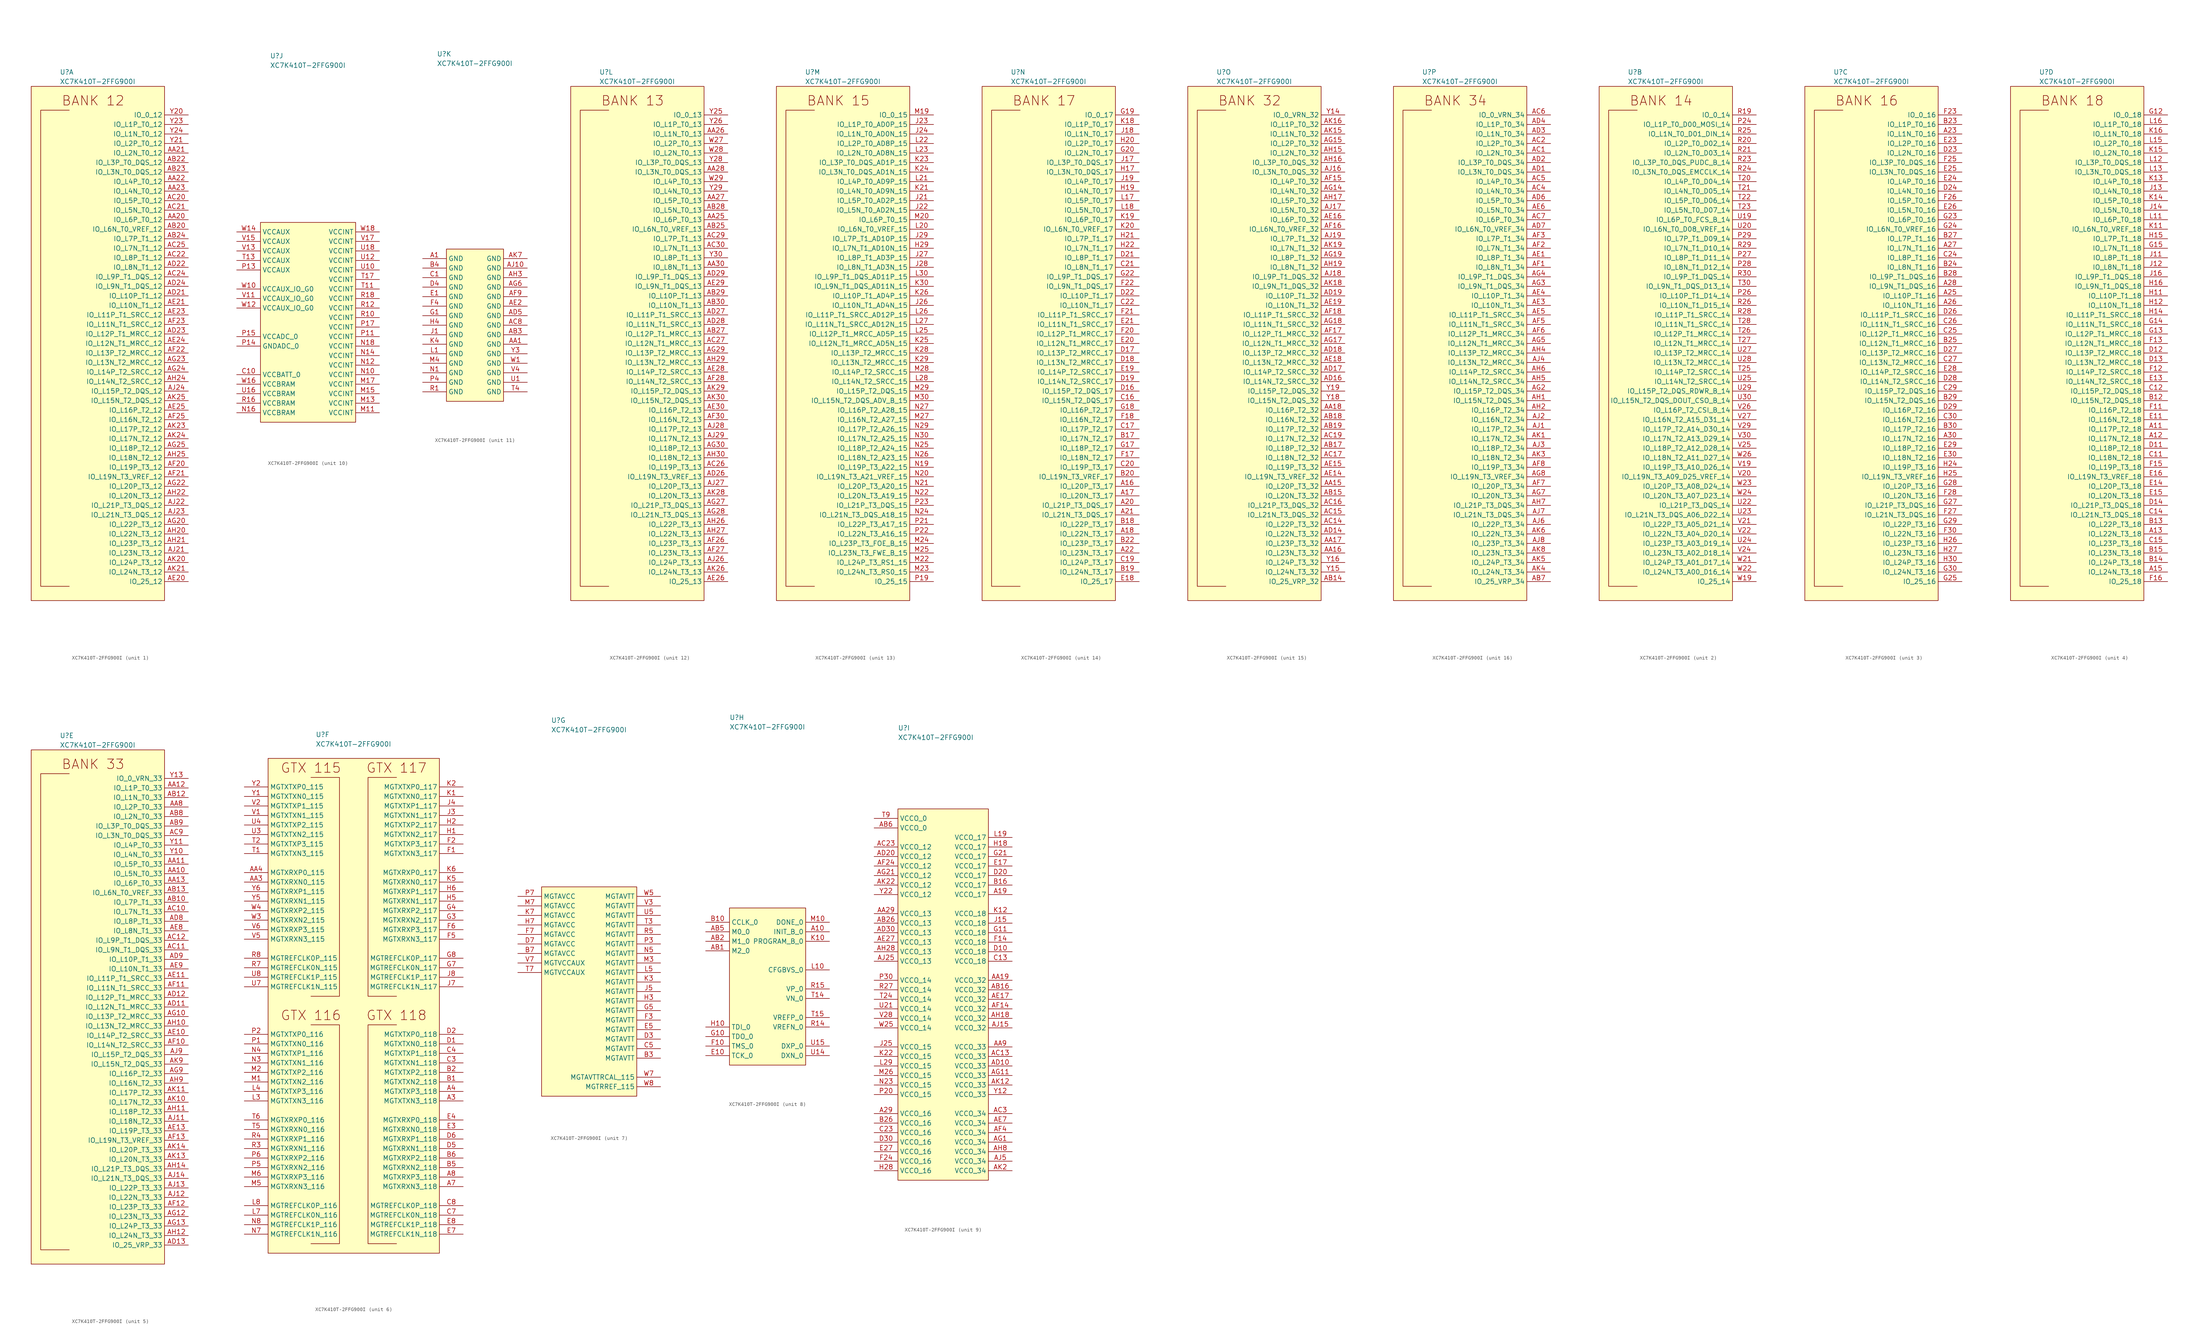
<source format=kicad_sym>
(kicad_symbol_lib
  (version 20211014)
  (generator kicad_symbol_editor)
  (symbol "XC7K410T-2FFG900I"
    (property "Reference" "U"
      (at -10.16 72.39 0)
      (effects (font (size 1.27 1.27)) (justify left)))
    (property "Value" "XC7K410T-2FFG900I"
      (at -10.16 69.85 0)
      (effects (font (size 1.27 1.27)) (justify left)))
    (property "ki_locked" ""
      (at 0 0 0)
      (effects (font (size 1.27 1.27))))
    (symbol "XC7K410T-2FFG900I_1_0"
      (text "BANK 12" (at -1.27 64.77 0) (effects (font (size 2.54 2.54)))))
    (symbol "XC7K410T-2FFG900I_1_1"
      (rectangle (start -17.78 -68.58) (end 17.78 68.58) (stroke (width 0.152) (type default) (color 0 0 0 0)) (fill (type background)))
      (polyline (pts (xy -7.62 62.23) (xy -15.24 62.23) (xy -15.24 -64.77) (xy -7.62 -64.77)) (stroke (width 0.152) (type default) (color 0 0 0 0)) (fill (type none)))
      (pin bidirectional line (at 24.13 33.02 180) (length 6.35) (name "IO_L6P_T0_12" (effects (font (size 1.27 1.27)))) (number "AA20" (effects (font (size 1.27 1.27)))))
      (pin bidirectional line (at 24.13 50.8 180) (length 6.35) (name "IO_L2N_T0_12" (effects (font (size 1.27 1.27)))) (number "AA21" (effects (font (size 1.27 1.27)))))
      (pin bidirectional line (at 24.13 43.18 180) (length 6.35) (name "IO_L4P_T0_12" (effects (font (size 1.27 1.27)))) (number "AA22" (effects (font (size 1.27 1.27)))))
      (pin bidirectional line (at 24.13 40.64 180) (length 6.35) (name "IO_L4N_T0_12" (effects (font (size 1.27 1.27)))) (number "AA23" (effects (font (size 1.27 1.27)))))
      (pin bidirectional line (at 24.13 30.48 180) (length 6.35) (name "IO_L6N_T0_VREF_12" (effects (font (size 1.27 1.27)))) (number "AB20" (effects (font (size 1.27 1.27)))))
      (pin bidirectional line (at 24.13 48.26 180) (length 6.35) (name "IO_L3P_T0_DQS_12" (effects (font (size 1.27 1.27)))) (number "AB22" (effects (font (size 1.27 1.27)))))
      (pin bidirectional line (at 24.13 45.72 180) (length 6.35) (name "IO_L3N_T0_DQS_12" (effects (font (size 1.27 1.27)))) (number "AB23" (effects (font (size 1.27 1.27)))))
      (pin bidirectional line (at 24.13 27.94 180) (length 6.35) (name "IO_L7P_T1_12" (effects (font (size 1.27 1.27)))) (number "AB24" (effects (font (size 1.27 1.27)))))
      (pin bidirectional line (at 24.13 38.1 180) (length 6.35) (name "IO_L5P_T0_12" (effects (font (size 1.27 1.27)))) (number "AC20" (effects (font (size 1.27 1.27)))))
      (pin bidirectional line (at 24.13 35.56 180) (length 6.35) (name "IO_L5N_T0_12" (effects (font (size 1.27 1.27)))) (number "AC21" (effects (font (size 1.27 1.27)))))
      (pin bidirectional line (at 24.13 22.86 180) (length 6.35) (name "IO_L8P_T1_12" (effects (font (size 1.27 1.27)))) (number "AC22" (effects (font (size 1.27 1.27)))))
      (pin bidirectional line (at 24.13 17.78 180) (length 6.35) (name "IO_L9P_T1_DQS_12" (effects (font (size 1.27 1.27)))) (number "AC24" (effects (font (size 1.27 1.27)))))
      (pin bidirectional line (at 24.13 25.4 180) (length 6.35) (name "IO_L7N_T1_12" (effects (font (size 1.27 1.27)))) (number "AC25" (effects (font (size 1.27 1.27)))))
      (pin bidirectional line (at 24.13 12.7 180) (length 6.35) (name "IO_L10P_T1_12" (effects (font (size 1.27 1.27)))) (number "AD21" (effects (font (size 1.27 1.27)))))
      (pin bidirectional line (at 24.13 20.32 180) (length 6.35) (name "IO_L8N_T1_12" (effects (font (size 1.27 1.27)))) (number "AD22" (effects (font (size 1.27 1.27)))))
      (pin bidirectional line (at 24.13 2.54 180) (length 6.35) (name "IO_L12P_T1_MRCC_12" (effects (font (size 1.27 1.27)))) (number "AD23" (effects (font (size 1.27 1.27)))))
      (pin bidirectional line (at 24.13 15.24 180) (length 6.35) (name "IO_L9N_T1_DQS_12" (effects (font (size 1.27 1.27)))) (number "AD24" (effects (font (size 1.27 1.27)))))
      (pin bidirectional line (at 24.13 -63.5 180) (length 6.35) (name "IO_25_12" (effects (font (size 1.27 1.27)))) (number "AE20" (effects (font (size 1.27 1.27)))))
      (pin bidirectional line (at 24.13 10.16 180) (length 6.35) (name "IO_L10N_T1_12" (effects (font (size 1.27 1.27)))) (number "AE21" (effects (font (size 1.27 1.27)))))
      (pin bidirectional line (at 24.13 7.62 180) (length 6.35) (name "IO_L11P_T1_SRCC_12" (effects (font (size 1.27 1.27)))) (number "AE23" (effects (font (size 1.27 1.27)))))
      (pin bidirectional line (at 24.13 0 180) (length 6.35) (name "IO_L12N_T1_MRCC_12" (effects (font (size 1.27 1.27)))) (number "AE24" (effects (font (size 1.27 1.27)))))
      (pin bidirectional line (at 24.13 -17.78 180) (length 6.35) (name "IO_L16P_T2_12" (effects (font (size 1.27 1.27)))) (number "AE25" (effects (font (size 1.27 1.27)))))
      (pin bidirectional line (at 24.13 -33.02 180) (length 6.35) (name "IO_L19P_T3_12" (effects (font (size 1.27 1.27)))) (number "AF20" (effects (font (size 1.27 1.27)))))
      (pin bidirectional line (at 24.13 -35.56 180) (length 6.35) (name "IO_L19N_T3_VREF_12" (effects (font (size 1.27 1.27)))) (number "AF21" (effects (font (size 1.27 1.27)))))
      (pin bidirectional line (at 24.13 -2.54 180) (length 6.35) (name "IO_L13P_T2_MRCC_12" (effects (font (size 1.27 1.27)))) (number "AF22" (effects (font (size 1.27 1.27)))))
      (pin bidirectional line (at 24.13 5.08 180) (length 6.35) (name "IO_L11N_T1_SRCC_12" (effects (font (size 1.27 1.27)))) (number "AF23" (effects (font (size 1.27 1.27)))))
      (pin bidirectional line (at 24.13 -20.32 180) (length 6.35) (name "IO_L16N_T2_12" (effects (font (size 1.27 1.27)))) (number "AF25" (effects (font (size 1.27 1.27)))))
      (pin bidirectional line (at 24.13 -48.26 180) (length 6.35) (name "IO_L22P_T3_12" (effects (font (size 1.27 1.27)))) (number "AG20" (effects (font (size 1.27 1.27)))))
      (pin bidirectional line (at 24.13 -38.1 180) (length 6.35) (name "IO_L20P_T3_12" (effects (font (size 1.27 1.27)))) (number "AG22" (effects (font (size 1.27 1.27)))))
      (pin bidirectional line (at 24.13 -5.08 180) (length 6.35) (name "IO_L13N_T2_MRCC_12" (effects (font (size 1.27 1.27)))) (number "AG23" (effects (font (size 1.27 1.27)))))
      (pin bidirectional line (at 24.13 -7.62 180) (length 6.35) (name "IO_L14P_T2_SRCC_12" (effects (font (size 1.27 1.27)))) (number "AG24" (effects (font (size 1.27 1.27)))))
      (pin bidirectional line (at 24.13 -27.94 180) (length 6.35) (name "IO_L18P_T2_12" (effects (font (size 1.27 1.27)))) (number "AG25" (effects (font (size 1.27 1.27)))))
      (pin bidirectional line (at 24.13 -50.8 180) (length 6.35) (name "IO_L22N_T3_12" (effects (font (size 1.27 1.27)))) (number "AH20" (effects (font (size 1.27 1.27)))))
      (pin bidirectional line (at 24.13 -53.34 180) (length 6.35) (name "IO_L23P_T3_12" (effects (font (size 1.27 1.27)))) (number "AH21" (effects (font (size 1.27 1.27)))))
      (pin bidirectional line (at 24.13 -40.64 180) (length 6.35) (name "IO_L20N_T3_12" (effects (font (size 1.27 1.27)))) (number "AH22" (effects (font (size 1.27 1.27)))))
      (pin bidirectional line (at 24.13 -10.16 180) (length 6.35) (name "IO_L14N_T2_SRCC_12" (effects (font (size 1.27 1.27)))) (number "AH24" (effects (font (size 1.27 1.27)))))
      (pin bidirectional line (at 24.13 -30.48 180) (length 6.35) (name "IO_L18N_T2_12" (effects (font (size 1.27 1.27)))) (number "AH25" (effects (font (size 1.27 1.27)))))
      (pin bidirectional line (at 24.13 -55.88 180) (length 6.35) (name "IO_L23N_T3_12" (effects (font (size 1.27 1.27)))) (number "AJ21" (effects (font (size 1.27 1.27)))))
      (pin bidirectional line (at 24.13 -43.18 180) (length 6.35) (name "IO_L21P_T3_DQS_12" (effects (font (size 1.27 1.27)))) (number "AJ22" (effects (font (size 1.27 1.27)))))
      (pin bidirectional line (at 24.13 -45.72 180) (length 6.35) (name "IO_L21N_T3_DQS_12" (effects (font (size 1.27 1.27)))) (number "AJ23" (effects (font (size 1.27 1.27)))))
      (pin bidirectional line (at 24.13 -12.7 180) (length 6.35) (name "IO_L15P_T2_DQS_12" (effects (font (size 1.27 1.27)))) (number "AJ24" (effects (font (size 1.27 1.27)))))
      (pin bidirectional line (at 24.13 -58.42 180) (length 6.35) (name "IO_L24P_T3_12" (effects (font (size 1.27 1.27)))) (number "AK20" (effects (font (size 1.27 1.27)))))
      (pin bidirectional line (at 24.13 -60.96 180) (length 6.35) (name "IO_L24N_T3_12" (effects (font (size 1.27 1.27)))) (number "AK21" (effects (font (size 1.27 1.27)))))
      (pin bidirectional line (at 24.13 -22.86 180) (length 6.35) (name "IO_L17P_T2_12" (effects (font (size 1.27 1.27)))) (number "AK23" (effects (font (size 1.27 1.27)))))
      (pin bidirectional line (at 24.13 -25.4 180) (length 6.35) (name "IO_L17N_T2_12" (effects (font (size 1.27 1.27)))) (number "AK24" (effects (font (size 1.27 1.27)))))
      (pin bidirectional line (at 24.13 -15.24 180) (length 6.35) (name "IO_L15N_T2_DQS_12" (effects (font (size 1.27 1.27)))) (number "AK25" (effects (font (size 1.27 1.27)))))
      (pin bidirectional line (at 24.13 60.96 180) (length 6.35) (name "IO_0_12" (effects (font (size 1.27 1.27)))) (number "Y20" (effects (font (size 1.27 1.27)))))
      (pin bidirectional line (at 24.13 53.34 180) (length 6.35) (name "IO_L2P_T0_12" (effects (font (size 1.27 1.27)))) (number "Y21" (effects (font (size 1.27 1.27)))))
      (pin bidirectional line (at 24.13 58.42 180) (length 6.35) (name "IO_L1P_T0_12" (effects (font (size 1.27 1.27)))) (number "Y23" (effects (font (size 1.27 1.27)))))
      (pin bidirectional line (at 24.13 55.88 180) (length 6.35) (name "IO_L1N_T0_12" (effects (font (size 1.27 1.27)))) (number "Y24" (effects (font (size 1.27 1.27))))))
    (symbol "XC7K410T-2FFG900I_2_0"
      (text "BANK 14" (at -1.27 64.77 0) (effects (font (size 2.54 2.54)))))
    (symbol "XC7K410T-2FFG900I_2_1"
      (rectangle (start -17.78 68.58) (end 17.78 -68.58) (stroke (width 0.152) (type default) (color 0 0 0 0)) (fill (type background)))
      (polyline (pts (xy -7.62 62.23) (xy -15.24 62.23) (xy -15.24 -64.77) (xy -7.62 -64.77)) (stroke (width 0.152) (type default) (color 0 0 0 0)) (fill (type none)))
      (pin bidirectional line (at 24.13 58.42 180) (length 6.35) (name "IO_L1P_T0_D00_MOSI_14" (effects (font (size 1.27 1.27)))) (number "P24" (effects (font (size 1.27 1.27)))))
      (pin bidirectional line (at 24.13 12.7 180) (length 6.35) (name "IO_L10P_T1_D14_14" (effects (font (size 1.27 1.27)))) (number "P26" (effects (font (size 1.27 1.27)))))
      (pin bidirectional line (at 24.13 22.86 180) (length 6.35) (name "IO_L8P_T1_D11_14" (effects (font (size 1.27 1.27)))) (number "P27" (effects (font (size 1.27 1.27)))))
      (pin bidirectional line (at 24.13 20.32 180) (length 6.35) (name "IO_L8N_T1_D12_14" (effects (font (size 1.27 1.27)))) (number "P28" (effects (font (size 1.27 1.27)))))
      (pin bidirectional line (at 24.13 27.94 180) (length 6.35) (name "IO_L7P_T1_D09_14" (effects (font (size 1.27 1.27)))) (number "P29" (effects (font (size 1.27 1.27)))))
      (pin bidirectional line (at 24.13 60.96 180) (length 6.35) (name "IO_0_14" (effects (font (size 1.27 1.27)))) (number "R19" (effects (font (size 1.27 1.27)))))
      (pin bidirectional line (at 24.13 53.34 180) (length 6.35) (name "IO_L2P_T0_D02_14" (effects (font (size 1.27 1.27)))) (number "R20" (effects (font (size 1.27 1.27)))))
      (pin bidirectional line (at 24.13 50.8 180) (length 6.35) (name "IO_L2N_T0_D03_14" (effects (font (size 1.27 1.27)))) (number "R21" (effects (font (size 1.27 1.27)))))
      (pin bidirectional line (at 24.13 48.26 180) (length 6.35) (name "IO_L3P_T0_DQS_PUDC_B_14" (effects (font (size 1.27 1.27)))) (number "R23" (effects (font (size 1.27 1.27)))))
      (pin bidirectional line (at 24.13 45.72 180) (length 6.35) (name "IO_L3N_T0_DQS_EMCCLK_14" (effects (font (size 1.27 1.27)))) (number "R24" (effects (font (size 1.27 1.27)))))
      (pin bidirectional line (at 24.13 55.88 180) (length 6.35) (name "IO_L1N_T0_D01_DIN_14" (effects (font (size 1.27 1.27)))) (number "R25" (effects (font (size 1.27 1.27)))))
      (pin bidirectional line (at 24.13 10.16 180) (length 6.35) (name "IO_L10N_T1_D15_14" (effects (font (size 1.27 1.27)))) (number "R26" (effects (font (size 1.27 1.27)))))
      (pin bidirectional line (at 24.13 7.62 180) (length 6.35) (name "IO_L11P_T1_SRCC_14" (effects (font (size 1.27 1.27)))) (number "R28" (effects (font (size 1.27 1.27)))))
      (pin bidirectional line (at 24.13 25.4 180) (length 6.35) (name "IO_L7N_T1_D10_14" (effects (font (size 1.27 1.27)))) (number "R29" (effects (font (size 1.27 1.27)))))
      (pin bidirectional line (at 24.13 17.78 180) (length 6.35) (name "IO_L9P_T1_DQS_14" (effects (font (size 1.27 1.27)))) (number "R30" (effects (font (size 1.27 1.27)))))
      (pin bidirectional line (at 24.13 43.18 180) (length 6.35) (name "IO_L4P_T0_D04_14" (effects (font (size 1.27 1.27)))) (number "T20" (effects (font (size 1.27 1.27)))))
      (pin bidirectional line (at 24.13 40.64 180) (length 6.35) (name "IO_L4N_T0_D05_14" (effects (font (size 1.27 1.27)))) (number "T21" (effects (font (size 1.27 1.27)))))
      (pin bidirectional line (at 24.13 38.1 180) (length 6.35) (name "IO_L5P_T0_D06_14" (effects (font (size 1.27 1.27)))) (number "T22" (effects (font (size 1.27 1.27)))))
      (pin bidirectional line (at 24.13 35.56 180) (length 6.35) (name "IO_L5N_T0_D07_14" (effects (font (size 1.27 1.27)))) (number "T23" (effects (font (size 1.27 1.27)))))
      (pin bidirectional line (at 24.13 -7.62 180) (length 6.35) (name "IO_L14P_T2_SRCC_14" (effects (font (size 1.27 1.27)))) (number "T25" (effects (font (size 1.27 1.27)))))
      (pin bidirectional line (at 24.13 2.54 180) (length 6.35) (name "IO_L12P_T1_MRCC_14" (effects (font (size 1.27 1.27)))) (number "T26" (effects (font (size 1.27 1.27)))))
      (pin bidirectional line (at 24.13 0 180) (length 6.35) (name "IO_L12N_T1_MRCC_14" (effects (font (size 1.27 1.27)))) (number "T27" (effects (font (size 1.27 1.27)))))
      (pin bidirectional line (at 24.13 5.08 180) (length 6.35) (name "IO_L11N_T1_SRCC_14" (effects (font (size 1.27 1.27)))) (number "T28" (effects (font (size 1.27 1.27)))))
      (pin bidirectional line (at 24.13 15.24 180) (length 6.35) (name "IO_L9N_T1_DQS_D13_14" (effects (font (size 1.27 1.27)))) (number "T30" (effects (font (size 1.27 1.27)))))
      (pin bidirectional line (at 24.13 33.02 180) (length 6.35) (name "IO_L6P_T0_FCS_B_14" (effects (font (size 1.27 1.27)))) (number "U19" (effects (font (size 1.27 1.27)))))
      (pin bidirectional line (at 24.13 30.48 180) (length 6.35) (name "IO_L6N_T0_D08_VREF_14" (effects (font (size 1.27 1.27)))) (number "U20" (effects (font (size 1.27 1.27)))))
      (pin bidirectional line (at 24.13 -43.18 180) (length 6.35) (name "IO_L21P_T3_DQS_14" (effects (font (size 1.27 1.27)))) (number "U22" (effects (font (size 1.27 1.27)))))
      (pin bidirectional line (at 24.13 -45.72 180) (length 6.35) (name "IO_L21N_T3_DQS_A06_D22_14" (effects (font (size 1.27 1.27)))) (number "U23" (effects (font (size 1.27 1.27)))))
      (pin bidirectional line (at 24.13 -53.34 180) (length 6.35) (name "IO_L23P_T3_A03_D19_14" (effects (font (size 1.27 1.27)))) (number "U24" (effects (font (size 1.27 1.27)))))
      (pin bidirectional line (at 24.13 -10.16 180) (length 6.35) (name "IO_L14N_T2_SRCC_14" (effects (font (size 1.27 1.27)))) (number "U25" (effects (font (size 1.27 1.27)))))
      (pin bidirectional line (at 24.13 -2.54 180) (length 6.35) (name "IO_L13P_T2_MRCC_14" (effects (font (size 1.27 1.27)))) (number "U27" (effects (font (size 1.27 1.27)))))
      (pin bidirectional line (at 24.13 -5.08 180) (length 6.35) (name "IO_L13N_T2_MRCC_14" (effects (font (size 1.27 1.27)))) (number "U28" (effects (font (size 1.27 1.27)))))
      (pin bidirectional line (at 24.13 -12.7 180) (length 6.35) (name "IO_L15P_T2_DQS_RDWR_B_14" (effects (font (size 1.27 1.27)))) (number "U29" (effects (font (size 1.27 1.27)))))
      (pin bidirectional line (at 24.13 -15.24 180) (length 6.35) (name "IO_L15N_T2_DQS_DOUT_CSO_B_14" (effects (font (size 1.27 1.27)))) (number "U30" (effects (font (size 1.27 1.27)))))
      (pin bidirectional line (at 24.13 -33.02 180) (length 6.35) (name "IO_L19P_T3_A10_D26_14" (effects (font (size 1.27 1.27)))) (number "V19" (effects (font (size 1.27 1.27)))))
      (pin bidirectional line (at 24.13 -35.56 180) (length 6.35) (name "IO_L19N_T3_A09_D25_VREF_14" (effects (font (size 1.27 1.27)))) (number "V20" (effects (font (size 1.27 1.27)))))
      (pin bidirectional line (at 24.13 -48.26 180) (length 6.35) (name "IO_L22P_T3_A05_D21_14" (effects (font (size 1.27 1.27)))) (number "V21" (effects (font (size 1.27 1.27)))))
      (pin bidirectional line (at 24.13 -50.8 180) (length 6.35) (name "IO_L22N_T3_A04_D20_14" (effects (font (size 1.27 1.27)))) (number "V22" (effects (font (size 1.27 1.27)))))
      (pin bidirectional line (at 24.13 -55.88 180) (length 6.35) (name "IO_L23N_T3_A02_D18_14" (effects (font (size 1.27 1.27)))) (number "V24" (effects (font (size 1.27 1.27)))))
      (pin bidirectional line (at 24.13 -27.94 180) (length 6.35) (name "IO_L18P_T2_A12_D28_14" (effects (font (size 1.27 1.27)))) (number "V25" (effects (font (size 1.27 1.27)))))
      (pin bidirectional line (at 24.13 -17.78 180) (length 6.35) (name "IO_L16P_T2_CSI_B_14" (effects (font (size 1.27 1.27)))) (number "V26" (effects (font (size 1.27 1.27)))))
      (pin bidirectional line (at 24.13 -20.32 180) (length 6.35) (name "IO_L16N_T2_A15_D31_14" (effects (font (size 1.27 1.27)))) (number "V27" (effects (font (size 1.27 1.27)))))
      (pin bidirectional line (at 24.13 -22.86 180) (length 6.35) (name "IO_L17P_T2_A14_D30_14" (effects (font (size 1.27 1.27)))) (number "V29" (effects (font (size 1.27 1.27)))))
      (pin bidirectional line (at 24.13 -25.4 180) (length 6.35) (name "IO_L17N_T2_A13_D29_14" (effects (font (size 1.27 1.27)))) (number "V30" (effects (font (size 1.27 1.27)))))
      (pin bidirectional line (at 24.13 -63.5 180) (length 6.35) (name "IO_25_14" (effects (font (size 1.27 1.27)))) (number "W19" (effects (font (size 1.27 1.27)))))
      (pin bidirectional line (at 24.13 -58.42 180) (length 6.35) (name "IO_L24P_T3_A01_D17_14" (effects (font (size 1.27 1.27)))) (number "W21" (effects (font (size 1.27 1.27)))))
      (pin bidirectional line (at 24.13 -60.96 180) (length 6.35) (name "IO_L24N_T3_A00_D16_14" (effects (font (size 1.27 1.27)))) (number "W22" (effects (font (size 1.27 1.27)))))
      (pin bidirectional line (at 24.13 -38.1 180) (length 6.35) (name "IO_L20P_T3_A08_D24_14" (effects (font (size 1.27 1.27)))) (number "W23" (effects (font (size 1.27 1.27)))))
      (pin bidirectional line (at 24.13 -40.64 180) (length 6.35) (name "IO_L20N_T3_A07_D23_14" (effects (font (size 1.27 1.27)))) (number "W24" (effects (font (size 1.27 1.27)))))
      (pin bidirectional line (at 24.13 -30.48 180) (length 6.35) (name "IO_L18N_T2_A11_D27_14" (effects (font (size 1.27 1.27)))) (number "W26" (effects (font (size 1.27 1.27))))))
    (symbol "XC7K410T-2FFG900I_3_0"
      (text "BANK 16" (at -1.27 64.77 0) (effects (font (size 2.54 2.54)))))
    (symbol "XC7K410T-2FFG900I_3_1"
      (rectangle (start -17.78 -68.58) (end 17.78 68.58) (stroke (width 0.152) (type default) (color 0 0 0 0)) (fill (type background)))
      (polyline (pts (xy -7.62 62.23) (xy -15.24 62.23) (xy -15.24 -64.77) (xy -7.62 -64.77)) (stroke (width 0.152) (type default) (color 0 0 0 0)) (fill (type none)))
      (pin bidirectional line (at 24.13 55.88 180) (length 6.35) (name "IO_L1N_T0_16" (effects (font (size 1.27 1.27)))) (number "A23" (effects (font (size 1.27 1.27)))))
      (pin bidirectional line (at 24.13 12.7 180) (length 6.35) (name "IO_L10P_T1_16" (effects (font (size 1.27 1.27)))) (number "A25" (effects (font (size 1.27 1.27)))))
      (pin bidirectional line (at 24.13 10.16 180) (length 6.35) (name "IO_L10N_T1_16" (effects (font (size 1.27 1.27)))) (number "A26" (effects (font (size 1.27 1.27)))))
      (pin bidirectional line (at 24.13 25.4 180) (length 6.35) (name "IO_L7N_T1_16" (effects (font (size 1.27 1.27)))) (number "A27" (effects (font (size 1.27 1.27)))))
      (pin bidirectional line (at 24.13 15.24 180) (length 6.35) (name "IO_L9N_T1_DQS_16" (effects (font (size 1.27 1.27)))) (number "A28" (effects (font (size 1.27 1.27)))))
      (pin bidirectional line (at 24.13 -25.4 180) (length 6.35) (name "IO_L17N_T2_16" (effects (font (size 1.27 1.27)))) (number "A30" (effects (font (size 1.27 1.27)))))
      (pin bidirectional line (at 24.13 58.42 180) (length 6.35) (name "IO_L1P_T0_16" (effects (font (size 1.27 1.27)))) (number "B23" (effects (font (size 1.27 1.27)))))
      (pin bidirectional line (at 24.13 20.32 180) (length 6.35) (name "IO_L8N_T1_16" (effects (font (size 1.27 1.27)))) (number "B24" (effects (font (size 1.27 1.27)))))
      (pin bidirectional line (at 24.13 0 180) (length 6.35) (name "IO_L12N_T1_MRCC_16" (effects (font (size 1.27 1.27)))) (number "B25" (effects (font (size 1.27 1.27)))))
      (pin bidirectional line (at 24.13 27.94 180) (length 6.35) (name "IO_L7P_T1_16" (effects (font (size 1.27 1.27)))) (number "B27" (effects (font (size 1.27 1.27)))))
      (pin bidirectional line (at 24.13 17.78 180) (length 6.35) (name "IO_L9P_T1_DQS_16" (effects (font (size 1.27 1.27)))) (number "B28" (effects (font (size 1.27 1.27)))))
      (pin bidirectional line (at 24.13 -15.24 180) (length 6.35) (name "IO_L15N_T2_DQS_16" (effects (font (size 1.27 1.27)))) (number "B29" (effects (font (size 1.27 1.27)))))
      (pin bidirectional line (at 24.13 -22.86 180) (length 6.35) (name "IO_L17P_T2_16" (effects (font (size 1.27 1.27)))) (number "B30" (effects (font (size 1.27 1.27)))))
      (pin bidirectional line (at 24.13 22.86 180) (length 6.35) (name "IO_L8P_T1_16" (effects (font (size 1.27 1.27)))) (number "C24" (effects (font (size 1.27 1.27)))))
      (pin bidirectional line (at 24.13 2.54 180) (length 6.35) (name "IO_L12P_T1_MRCC_16" (effects (font (size 1.27 1.27)))) (number "C25" (effects (font (size 1.27 1.27)))))
      (pin bidirectional line (at 24.13 5.08 180) (length 6.35) (name "IO_L11N_T1_SRCC_16" (effects (font (size 1.27 1.27)))) (number "C26" (effects (font (size 1.27 1.27)))))
      (pin bidirectional line (at 24.13 -5.08 180) (length 6.35) (name "IO_L13N_T2_MRCC_16" (effects (font (size 1.27 1.27)))) (number "C27" (effects (font (size 1.27 1.27)))))
      (pin bidirectional line (at 24.13 -12.7 180) (length 6.35) (name "IO_L15P_T2_DQS_16" (effects (font (size 1.27 1.27)))) (number "C29" (effects (font (size 1.27 1.27)))))
      (pin bidirectional line (at 24.13 -20.32 180) (length 6.35) (name "IO_L16N_T2_16" (effects (font (size 1.27 1.27)))) (number "C30" (effects (font (size 1.27 1.27)))))
      (pin bidirectional line (at 24.13 50.8 180) (length 6.35) (name "IO_L2N_T0_16" (effects (font (size 1.27 1.27)))) (number "D23" (effects (font (size 1.27 1.27)))))
      (pin bidirectional line (at 24.13 40.64 180) (length 6.35) (name "IO_L4N_T0_16" (effects (font (size 1.27 1.27)))) (number "D24" (effects (font (size 1.27 1.27)))))
      (pin bidirectional line (at 24.13 7.62 180) (length 6.35) (name "IO_L11P_T1_SRCC_16" (effects (font (size 1.27 1.27)))) (number "D26" (effects (font (size 1.27 1.27)))))
      (pin bidirectional line (at 24.13 -2.54 180) (length 6.35) (name "IO_L13P_T2_MRCC_16" (effects (font (size 1.27 1.27)))) (number "D27" (effects (font (size 1.27 1.27)))))
      (pin bidirectional line (at 24.13 -10.16 180) (length 6.35) (name "IO_L14N_T2_SRCC_16" (effects (font (size 1.27 1.27)))) (number "D28" (effects (font (size 1.27 1.27)))))
      (pin bidirectional line (at 24.13 -17.78 180) (length 6.35) (name "IO_L16P_T2_16" (effects (font (size 1.27 1.27)))) (number "D29" (effects (font (size 1.27 1.27)))))
      (pin bidirectional line (at 24.13 53.34 180) (length 6.35) (name "IO_L2P_T0_16" (effects (font (size 1.27 1.27)))) (number "E23" (effects (font (size 1.27 1.27)))))
      (pin bidirectional line (at 24.13 43.18 180) (length 6.35) (name "IO_L4P_T0_16" (effects (font (size 1.27 1.27)))) (number "E24" (effects (font (size 1.27 1.27)))))
      (pin bidirectional line (at 24.13 45.72 180) (length 6.35) (name "IO_L3N_T0_DQS_16" (effects (font (size 1.27 1.27)))) (number "E25" (effects (font (size 1.27 1.27)))))
      (pin bidirectional line (at 24.13 35.56 180) (length 6.35) (name "IO_L5N_T0_16" (effects (font (size 1.27 1.27)))) (number "E26" (effects (font (size 1.27 1.27)))))
      (pin bidirectional line (at 24.13 -7.62 180) (length 6.35) (name "IO_L14P_T2_SRCC_16" (effects (font (size 1.27 1.27)))) (number "E28" (effects (font (size 1.27 1.27)))))
      (pin bidirectional line (at 24.13 -27.94 180) (length 6.35) (name "IO_L18P_T2_16" (effects (font (size 1.27 1.27)))) (number "E29" (effects (font (size 1.27 1.27)))))
      (pin bidirectional line (at 24.13 -30.48 180) (length 6.35) (name "IO_L18N_T2_16" (effects (font (size 1.27 1.27)))) (number "E30" (effects (font (size 1.27 1.27)))))
      (pin bidirectional line (at 24.13 60.96 180) (length 6.35) (name "IO_0_16" (effects (font (size 1.27 1.27)))) (number "F23" (effects (font (size 1.27 1.27)))))
      (pin bidirectional line (at 24.13 48.26 180) (length 6.35) (name "IO_L3P_T0_DQS_16" (effects (font (size 1.27 1.27)))) (number "F25" (effects (font (size 1.27 1.27)))))
      (pin bidirectional line (at 24.13 38.1 180) (length 6.35) (name "IO_L5P_T0_16" (effects (font (size 1.27 1.27)))) (number "F26" (effects (font (size 1.27 1.27)))))
      (pin bidirectional line (at 24.13 -45.72 180) (length 6.35) (name "IO_L21N_T3_DQS_16" (effects (font (size 1.27 1.27)))) (number "F27" (effects (font (size 1.27 1.27)))))
      (pin bidirectional line (at 24.13 -40.64 180) (length 6.35) (name "IO_L20N_T3_16" (effects (font (size 1.27 1.27)))) (number "F28" (effects (font (size 1.27 1.27)))))
      (pin bidirectional line (at 24.13 -50.8 180) (length 6.35) (name "IO_L22N_T3_16" (effects (font (size 1.27 1.27)))) (number "F30" (effects (font (size 1.27 1.27)))))
      (pin bidirectional line (at 24.13 33.02 180) (length 6.35) (name "IO_L6P_T0_16" (effects (font (size 1.27 1.27)))) (number "G23" (effects (font (size 1.27 1.27)))))
      (pin bidirectional line (at 24.13 30.48 180) (length 6.35) (name "IO_L6N_T0_VREF_16" (effects (font (size 1.27 1.27)))) (number "G24" (effects (font (size 1.27 1.27)))))
      (pin bidirectional line (at 24.13 -63.5 180) (length 6.35) (name "IO_25_16" (effects (font (size 1.27 1.27)))) (number "G25" (effects (font (size 1.27 1.27)))))
      (pin bidirectional line (at 24.13 -43.18 180) (length 6.35) (name "IO_L21P_T3_DQS_16" (effects (font (size 1.27 1.27)))) (number "G27" (effects (font (size 1.27 1.27)))))
      (pin bidirectional line (at 24.13 -38.1 180) (length 6.35) (name "IO_L20P_T3_16" (effects (font (size 1.27 1.27)))) (number "G28" (effects (font (size 1.27 1.27)))))
      (pin bidirectional line (at 24.13 -48.26 180) (length 6.35) (name "IO_L22P_T3_16" (effects (font (size 1.27 1.27)))) (number "G29" (effects (font (size 1.27 1.27)))))
      (pin bidirectional line (at 24.13 -60.96 180) (length 6.35) (name "IO_L24N_T3_16" (effects (font (size 1.27 1.27)))) (number "G30" (effects (font (size 1.27 1.27)))))
      (pin bidirectional line (at 24.13 -33.02 180) (length 6.35) (name "IO_L19P_T3_16" (effects (font (size 1.27 1.27)))) (number "H24" (effects (font (size 1.27 1.27)))))
      (pin bidirectional line (at 24.13 -35.56 180) (length 6.35) (name "IO_L19N_T3_VREF_16" (effects (font (size 1.27 1.27)))) (number "H25" (effects (font (size 1.27 1.27)))))
      (pin bidirectional line (at 24.13 -53.34 180) (length 6.35) (name "IO_L23P_T3_16" (effects (font (size 1.27 1.27)))) (number "H26" (effects (font (size 1.27 1.27)))))
      (pin bidirectional line (at 24.13 -55.88 180) (length 6.35) (name "IO_L23N_T3_16" (effects (font (size 1.27 1.27)))) (number "H27" (effects (font (size 1.27 1.27)))))
      (pin bidirectional line (at 24.13 -58.42 180) (length 6.35) (name "IO_L24P_T3_16" (effects (font (size 1.27 1.27)))) (number "H30" (effects (font (size 1.27 1.27))))))
    (symbol "XC7K410T-2FFG900I_4_0"
      (text "BANK 18" (at -1.27 64.77 0) (effects (font (size 2.54 2.54)))))
    (symbol "XC7K410T-2FFG900I_4_1"
      (rectangle (start -17.78 -68.58) (end 17.78 68.58) (stroke (width 0.152) (type default) (color 0 0 0 0)) (fill (type background)))
      (polyline (pts (xy -7.62 62.23) (xy -15.24 62.23) (xy -15.24 -64.77) (xy -7.62 -64.77)) (stroke (width 0.152) (type default) (color 0 0 0 0)) (fill (type none)))
      (pin bidirectional line (at 24.13 -22.86 180) (length 6.35) (name "IO_L17P_T2_18" (effects (font (size 1.27 1.27)))) (number "A11" (effects (font (size 1.27 1.27)))))
      (pin bidirectional line (at 24.13 -25.4 180) (length 6.35) (name "IO_L17N_T2_18" (effects (font (size 1.27 1.27)))) (number "A12" (effects (font (size 1.27 1.27)))))
      (pin bidirectional line (at 24.13 -50.8 180) (length 6.35) (name "IO_L22N_T3_18" (effects (font (size 1.27 1.27)))) (number "A13" (effects (font (size 1.27 1.27)))))
      (pin bidirectional line (at 24.13 -60.96 180) (length 6.35) (name "IO_L24N_T3_18" (effects (font (size 1.27 1.27)))) (number "A15" (effects (font (size 1.27 1.27)))))
      (pin bidirectional line (at 24.13 -15.24 180) (length 6.35) (name "IO_L15N_T2_DQS_18" (effects (font (size 1.27 1.27)))) (number "B12" (effects (font (size 1.27 1.27)))))
      (pin bidirectional line (at 24.13 -48.26 180) (length 6.35) (name "IO_L22P_T3_18" (effects (font (size 1.27 1.27)))) (number "B13" (effects (font (size 1.27 1.27)))))
      (pin bidirectional line (at 24.13 -58.42 180) (length 6.35) (name "IO_L24P_T3_18" (effects (font (size 1.27 1.27)))) (number "B14" (effects (font (size 1.27 1.27)))))
      (pin bidirectional line (at 24.13 -55.88 180) (length 6.35) (name "IO_L23N_T3_18" (effects (font (size 1.27 1.27)))) (number "B15" (effects (font (size 1.27 1.27)))))
      (pin bidirectional line (at 24.13 -30.48 180) (length 6.35) (name "IO_L18N_T2_18" (effects (font (size 1.27 1.27)))) (number "C11" (effects (font (size 1.27 1.27)))))
      (pin bidirectional line (at 24.13 -12.7 180) (length 6.35) (name "IO_L15P_T2_DQS_18" (effects (font (size 1.27 1.27)))) (number "C12" (effects (font (size 1.27 1.27)))))
      (pin bidirectional line (at 24.13 -45.72 180) (length 6.35) (name "IO_L21N_T3_DQS_18" (effects (font (size 1.27 1.27)))) (number "C14" (effects (font (size 1.27 1.27)))))
      (pin bidirectional line (at 24.13 -53.34 180) (length 6.35) (name "IO_L23P_T3_18" (effects (font (size 1.27 1.27)))) (number "C15" (effects (font (size 1.27 1.27)))))
      (pin bidirectional line (at 24.13 -27.94 180) (length 6.35) (name "IO_L18P_T2_18" (effects (font (size 1.27 1.27)))) (number "D11" (effects (font (size 1.27 1.27)))))
      (pin bidirectional line (at 24.13 -2.54 180) (length 6.35) (name "IO_L13P_T2_MRCC_18" (effects (font (size 1.27 1.27)))) (number "D12" (effects (font (size 1.27 1.27)))))
      (pin bidirectional line (at 24.13 -5.08 180) (length 6.35) (name "IO_L13N_T2_MRCC_18" (effects (font (size 1.27 1.27)))) (number "D13" (effects (font (size 1.27 1.27)))))
      (pin bidirectional line (at 24.13 -43.18 180) (length 6.35) (name "IO_L21P_T3_DQS_18" (effects (font (size 1.27 1.27)))) (number "D14" (effects (font (size 1.27 1.27)))))
      (pin bidirectional line (at 24.13 -20.32 180) (length 6.35) (name "IO_L16N_T2_18" (effects (font (size 1.27 1.27)))) (number "E11" (effects (font (size 1.27 1.27)))))
      (pin bidirectional line (at 24.13 -10.16 180) (length 6.35) (name "IO_L14N_T2_SRCC_18" (effects (font (size 1.27 1.27)))) (number "E13" (effects (font (size 1.27 1.27)))))
      (pin bidirectional line (at 24.13 -38.1 180) (length 6.35) (name "IO_L20P_T3_18" (effects (font (size 1.27 1.27)))) (number "E14" (effects (font (size 1.27 1.27)))))
      (pin bidirectional line (at 24.13 -40.64 180) (length 6.35) (name "IO_L20N_T3_18" (effects (font (size 1.27 1.27)))) (number "E15" (effects (font (size 1.27 1.27)))))
      (pin bidirectional line (at 24.13 -35.56 180) (length 6.35) (name "IO_L19N_T3_VREF_18" (effects (font (size 1.27 1.27)))) (number "E16" (effects (font (size 1.27 1.27)))))
      (pin bidirectional line (at 24.13 -17.78 180) (length 6.35) (name "IO_L16P_T2_18" (effects (font (size 1.27 1.27)))) (number "F11" (effects (font (size 1.27 1.27)))))
      (pin bidirectional line (at 24.13 -7.62 180) (length 6.35) (name "IO_L14P_T2_SRCC_18" (effects (font (size 1.27 1.27)))) (number "F12" (effects (font (size 1.27 1.27)))))
      (pin bidirectional line (at 24.13 0 180) (length 6.35) (name "IO_L12N_T1_MRCC_18" (effects (font (size 1.27 1.27)))) (number "F13" (effects (font (size 1.27 1.27)))))
      (pin bidirectional line (at 24.13 -33.02 180) (length 6.35) (name "IO_L19P_T3_18" (effects (font (size 1.27 1.27)))) (number "F15" (effects (font (size 1.27 1.27)))))
      (pin bidirectional line (at 24.13 -63.5 180) (length 6.35) (name "IO_25_18" (effects (font (size 1.27 1.27)))) (number "F16" (effects (font (size 1.27 1.27)))))
      (pin bidirectional line (at 24.13 60.96 180) (length 6.35) (name "IO_0_18" (effects (font (size 1.27 1.27)))) (number "G12" (effects (font (size 1.27 1.27)))))
      (pin bidirectional line (at 24.13 2.54 180) (length 6.35) (name "IO_L12P_T1_MRCC_18" (effects (font (size 1.27 1.27)))) (number "G13" (effects (font (size 1.27 1.27)))))
      (pin bidirectional line (at 24.13 5.08 180) (length 6.35) (name "IO_L11N_T1_SRCC_18" (effects (font (size 1.27 1.27)))) (number "G14" (effects (font (size 1.27 1.27)))))
      (pin bidirectional line (at 24.13 25.4 180) (length 6.35) (name "IO_L7N_T1_18" (effects (font (size 1.27 1.27)))) (number "G15" (effects (font (size 1.27 1.27)))))
      (pin bidirectional line (at 24.13 12.7 180) (length 6.35) (name "IO_L10P_T1_18" (effects (font (size 1.27 1.27)))) (number "H11" (effects (font (size 1.27 1.27)))))
      (pin bidirectional line (at 24.13 10.16 180) (length 6.35) (name "IO_L10N_T1_18" (effects (font (size 1.27 1.27)))) (number "H12" (effects (font (size 1.27 1.27)))))
      (pin bidirectional line (at 24.13 7.62 180) (length 6.35) (name "IO_L11P_T1_SRCC_18" (effects (font (size 1.27 1.27)))) (number "H14" (effects (font (size 1.27 1.27)))))
      (pin bidirectional line (at 24.13 27.94 180) (length 6.35) (name "IO_L7P_T1_18" (effects (font (size 1.27 1.27)))) (number "H15" (effects (font (size 1.27 1.27)))))
      (pin bidirectional line (at 24.13 15.24 180) (length 6.35) (name "IO_L9N_T1_DQS_18" (effects (font (size 1.27 1.27)))) (number "H16" (effects (font (size 1.27 1.27)))))
      (pin bidirectional line (at 24.13 22.86 180) (length 6.35) (name "IO_L8P_T1_18" (effects (font (size 1.27 1.27)))) (number "J11" (effects (font (size 1.27 1.27)))))
      (pin bidirectional line (at 24.13 20.32 180) (length 6.35) (name "IO_L8N_T1_18" (effects (font (size 1.27 1.27)))) (number "J12" (effects (font (size 1.27 1.27)))))
      (pin bidirectional line (at 24.13 40.64 180) (length 6.35) (name "IO_L4N_T0_18" (effects (font (size 1.27 1.27)))) (number "J13" (effects (font (size 1.27 1.27)))))
      (pin bidirectional line (at 24.13 35.56 180) (length 6.35) (name "IO_L5N_T0_18" (effects (font (size 1.27 1.27)))) (number "J14" (effects (font (size 1.27 1.27)))))
      (pin bidirectional line (at 24.13 17.78 180) (length 6.35) (name "IO_L9P_T1_DQS_18" (effects (font (size 1.27 1.27)))) (number "J16" (effects (font (size 1.27 1.27)))))
      (pin bidirectional line (at 24.13 30.48 180) (length 6.35) (name "IO_L6N_T0_VREF_18" (effects (font (size 1.27 1.27)))) (number "K11" (effects (font (size 1.27 1.27)))))
      (pin bidirectional line (at 24.13 43.18 180) (length 6.35) (name "IO_L4P_T0_18" (effects (font (size 1.27 1.27)))) (number "K13" (effects (font (size 1.27 1.27)))))
      (pin bidirectional line (at 24.13 38.1 180) (length 6.35) (name "IO_L5P_T0_18" (effects (font (size 1.27 1.27)))) (number "K14" (effects (font (size 1.27 1.27)))))
      (pin bidirectional line (at 24.13 50.8 180) (length 6.35) (name "IO_L2N_T0_18" (effects (font (size 1.27 1.27)))) (number "K15" (effects (font (size 1.27 1.27)))))
      (pin bidirectional line (at 24.13 55.88 180) (length 6.35) (name "IO_L1N_T0_18" (effects (font (size 1.27 1.27)))) (number "K16" (effects (font (size 1.27 1.27)))))
      (pin bidirectional line (at 24.13 33.02 180) (length 6.35) (name "IO_L6P_T0_18" (effects (font (size 1.27 1.27)))) (number "L11" (effects (font (size 1.27 1.27)))))
      (pin bidirectional line (at 24.13 48.26 180) (length 6.35) (name "IO_L3P_T0_DQS_18" (effects (font (size 1.27 1.27)))) (number "L12" (effects (font (size 1.27 1.27)))))
      (pin bidirectional line (at 24.13 45.72 180) (length 6.35) (name "IO_L3N_T0_DQS_18" (effects (font (size 1.27 1.27)))) (number "L13" (effects (font (size 1.27 1.27)))))
      (pin bidirectional line (at 24.13 53.34 180) (length 6.35) (name "IO_L2P_T0_18" (effects (font (size 1.27 1.27)))) (number "L15" (effects (font (size 1.27 1.27)))))
      (pin bidirectional line (at 24.13 58.42 180) (length 6.35) (name "IO_L1P_T0_18" (effects (font (size 1.27 1.27)))) (number "L16" (effects (font (size 1.27 1.27))))))
    (symbol "XC7K410T-2FFG900I_5_0"
      (text "BANK 33" (at -1.27 64.77 0) (effects (font (size 2.54 2.54)))))
    (symbol "XC7K410T-2FFG900I_5_1"
      (rectangle (start -17.78 -68.58) (end 17.78 68.58) (stroke (width 0.152) (type default) (color 0 0 0 0)) (fill (type background)))
      (polyline (pts (xy -7.62 62.23) (xy -15.24 62.23) (xy -15.24 -64.77) (xy -7.62 -64.77)) (stroke (width 0.152) (type default) (color 0 0 0 0)) (fill (type none)))
      (pin bidirectional line (at 24.13 35.56 180) (length 6.35) (name "IO_L5N_T0_33" (effects (font (size 1.27 1.27)))) (number "AA10" (effects (font (size 1.27 1.27)))))
      (pin bidirectional line (at 24.13 38.1 180) (length 6.35) (name "IO_L5P_T0_33" (effects (font (size 1.27 1.27)))) (number "AA11" (effects (font (size 1.27 1.27)))))
      (pin bidirectional line (at 24.13 58.42 180) (length 6.35) (name "IO_L1P_T0_33" (effects (font (size 1.27 1.27)))) (number "AA12" (effects (font (size 1.27 1.27)))))
      (pin bidirectional line (at 24.13 33.02 180) (length 6.35) (name "IO_L6P_T0_33" (effects (font (size 1.27 1.27)))) (number "AA13" (effects (font (size 1.27 1.27)))))
      (pin bidirectional line (at 24.13 53.34 180) (length 6.35) (name "IO_L2P_T0_33" (effects (font (size 1.27 1.27)))) (number "AA8" (effects (font (size 1.27 1.27)))))
      (pin bidirectional line (at 24.13 27.94 180) (length 6.35) (name "IO_L7P_T1_33" (effects (font (size 1.27 1.27)))) (number "AB10" (effects (font (size 1.27 1.27)))))
      (pin bidirectional line (at 24.13 55.88 180) (length 6.35) (name "IO_L1N_T0_33" (effects (font (size 1.27 1.27)))) (number "AB12" (effects (font (size 1.27 1.27)))))
      (pin bidirectional line (at 24.13 30.48 180) (length 6.35) (name "IO_L6N_T0_VREF_33" (effects (font (size 1.27 1.27)))) (number "AB13" (effects (font (size 1.27 1.27)))))
      (pin bidirectional line (at 24.13 50.8 180) (length 6.35) (name "IO_L2N_T0_33" (effects (font (size 1.27 1.27)))) (number "AB8" (effects (font (size 1.27 1.27)))))
      (pin bidirectional line (at 24.13 48.26 180) (length 6.35) (name "IO_L3P_T0_DQS_33" (effects (font (size 1.27 1.27)))) (number "AB9" (effects (font (size 1.27 1.27)))))
      (pin bidirectional line (at 24.13 25.4 180) (length 6.35) (name "IO_L7N_T1_33" (effects (font (size 1.27 1.27)))) (number "AC10" (effects (font (size 1.27 1.27)))))
      (pin bidirectional line (at 24.13 15.24 180) (length 6.35) (name "IO_L9N_T1_DQS_33" (effects (font (size 1.27 1.27)))) (number "AC11" (effects (font (size 1.27 1.27)))))
      (pin bidirectional line (at 24.13 17.78 180) (length 6.35) (name "IO_L9P_T1_DQS_33" (effects (font (size 1.27 1.27)))) (number "AC12" (effects (font (size 1.27 1.27)))))
      (pin bidirectional line (at 24.13 45.72 180) (length 6.35) (name "IO_L3N_T0_DQS_33" (effects (font (size 1.27 1.27)))) (number "AC9" (effects (font (size 1.27 1.27)))))
      (pin bidirectional line (at 24.13 0 180) (length 6.35) (name "IO_L12N_T1_MRCC_33" (effects (font (size 1.27 1.27)))) (number "AD11" (effects (font (size 1.27 1.27)))))
      (pin bidirectional line (at 24.13 2.54 180) (length 6.35) (name "IO_L12P_T1_MRCC_33" (effects (font (size 1.27 1.27)))) (number "AD12" (effects (font (size 1.27 1.27)))))
      (pin bidirectional line (at 24.13 -63.5 180) (length 6.35) (name "IO_25_VRP_33" (effects (font (size 1.27 1.27)))) (number "AD13" (effects (font (size 1.27 1.27)))))
      (pin bidirectional line (at 24.13 22.86 180) (length 6.35) (name "IO_L8P_T1_33" (effects (font (size 1.27 1.27)))) (number "AD8" (effects (font (size 1.27 1.27)))))
      (pin bidirectional line (at 24.13 12.7 180) (length 6.35) (name "IO_L10P_T1_33" (effects (font (size 1.27 1.27)))) (number "AD9" (effects (font (size 1.27 1.27)))))
      (pin bidirectional line (at 24.13 -7.62 180) (length 6.35) (name "IO_L14P_T2_SRCC_33" (effects (font (size 1.27 1.27)))) (number "AE10" (effects (font (size 1.27 1.27)))))
      (pin bidirectional line (at 24.13 7.62 180) (length 6.35) (name "IO_L11P_T1_SRCC_33" (effects (font (size 1.27 1.27)))) (number "AE11" (effects (font (size 1.27 1.27)))))
      (pin bidirectional line (at 24.13 -33.02 180) (length 6.35) (name "IO_L19P_T3_33" (effects (font (size 1.27 1.27)))) (number "AE13" (effects (font (size 1.27 1.27)))))
      (pin bidirectional line (at 24.13 20.32 180) (length 6.35) (name "IO_L8N_T1_33" (effects (font (size 1.27 1.27)))) (number "AE8" (effects (font (size 1.27 1.27)))))
      (pin bidirectional line (at 24.13 10.16 180) (length 6.35) (name "IO_L10N_T1_33" (effects (font (size 1.27 1.27)))) (number "AE9" (effects (font (size 1.27 1.27)))))
      (pin bidirectional line (at 24.13 -10.16 180) (length 6.35) (name "IO_L14N_T2_SRCC_33" (effects (font (size 1.27 1.27)))) (number "AF10" (effects (font (size 1.27 1.27)))))
      (pin bidirectional line (at 24.13 5.08 180) (length 6.35) (name "IO_L11N_T1_SRCC_33" (effects (font (size 1.27 1.27)))) (number "AF11" (effects (font (size 1.27 1.27)))))
      (pin bidirectional line (at 24.13 -53.34 180) (length 6.35) (name "IO_L23P_T3_33" (effects (font (size 1.27 1.27)))) (number "AF12" (effects (font (size 1.27 1.27)))))
      (pin bidirectional line (at 24.13 -35.56 180) (length 6.35) (name "IO_L19N_T3_VREF_33" (effects (font (size 1.27 1.27)))) (number "AF13" (effects (font (size 1.27 1.27)))))
      (pin bidirectional line (at 24.13 -2.54 180) (length 6.35) (name "IO_L13P_T2_MRCC_33" (effects (font (size 1.27 1.27)))) (number "AG10" (effects (font (size 1.27 1.27)))))
      (pin bidirectional line (at 24.13 -55.88 180) (length 6.35) (name "IO_L23N_T3_33" (effects (font (size 1.27 1.27)))) (number "AG12" (effects (font (size 1.27 1.27)))))
      (pin bidirectional line (at 24.13 -58.42 180) (length 6.35) (name "IO_L24P_T3_33" (effects (font (size 1.27 1.27)))) (number "AG13" (effects (font (size 1.27 1.27)))))
      (pin bidirectional line (at 24.13 -17.78 180) (length 6.35) (name "IO_L16P_T2_33" (effects (font (size 1.27 1.27)))) (number "AG9" (effects (font (size 1.27 1.27)))))
      (pin bidirectional line (at 24.13 -5.08 180) (length 6.35) (name "IO_L13N_T2_MRCC_33" (effects (font (size 1.27 1.27)))) (number "AH10" (effects (font (size 1.27 1.27)))))
      (pin bidirectional line (at 24.13 -27.94 180) (length 6.35) (name "IO_L18P_T2_33" (effects (font (size 1.27 1.27)))) (number "AH11" (effects (font (size 1.27 1.27)))))
      (pin bidirectional line (at 24.13 -60.96 180) (length 6.35) (name "IO_L24N_T3_33" (effects (font (size 1.27 1.27)))) (number "AH12" (effects (font (size 1.27 1.27)))))
      (pin bidirectional line (at 24.13 -43.18 180) (length 6.35) (name "IO_L21P_T3_DQS_33" (effects (font (size 1.27 1.27)))) (number "AH14" (effects (font (size 1.27 1.27)))))
      (pin bidirectional line (at 24.13 -20.32 180) (length 6.35) (name "IO_L16N_T2_33" (effects (font (size 1.27 1.27)))) (number "AH9" (effects (font (size 1.27 1.27)))))
      (pin bidirectional line (at 24.13 -30.48 180) (length 6.35) (name "IO_L18N_T2_33" (effects (font (size 1.27 1.27)))) (number "AJ11" (effects (font (size 1.27 1.27)))))
      (pin bidirectional line (at 24.13 -50.8 180) (length 6.35) (name "IO_L22N_T3_33" (effects (font (size 1.27 1.27)))) (number "AJ12" (effects (font (size 1.27 1.27)))))
      (pin bidirectional line (at 24.13 -48.26 180) (length 6.35) (name "IO_L22P_T3_33" (effects (font (size 1.27 1.27)))) (number "AJ13" (effects (font (size 1.27 1.27)))))
      (pin bidirectional line (at 24.13 -45.72 180) (length 6.35) (name "IO_L21N_T3_DQS_33" (effects (font (size 1.27 1.27)))) (number "AJ14" (effects (font (size 1.27 1.27)))))
      (pin bidirectional line (at 24.13 -12.7 180) (length 6.35) (name "IO_L15P_T2_DQS_33" (effects (font (size 1.27 1.27)))) (number "AJ9" (effects (font (size 1.27 1.27)))))
      (pin bidirectional line (at 24.13 -25.4 180) (length 6.35) (name "IO_L17N_T2_33" (effects (font (size 1.27 1.27)))) (number "AK10" (effects (font (size 1.27 1.27)))))
      (pin bidirectional line (at 24.13 -22.86 180) (length 6.35) (name "IO_L17P_T2_33" (effects (font (size 1.27 1.27)))) (number "AK11" (effects (font (size 1.27 1.27)))))
      (pin bidirectional line (at 24.13 -40.64 180) (length 6.35) (name "IO_L20N_T3_33" (effects (font (size 1.27 1.27)))) (number "AK13" (effects (font (size 1.27 1.27)))))
      (pin bidirectional line (at 24.13 -38.1 180) (length 6.35) (name "IO_L20P_T3_33" (effects (font (size 1.27 1.27)))) (number "AK14" (effects (font (size 1.27 1.27)))))
      (pin bidirectional line (at 24.13 -15.24 180) (length 6.35) (name "IO_L15N_T2_DQS_33" (effects (font (size 1.27 1.27)))) (number "AK9" (effects (font (size 1.27 1.27)))))
      (pin bidirectional line (at 24.13 40.64 180) (length 6.35) (name "IO_L4N_T0_33" (effects (font (size 1.27 1.27)))) (number "Y10" (effects (font (size 1.27 1.27)))))
      (pin bidirectional line (at 24.13 43.18 180) (length 6.35) (name "IO_L4P_T0_33" (effects (font (size 1.27 1.27)))) (number "Y11" (effects (font (size 1.27 1.27)))))
      (pin bidirectional line (at 24.13 60.96 180) (length 6.35) (name "IO_0_VRN_33" (effects (font (size 1.27 1.27)))) (number "Y13" (effects (font (size 1.27 1.27))))))
    (symbol "XC7K410T-2FFG900I_6_0"
      (text "GTX 115" (at -11.43 63.5 0) (effects (font (size 2.54 2.54))))
      (text "GTX 116" (at -11.43 -2.54 0) (effects (font (size 2.54 2.54))))
      (text "GTX 117" (at 11.43 63.5 0) (effects (font (size 2.54 2.54))))
      (text "GTX 118" (at 11.43 -2.54 0) (effects (font (size 2.54 2.54)))))
    (symbol "XC7K410T-2FFG900I_6_1"
      (rectangle (start -22.86 66.04) (end 22.86 -66.04) (stroke (width 0.152) (type default) (color 0 0 0 0)) (fill (type background)))
      (polyline (pts (xy -11.43 -5.08) (xy -3.81 -5.08) (xy -3.81 -63.5) (xy -11.43 -63.5)) (stroke (width 0.152) (type default) (color 0 0 0 0)) (fill (type none)))
      (polyline (pts (xy -11.43 60.96) (xy -3.81 60.96) (xy -3.81 2.54) (xy -11.43 2.54)) (stroke (width 0.152) (type default) (color 0 0 0 0)) (fill (type none)))
      (polyline (pts (xy 11.43 -5.08) (xy 3.81 -5.08) (xy 3.81 -63.5) (xy 11.43 -63.5)) (stroke (width 0.152) (type default) (color 0 0 0 0)) (fill (type none)))
      (polyline (pts (xy 11.43 60.96) (xy 3.81 60.96) (xy 3.81 2.54) (xy 11.43 2.54)) (stroke (width 0.152) (type default) (color 0 0 0 0)) (fill (type none)))
      (pin bidirectional line (at 29.21 -25.4 180) (length 6.35) (name "MGTXTXN3_118" (effects (font (size 1.27 1.27)))) (number "A3" (effects (font (size 1.27 1.27)))))
      (pin bidirectional line (at 29.21 -22.86 180) (length 6.35) (name "MGTXTXP3_118" (effects (font (size 1.27 1.27)))) (number "A4" (effects (font (size 1.27 1.27)))))
      (pin bidirectional line (at 29.21 -48.26 180) (length 6.35) (name "MGTXRXN3_118" (effects (font (size 1.27 1.27)))) (number "A7" (effects (font (size 1.27 1.27)))))
      (pin bidirectional line (at 29.21 -45.72 180) (length 6.35) (name "MGTXRXP3_118" (effects (font (size 1.27 1.27)))) (number "A8" (effects (font (size 1.27 1.27)))))
      (pin bidirectional line (at -29.21 33.02 0) (length 6.35) (name "MGTXRXN0_115" (effects (font (size 1.27 1.27)))) (number "AA3" (effects (font (size 1.27 1.27)))))
      (pin bidirectional line (at -29.21 35.56 0) (length 6.35) (name "MGTXRXP0_115" (effects (font (size 1.27 1.27)))) (number "AA4" (effects (font (size 1.27 1.27)))))
      (pin bidirectional line (at 29.21 -20.32 180) (length 6.35) (name "MGTXTXN2_118" (effects (font (size 1.27 1.27)))) (number "B1" (effects (font (size 1.27 1.27)))))
      (pin bidirectional line (at 29.21 -17.78 180) (length 6.35) (name "MGTXTXP2_118" (effects (font (size 1.27 1.27)))) (number "B2" (effects (font (size 1.27 1.27)))))
      (pin bidirectional line (at 29.21 -43.18 180) (length 6.35) (name "MGTXRXN2_118" (effects (font (size 1.27 1.27)))) (number "B5" (effects (font (size 1.27 1.27)))))
      (pin bidirectional line (at 29.21 -40.64 180) (length 6.35) (name "MGTXRXP2_118" (effects (font (size 1.27 1.27)))) (number "B6" (effects (font (size 1.27 1.27)))))
      (pin bidirectional line (at 29.21 -15.24 180) (length 6.35) (name "MGTXTXN1_118" (effects (font (size 1.27 1.27)))) (number "C3" (effects (font (size 1.27 1.27)))))
      (pin bidirectional line (at 29.21 -12.7 180) (length 6.35) (name "MGTXTXP1_118" (effects (font (size 1.27 1.27)))) (number "C4" (effects (font (size 1.27 1.27)))))
      (pin bidirectional line (at 29.21 -55.88 180) (length 6.35) (name "MGTREFCLK0N_118" (effects (font (size 1.27 1.27)))) (number "C7" (effects (font (size 1.27 1.27)))))
      (pin bidirectional line (at 29.21 -53.34 180) (length 6.35) (name "MGTREFCLK0P_118" (effects (font (size 1.27 1.27)))) (number "C8" (effects (font (size 1.27 1.27)))))
      (pin bidirectional line (at 29.21 -10.16 180) (length 6.35) (name "MGTXTXN0_118" (effects (font (size 1.27 1.27)))) (number "D1" (effects (font (size 1.27 1.27)))))
      (pin bidirectional line (at 29.21 -7.62 180) (length 6.35) (name "MGTXTXP0_118" (effects (font (size 1.27 1.27)))) (number "D2" (effects (font (size 1.27 1.27)))))
      (pin bidirectional line (at 29.21 -38.1 180) (length 6.35) (name "MGTXRXN1_118" (effects (font (size 1.27 1.27)))) (number "D5" (effects (font (size 1.27 1.27)))))
      (pin bidirectional line (at 29.21 -35.56 180) (length 6.35) (name "MGTXRXP1_118" (effects (font (size 1.27 1.27)))) (number "D6" (effects (font (size 1.27 1.27)))))
      (pin bidirectional line (at 29.21 -33.02 180) (length 6.35) (name "MGTXRXN0_118" (effects (font (size 1.27 1.27)))) (number "E3" (effects (font (size 1.27 1.27)))))
      (pin bidirectional line (at 29.21 -30.48 180) (length 6.35) (name "MGTXRXP0_118" (effects (font (size 1.27 1.27)))) (number "E4" (effects (font (size 1.27 1.27)))))
      (pin bidirectional line (at 29.21 -60.96 180) (length 6.35) (name "MGTREFCLK1N_118" (effects (font (size 1.27 1.27)))) (number "E7" (effects (font (size 1.27 1.27)))))
      (pin bidirectional line (at 29.21 -58.42 180) (length 6.35) (name "MGTREFCLK1P_118" (effects (font (size 1.27 1.27)))) (number "E8" (effects (font (size 1.27 1.27)))))
      (pin bidirectional line (at 29.21 40.64 180) (length 6.35) (name "MGTXTXN3_117" (effects (font (size 1.27 1.27)))) (number "F1" (effects (font (size 1.27 1.27)))))
      (pin bidirectional line (at 29.21 43.18 180) (length 6.35) (name "MGTXTXP3_117" (effects (font (size 1.27 1.27)))) (number "F2" (effects (font (size 1.27 1.27)))))
      (pin bidirectional line (at 29.21 17.78 180) (length 6.35) (name "MGTXRXN3_117" (effects (font (size 1.27 1.27)))) (number "F5" (effects (font (size 1.27 1.27)))))
      (pin bidirectional line (at 29.21 20.32 180) (length 6.35) (name "MGTXRXP3_117" (effects (font (size 1.27 1.27)))) (number "F6" (effects (font (size 1.27 1.27)))))
      (pin bidirectional line (at 29.21 22.86 180) (length 6.35) (name "MGTXRXN2_117" (effects (font (size 1.27 1.27)))) (number "G3" (effects (font (size 1.27 1.27)))))
      (pin bidirectional line (at 29.21 25.4 180) (length 6.35) (name "MGTXRXP2_117" (effects (font (size 1.27 1.27)))) (number "G4" (effects (font (size 1.27 1.27)))))
      (pin bidirectional line (at 29.21 10.16 180) (length 6.35) (name "MGTREFCLK0N_117" (effects (font (size 1.27 1.27)))) (number "G7" (effects (font (size 1.27 1.27)))))
      (pin bidirectional line (at 29.21 12.7 180) (length 6.35) (name "MGTREFCLK0P_117" (effects (font (size 1.27 1.27)))) (number "G8" (effects (font (size 1.27 1.27)))))
      (pin bidirectional line (at 29.21 45.72 180) (length 6.35) (name "MGTXTXN2_117" (effects (font (size 1.27 1.27)))) (number "H1" (effects (font (size 1.27 1.27)))))
      (pin bidirectional line (at 29.21 48.26 180) (length 6.35) (name "MGTXTXP2_117" (effects (font (size 1.27 1.27)))) (number "H2" (effects (font (size 1.27 1.27)))))
      (pin bidirectional line (at 29.21 27.94 180) (length 6.35) (name "MGTXRXN1_117" (effects (font (size 1.27 1.27)))) (number "H5" (effects (font (size 1.27 1.27)))))
      (pin bidirectional line (at 29.21 30.48 180) (length 6.35) (name "MGTXRXP1_117" (effects (font (size 1.27 1.27)))) (number "H6" (effects (font (size 1.27 1.27)))))
      (pin bidirectional line (at 29.21 50.8 180) (length 6.35) (name "MGTXTXN1_117" (effects (font (size 1.27 1.27)))) (number "J3" (effects (font (size 1.27 1.27)))))
      (pin bidirectional line (at 29.21 53.34 180) (length 6.35) (name "MGTXTXP1_117" (effects (font (size 1.27 1.27)))) (number "J4" (effects (font (size 1.27 1.27)))))
      (pin bidirectional line (at 29.21 5.08 180) (length 6.35) (name "MGTREFCLK1N_117" (effects (font (size 1.27 1.27)))) (number "J7" (effects (font (size 1.27 1.27)))))
      (pin bidirectional line (at 29.21 7.62 180) (length 6.35) (name "MGTREFCLK1P_117" (effects (font (size 1.27 1.27)))) (number "J8" (effects (font (size 1.27 1.27)))))
      (pin bidirectional line (at 29.21 55.88 180) (length 6.35) (name "MGTXTXN0_117" (effects (font (size 1.27 1.27)))) (number "K1" (effects (font (size 1.27 1.27)))))
      (pin bidirectional line (at 29.21 58.42 180) (length 6.35) (name "MGTXTXP0_117" (effects (font (size 1.27 1.27)))) (number "K2" (effects (font (size 1.27 1.27)))))
      (pin bidirectional line (at 29.21 33.02 180) (length 6.35) (name "MGTXRXN0_117" (effects (font (size 1.27 1.27)))) (number "K5" (effects (font (size 1.27 1.27)))))
      (pin bidirectional line (at 29.21 35.56 180) (length 6.35) (name "MGTXRXP0_117" (effects (font (size 1.27 1.27)))) (number "K6" (effects (font (size 1.27 1.27)))))
      (pin bidirectional line (at -29.21 -25.4 0) (length 6.35) (name "MGTXTXN3_116" (effects (font (size 1.27 1.27)))) (number "L3" (effects (font (size 1.27 1.27)))))
      (pin bidirectional line (at -29.21 -22.86 0) (length 6.35) (name "MGTXTXP3_116" (effects (font (size 1.27 1.27)))) (number "L4" (effects (font (size 1.27 1.27)))))
      (pin bidirectional line (at -29.21 -55.88 0) (length 6.35) (name "MGTREFCLK0N_116" (effects (font (size 1.27 1.27)))) (number "L7" (effects (font (size 1.27 1.27)))))
      (pin bidirectional line (at -29.21 -53.34 0) (length 6.35) (name "MGTREFCLK0P_116" (effects (font (size 1.27 1.27)))) (number "L8" (effects (font (size 1.27 1.27)))))
      (pin bidirectional line (at -29.21 -20.32 0) (length 6.35) (name "MGTXTXN2_116" (effects (font (size 1.27 1.27)))) (number "M1" (effects (font (size 1.27 1.27)))))
      (pin bidirectional line (at -29.21 -17.78 0) (length 6.35) (name "MGTXTXP2_116" (effects (font (size 1.27 1.27)))) (number "M2" (effects (font (size 1.27 1.27)))))
      (pin bidirectional line (at -29.21 -48.26 0) (length 6.35) (name "MGTXRXN3_116" (effects (font (size 1.27 1.27)))) (number "M5" (effects (font (size 1.27 1.27)))))
      (pin bidirectional line (at -29.21 -45.72 0) (length 6.35) (name "MGTXRXP3_116" (effects (font (size 1.27 1.27)))) (number "M6" (effects (font (size 1.27 1.27)))))
      (pin bidirectional line (at -29.21 -15.24 0) (length 6.35) (name "MGTXTXN1_116" (effects (font (size 1.27 1.27)))) (number "N3" (effects (font (size 1.27 1.27)))))
      (pin bidirectional line (at -29.21 -12.7 0) (length 6.35) (name "MGTXTXP1_116" (effects (font (size 1.27 1.27)))) (number "N4" (effects (font (size 1.27 1.27)))))
      (pin bidirectional line (at -29.21 -60.96 0) (length 6.35) (name "MGTREFCLK1N_116" (effects (font (size 1.27 1.27)))) (number "N7" (effects (font (size 1.27 1.27)))))
      (pin bidirectional line (at -29.21 -58.42 0) (length 6.35) (name "MGTREFCLK1P_116" (effects (font (size 1.27 1.27)))) (number "N8" (effects (font (size 1.27 1.27)))))
      (pin bidirectional line (at -29.21 -10.16 0) (length 6.35) (name "MGTXTXN0_116" (effects (font (size 1.27 1.27)))) (number "P1" (effects (font (size 1.27 1.27)))))
      (pin bidirectional line (at -29.21 -7.62 0) (length 6.35) (name "MGTXTXP0_116" (effects (font (size 1.27 1.27)))) (number "P2" (effects (font (size 1.27 1.27)))))
      (pin bidirectional line (at -29.21 -43.18 0) (length 6.35) (name "MGTXRXN2_116" (effects (font (size 1.27 1.27)))) (number "P5" (effects (font (size 1.27 1.27)))))
      (pin bidirectional line (at -29.21 -40.64 0) (length 6.35) (name "MGTXRXP2_116" (effects (font (size 1.27 1.27)))) (number "P6" (effects (font (size 1.27 1.27)))))
      (pin bidirectional line (at -29.21 -38.1 0) (length 6.35) (name "MGTXRXN1_116" (effects (font (size 1.27 1.27)))) (number "R3" (effects (font (size 1.27 1.27)))))
      (pin bidirectional line (at -29.21 -35.56 0) (length 6.35) (name "MGTXRXP1_116" (effects (font (size 1.27 1.27)))) (number "R4" (effects (font (size 1.27 1.27)))))
      (pin bidirectional line (at -29.21 10.16 0) (length 6.35) (name "MGTREFCLK0N_115" (effects (font (size 1.27 1.27)))) (number "R7" (effects (font (size 1.27 1.27)))))
      (pin bidirectional line (at -29.21 12.7 0) (length 6.35) (name "MGTREFCLK0P_115" (effects (font (size 1.27 1.27)))) (number "R8" (effects (font (size 1.27 1.27)))))
      (pin bidirectional line (at -29.21 40.64 0) (length 6.35) (name "MGTXTXN3_115" (effects (font (size 1.27 1.27)))) (number "T1" (effects (font (size 1.27 1.27)))))
      (pin bidirectional line (at -29.21 43.18 0) (length 6.35) (name "MGTXTXP3_115" (effects (font (size 1.27 1.27)))) (number "T2" (effects (font (size 1.27 1.27)))))
      (pin bidirectional line (at -29.21 -33.02 0) (length 6.35) (name "MGTXRXN0_116" (effects (font (size 1.27 1.27)))) (number "T5" (effects (font (size 1.27 1.27)))))
      (pin bidirectional line (at -29.21 -30.48 0) (length 6.35) (name "MGTXRXP0_116" (effects (font (size 1.27 1.27)))) (number "T6" (effects (font (size 1.27 1.27)))))
      (pin bidirectional line (at -29.21 45.72 0) (length 6.35) (name "MGTXTXN2_115" (effects (font (size 1.27 1.27)))) (number "U3" (effects (font (size 1.27 1.27)))))
      (pin bidirectional line (at -29.21 48.26 0) (length 6.35) (name "MGTXTXP2_115" (effects (font (size 1.27 1.27)))) (number "U4" (effects (font (size 1.27 1.27)))))
      (pin bidirectional line (at -29.21 5.08 0) (length 6.35) (name "MGTREFCLK1N_115" (effects (font (size 1.27 1.27)))) (number "U7" (effects (font (size 1.27 1.27)))))
      (pin bidirectional line (at -29.21 7.62 0) (length 6.35) (name "MGTREFCLK1P_115" (effects (font (size 1.27 1.27)))) (number "U8" (effects (font (size 1.27 1.27)))))
      (pin bidirectional line (at -29.21 50.8 0) (length 6.35) (name "MGTXTXN1_115" (effects (font (size 1.27 1.27)))) (number "V1" (effects (font (size 1.27 1.27)))))
      (pin bidirectional line (at -29.21 53.34 0) (length 6.35) (name "MGTXTXP1_115" (effects (font (size 1.27 1.27)))) (number "V2" (effects (font (size 1.27 1.27)))))
      (pin bidirectional line (at -29.21 17.78 0) (length 6.35) (name "MGTXRXN3_115" (effects (font (size 1.27 1.27)))) (number "V5" (effects (font (size 1.27 1.27)))))
      (pin bidirectional line (at -29.21 20.32 0) (length 6.35) (name "MGTXRXP3_115" (effects (font (size 1.27 1.27)))) (number "V6" (effects (font (size 1.27 1.27)))))
      (pin bidirectional line (at -29.21 22.86 0) (length 6.35) (name "MGTXRXN2_115" (effects (font (size 1.27 1.27)))) (number "W3" (effects (font (size 1.27 1.27)))))
      (pin bidirectional line (at -29.21 25.4 0) (length 6.35) (name "MGTXRXP2_115" (effects (font (size 1.27 1.27)))) (number "W4" (effects (font (size 1.27 1.27)))))
      (pin bidirectional line (at -29.21 55.88 0) (length 6.35) (name "MGTXTXN0_115" (effects (font (size 1.27 1.27)))) (number "Y1" (effects (font (size 1.27 1.27)))))
      (pin bidirectional line (at -29.21 58.42 0) (length 6.35) (name "MGTXTXP0_115" (effects (font (size 1.27 1.27)))) (number "Y2" (effects (font (size 1.27 1.27)))))
      (pin bidirectional line (at -29.21 27.94 0) (length 6.35) (name "MGTXRXN1_115" (effects (font (size 1.27 1.27)))) (number "Y5" (effects (font (size 1.27 1.27)))))
      (pin bidirectional line (at -29.21 30.48 0) (length 6.35) (name "MGTXRXP1_115" (effects (font (size 1.27 1.27)))) (number "Y6" (effects (font (size 1.27 1.27))))))
    (symbol "XC7K410T-2FFG900I_7_1"
      (rectangle (start -12.7 27.94) (end 12.7 -27.94) (stroke (width 0.152) (type default) (color 0 0 0 0)) (fill (type background)))
      (pin bidirectional line (at 19.05 -17.78 180) (length 6.35) (name "MGTAVTT" (effects (font (size 1.27 1.27)))) (number "B3" (effects (font (size 1.27 1.27)))))
      (pin bidirectional line (at -19.05 10.16 0) (length 6.35) (name "MGTAVCC" (effects (font (size 1.27 1.27)))) (number "B7" (effects (font (size 1.27 1.27)))))
      (pin bidirectional line (at 19.05 -15.24 180) (length 6.35) (name "MGTAVTT" (effects (font (size 1.27 1.27)))) (number "C5" (effects (font (size 1.27 1.27)))))
      (pin bidirectional line (at 19.05 -12.7 180) (length 6.35) (name "MGTAVTT" (effects (font (size 1.27 1.27)))) (number "D3" (effects (font (size 1.27 1.27)))))
      (pin bidirectional line (at -19.05 12.7 0) (length 6.35) (name "MGTAVCC" (effects (font (size 1.27 1.27)))) (number "D7" (effects (font (size 1.27 1.27)))))
      (pin bidirectional line (at 19.05 -10.16 180) (length 6.35) (name "MGTAVTT" (effects (font (size 1.27 1.27)))) (number "E5" (effects (font (size 1.27 1.27)))))
      (pin bidirectional line (at 19.05 -7.62 180) (length 6.35) (name "MGTAVTT" (effects (font (size 1.27 1.27)))) (number "F3" (effects (font (size 1.27 1.27)))))
      (pin bidirectional line (at -19.05 15.24 0) (length 6.35) (name "MGTAVCC" (effects (font (size 1.27 1.27)))) (number "F7" (effects (font (size 1.27 1.27)))))
      (pin bidirectional line (at 19.05 -5.08 180) (length 6.35) (name "MGTAVTT" (effects (font (size 1.27 1.27)))) (number "G5" (effects (font (size 1.27 1.27)))))
      (pin bidirectional line (at 19.05 -2.54 180) (length 6.35) (name "MGTAVTT" (effects (font (size 1.27 1.27)))) (number "H3" (effects (font (size 1.27 1.27)))))
      (pin bidirectional line (at -19.05 17.78 0) (length 6.35) (name "MGTAVCC" (effects (font (size 1.27 1.27)))) (number "H7" (effects (font (size 1.27 1.27)))))
      (pin bidirectional line (at 19.05 0 180) (length 6.35) (name "MGTAVTT" (effects (font (size 1.27 1.27)))) (number "J5" (effects (font (size 1.27 1.27)))))
      (pin bidirectional line (at 19.05 2.54 180) (length 6.35) (name "MGTAVTT" (effects (font (size 1.27 1.27)))) (number "K3" (effects (font (size 1.27 1.27)))))
      (pin bidirectional line (at -19.05 20.32 0) (length 6.35) (name "MGTAVCC" (effects (font (size 1.27 1.27)))) (number "K7" (effects (font (size 1.27 1.27)))))
      (pin bidirectional line (at 19.05 5.08 180) (length 6.35) (name "MGTAVTT" (effects (font (size 1.27 1.27)))) (number "L5" (effects (font (size 1.27 1.27)))))
      (pin bidirectional line (at 19.05 7.62 180) (length 6.35) (name "MGTAVTT" (effects (font (size 1.27 1.27)))) (number "M3" (effects (font (size 1.27 1.27)))))
      (pin bidirectional line (at -19.05 22.86 0) (length 6.35) (name "MGTAVCC" (effects (font (size 1.27 1.27)))) (number "M7" (effects (font (size 1.27 1.27)))))
      (pin bidirectional line (at 19.05 10.16 180) (length 6.35) (name "MGTAVTT" (effects (font (size 1.27 1.27)))) (number "N5" (effects (font (size 1.27 1.27)))))
      (pin bidirectional line (at 19.05 12.7 180) (length 6.35) (name "MGTAVTT" (effects (font (size 1.27 1.27)))) (number "P3" (effects (font (size 1.27 1.27)))))
      (pin bidirectional line (at -19.05 25.4 0) (length 6.35) (name "MGTAVCC" (effects (font (size 1.27 1.27)))) (number "P7" (effects (font (size 1.27 1.27)))))
      (pin bidirectional line (at 19.05 15.24 180) (length 6.35) (name "MGTAVTT" (effects (font (size 1.27 1.27)))) (number "R5" (effects (font (size 1.27 1.27)))))
      (pin bidirectional line (at 19.05 17.78 180) (length 6.35) (name "MGTAVTT" (effects (font (size 1.27 1.27)))) (number "T3" (effects (font (size 1.27 1.27)))))
      (pin bidirectional line (at -19.05 5.08 0) (length 6.35) (name "MGTVCCAUX" (effects (font (size 1.27 1.27)))) (number "T7" (effects (font (size 1.27 1.27)))))
      (pin bidirectional line (at 19.05 20.32 180) (length 6.35) (name "MGTAVTT" (effects (font (size 1.27 1.27)))) (number "U5" (effects (font (size 1.27 1.27)))))
      (pin bidirectional line (at 19.05 22.86 180) (length 6.35) (name "MGTAVTT" (effects (font (size 1.27 1.27)))) (number "V3" (effects (font (size 1.27 1.27)))))
      (pin bidirectional line (at -19.05 7.62 0) (length 6.35) (name "MGTVCCAUX" (effects (font (size 1.27 1.27)))) (number "V7" (effects (font (size 1.27 1.27)))))
      (pin bidirectional line (at 19.05 25.4 180) (length 6.35) (name "MGTAVTT" (effects (font (size 1.27 1.27)))) (number "W5" (effects (font (size 1.27 1.27)))))
      (pin bidirectional line (at 19.05 -22.86 180) (length 6.35) (name "MGTAVTTRCAL_115" (effects (font (size 1.27 1.27)))) (number "W7" (effects (font (size 1.27 1.27)))))
      (pin bidirectional line (at 19.05 -25.4 180) (length 6.35) (name "MGTRREF_115" (effects (font (size 1.27 1.27)))) (number "W8" (effects (font (size 1.27 1.27))))))
    (symbol "XC7K410T-2FFG900I_8_1"
      (rectangle (start -10.16 21.59) (end 10.16 -20.32) (stroke (width 0.152) (type default) (color 0 0 0 0)) (fill (type background)))
      (pin bidirectional line (at 16.51 15.24 180) (length 6.35) (name "INIT_B_0" (effects (font (size 1.27 1.27)))) (number "A10" (effects (font (size 1.27 1.27)))))
      (pin bidirectional line (at -16.51 10.16 0) (length 6.35) (name "M2_0" (effects (font (size 1.27 1.27)))) (number "AB1" (effects (font (size 1.27 1.27)))))
      (pin bidirectional line (at -16.51 12.7 0) (length 6.35) (name "M1_0" (effects (font (size 1.27 1.27)))) (number "AB2" (effects (font (size 1.27 1.27)))))
      (pin bidirectional line (at -16.51 15.24 0) (length 6.35) (name "M0_0" (effects (font (size 1.27 1.27)))) (number "AB5" (effects (font (size 1.27 1.27)))))
      (pin bidirectional line (at -16.51 17.78 0) (length 6.35) (name "CCLK_0" (effects (font (size 1.27 1.27)))) (number "B10" (effects (font (size 1.27 1.27)))))
      (pin bidirectional line (at -16.51 -17.78 0) (length 6.35) (name "TCK_0" (effects (font (size 1.27 1.27)))) (number "E10" (effects (font (size 1.27 1.27)))))
      (pin bidirectional line (at -16.51 -15.24 0) (length 6.35) (name "TMS_0" (effects (font (size 1.27 1.27)))) (number "F10" (effects (font (size 1.27 1.27)))))
      (pin bidirectional line (at -16.51 -12.7 0) (length 6.35) (name "TDO_0" (effects (font (size 1.27 1.27)))) (number "G10" (effects (font (size 1.27 1.27)))))
      (pin bidirectional line (at -16.51 -10.16 0) (length 6.35) (name "TDI_0" (effects (font (size 1.27 1.27)))) (number "H10" (effects (font (size 1.27 1.27)))))
      (pin bidirectional line (at 16.51 12.7 180) (length 6.35) (name "PROGRAM_B_0" (effects (font (size 1.27 1.27)))) (number "K10" (effects (font (size 1.27 1.27)))))
      (pin bidirectional line (at 16.51 5.08 180) (length 6.35) (name "CFGBVS_0" (effects (font (size 1.27 1.27)))) (number "L10" (effects (font (size 1.27 1.27)))))
      (pin bidirectional line (at 16.51 17.78 180) (length 6.35) (name "DONE_0" (effects (font (size 1.27 1.27)))) (number "M10" (effects (font (size 1.27 1.27)))))
      (pin bidirectional line (at 16.51 -10.16 180) (length 6.35) (name "VREFN_0" (effects (font (size 1.27 1.27)))) (number "R14" (effects (font (size 1.27 1.27)))))
      (pin bidirectional line (at 16.51 0 180) (length 6.35) (name "VP_0" (effects (font (size 1.27 1.27)))) (number "R15" (effects (font (size 1.27 1.27)))))
      (pin bidirectional line (at 16.51 -2.54 180) (length 6.35) (name "VN_0" (effects (font (size 1.27 1.27)))) (number "T14" (effects (font (size 1.27 1.27)))))
      (pin bidirectional line (at 16.51 -7.62 180) (length 6.35) (name "VREFP_0" (effects (font (size 1.27 1.27)))) (number "T15" (effects (font (size 1.27 1.27)))))
      (pin bidirectional line (at 16.51 -17.78 180) (length 6.35) (name "DXN_0" (effects (font (size 1.27 1.27)))) (number "U14" (effects (font (size 1.27 1.27)))))
      (pin bidirectional line (at 16.51 -15.24 180) (length 6.35) (name "DXP_0" (effects (font (size 1.27 1.27)))) (number "U15" (effects (font (size 1.27 1.27))))))
    (symbol "XC7K410T-2FFG900I_9_1"
      (rectangle (start -10.16 50.8) (end 13.97 -48.26) (stroke (width 0.152) (type default) (color 0 0 0 0)) (fill (type background)))
      (pin bidirectional line (at 20.32 27.94 180) (length 6.35) (name "VCCO_17" (effects (font (size 1.27 1.27)))) (number "A19" (effects (font (size 1.27 1.27)))))
      (pin bidirectional line (at -16.51 -30.48 0) (length 6.35) (name "VCCO_16" (effects (font (size 1.27 1.27)))) (number "A29" (effects (font (size 1.27 1.27)))))
      (pin bidirectional line (at 20.32 5.08 180) (length 6.35) (name "VCCO_32" (effects (font (size 1.27 1.27)))) (number "AA19" (effects (font (size 1.27 1.27)))))
      (pin bidirectional line (at -16.51 22.86 0) (length 6.35) (name "VCCO_13" (effects (font (size 1.27 1.27)))) (number "AA29" (effects (font (size 1.27 1.27)))))
      (pin bidirectional line (at 20.32 -12.7 180) (length 6.35) (name "VCCO_33" (effects (font (size 1.27 1.27)))) (number "AA9" (effects (font (size 1.27 1.27)))))
      (pin bidirectional line (at 20.32 2.54 180) (length 6.35) (name "VCCO_32" (effects (font (size 1.27 1.27)))) (number "AB16" (effects (font (size 1.27 1.27)))))
      (pin bidirectional line (at -16.51 20.32 0) (length 6.35) (name "VCCO_13" (effects (font (size 1.27 1.27)))) (number "AB26" (effects (font (size 1.27 1.27)))))
      (pin bidirectional line (at -16.51 45.72 0) (length 6.35) (name "VCCO_0" (effects (font (size 1.27 1.27)))) (number "AB6" (effects (font (size 1.27 1.27)))))
      (pin bidirectional line (at 20.32 -15.24 180) (length 6.35) (name "VCCO_33" (effects (font (size 1.27 1.27)))) (number "AC13" (effects (font (size 1.27 1.27)))))
      (pin bidirectional line (at -16.51 40.64 0) (length 6.35) (name "VCCO_12" (effects (font (size 1.27 1.27)))) (number "AC23" (effects (font (size 1.27 1.27)))))
      (pin bidirectional line (at 20.32 -30.48 180) (length 6.35) (name "VCCO_34" (effects (font (size 1.27 1.27)))) (number "AC3" (effects (font (size 1.27 1.27)))))
      (pin bidirectional line (at 20.32 -17.78 180) (length 6.35) (name "VCCO_33" (effects (font (size 1.27 1.27)))) (number "AD10" (effects (font (size 1.27 1.27)))))
      (pin bidirectional line (at -16.51 38.1 0) (length 6.35) (name "VCCO_12" (effects (font (size 1.27 1.27)))) (number "AD20" (effects (font (size 1.27 1.27)))))
      (pin bidirectional line (at -16.51 17.78 0) (length 6.35) (name "VCCO_13" (effects (font (size 1.27 1.27)))) (number "AD30" (effects (font (size 1.27 1.27)))))
      (pin bidirectional line (at 20.32 0 180) (length 6.35) (name "VCCO_32" (effects (font (size 1.27 1.27)))) (number "AE17" (effects (font (size 1.27 1.27)))))
      (pin bidirectional line (at -16.51 15.24 0) (length 6.35) (name "VCCO_13" (effects (font (size 1.27 1.27)))) (number "AE27" (effects (font (size 1.27 1.27)))))
      (pin bidirectional line (at 20.32 -33.02 180) (length 6.35) (name "VCCO_34" (effects (font (size 1.27 1.27)))) (number "AE7" (effects (font (size 1.27 1.27)))))
      (pin bidirectional line (at 20.32 -2.54 180) (length 6.35) (name "VCCO_32" (effects (font (size 1.27 1.27)))) (number "AF14" (effects (font (size 1.27 1.27)))))
      (pin bidirectional line (at -16.51 35.56 0) (length 6.35) (name "VCCO_12" (effects (font (size 1.27 1.27)))) (number "AF24" (effects (font (size 1.27 1.27)))))
      (pin bidirectional line (at 20.32 -35.56 180) (length 6.35) (name "VCCO_34" (effects (font (size 1.27 1.27)))) (number "AF4" (effects (font (size 1.27 1.27)))))
      (pin bidirectional line (at 20.32 -38.1 180) (length 6.35) (name "VCCO_34" (effects (font (size 1.27 1.27)))) (number "AG1" (effects (font (size 1.27 1.27)))))
      (pin bidirectional line (at 20.32 -20.32 180) (length 6.35) (name "VCCO_33" (effects (font (size 1.27 1.27)))) (number "AG11" (effects (font (size 1.27 1.27)))))
      (pin bidirectional line (at -16.51 33.02 0) (length 6.35) (name "VCCO_12" (effects (font (size 1.27 1.27)))) (number "AG21" (effects (font (size 1.27 1.27)))))
      (pin bidirectional line (at 20.32 -5.08 180) (length 6.35) (name "VCCO_32" (effects (font (size 1.27 1.27)))) (number "AH18" (effects (font (size 1.27 1.27)))))
      (pin bidirectional line (at -16.51 12.7 0) (length 6.35) (name "VCCO_13" (effects (font (size 1.27 1.27)))) (number "AH28" (effects (font (size 1.27 1.27)))))
      (pin bidirectional line (at 20.32 -40.64 180) (length 6.35) (name "VCCO_34" (effects (font (size 1.27 1.27)))) (number "AH8" (effects (font (size 1.27 1.27)))))
      (pin bidirectional line (at 20.32 -7.62 180) (length 6.35) (name "VCCO_32" (effects (font (size 1.27 1.27)))) (number "AJ15" (effects (font (size 1.27 1.27)))))
      (pin bidirectional line (at -16.51 10.16 0) (length 6.35) (name "VCCO_13" (effects (font (size 1.27 1.27)))) (number "AJ25" (effects (font (size 1.27 1.27)))))
      (pin bidirectional line (at 20.32 -43.18 180) (length 6.35) (name "VCCO_34" (effects (font (size 1.27 1.27)))) (number "AJ5" (effects (font (size 1.27 1.27)))))
      (pin bidirectional line (at 20.32 -22.86 180) (length 6.35) (name "VCCO_33" (effects (font (size 1.27 1.27)))) (number "AK12" (effects (font (size 1.27 1.27)))))
      (pin bidirectional line (at 20.32 -45.72 180) (length 6.35) (name "VCCO_34" (effects (font (size 1.27 1.27)))) (number "AK2" (effects (font (size 1.27 1.27)))))
      (pin bidirectional line (at -16.51 30.48 0) (length 6.35) (name "VCCO_12" (effects (font (size 1.27 1.27)))) (number "AK22" (effects (font (size 1.27 1.27)))))
      (pin bidirectional line (at 20.32 30.48 180) (length 6.35) (name "VCCO_17" (effects (font (size 1.27 1.27)))) (number "B16" (effects (font (size 1.27 1.27)))))
      (pin bidirectional line (at -16.51 -33.02 0) (length 6.35) (name "VCCO_16" (effects (font (size 1.27 1.27)))) (number "B26" (effects (font (size 1.27 1.27)))))
      (pin bidirectional line (at 20.32 10.16 180) (length 6.35) (name "VCCO_18" (effects (font (size 1.27 1.27)))) (number "C13" (effects (font (size 1.27 1.27)))))
      (pin bidirectional line (at -16.51 -35.56 0) (length 6.35) (name "VCCO_16" (effects (font (size 1.27 1.27)))) (number "C23" (effects (font (size 1.27 1.27)))))
      (pin bidirectional line (at 20.32 12.7 180) (length 6.35) (name "VCCO_18" (effects (font (size 1.27 1.27)))) (number "D10" (effects (font (size 1.27 1.27)))))
      (pin bidirectional line (at 20.32 33.02 180) (length 6.35) (name "VCCO_17" (effects (font (size 1.27 1.27)))) (number "D20" (effects (font (size 1.27 1.27)))))
      (pin bidirectional line (at -16.51 -38.1 0) (length 6.35) (name "VCCO_16" (effects (font (size 1.27 1.27)))) (number "D30" (effects (font (size 1.27 1.27)))))
      (pin bidirectional line (at 20.32 35.56 180) (length 6.35) (name "VCCO_17" (effects (font (size 1.27 1.27)))) (number "E17" (effects (font (size 1.27 1.27)))))
      (pin bidirectional line (at -16.51 -40.64 0) (length 6.35) (name "VCCO_16" (effects (font (size 1.27 1.27)))) (number "E27" (effects (font (size 1.27 1.27)))))
      (pin bidirectional line (at 20.32 15.24 180) (length 6.35) (name "VCCO_18" (effects (font (size 1.27 1.27)))) (number "F14" (effects (font (size 1.27 1.27)))))
      (pin bidirectional line (at -16.51 -43.18 0) (length 6.35) (name "VCCO_16" (effects (font (size 1.27 1.27)))) (number "F24" (effects (font (size 1.27 1.27)))))
      (pin bidirectional line (at 20.32 17.78 180) (length 6.35) (name "VCCO_18" (effects (font (size 1.27 1.27)))) (number "G11" (effects (font (size 1.27 1.27)))))
      (pin bidirectional line (at 20.32 38.1 180) (length 6.35) (name "VCCO_17" (effects (font (size 1.27 1.27)))) (number "G21" (effects (font (size 1.27 1.27)))))
      (pin bidirectional line (at 20.32 40.64 180) (length 6.35) (name "VCCO_17" (effects (font (size 1.27 1.27)))) (number "H18" (effects (font (size 1.27 1.27)))))
      (pin bidirectional line (at -16.51 -45.72 0) (length 6.35) (name "VCCO_16" (effects (font (size 1.27 1.27)))) (number "H28" (effects (font (size 1.27 1.27)))))
      (pin bidirectional line (at 20.32 20.32 180) (length 6.35) (name "VCCO_18" (effects (font (size 1.27 1.27)))) (number "J15" (effects (font (size 1.27 1.27)))))
      (pin bidirectional line (at -16.51 -12.7 0) (length 6.35) (name "VCCO_15" (effects (font (size 1.27 1.27)))) (number "J25" (effects (font (size 1.27 1.27)))))
      (pin bidirectional line (at 20.32 22.86 180) (length 6.35) (name "VCCO_18" (effects (font (size 1.27 1.27)))) (number "K12" (effects (font (size 1.27 1.27)))))
      (pin bidirectional line (at -16.51 -15.24 0) (length 6.35) (name "VCCO_15" (effects (font (size 1.27 1.27)))) (number "K22" (effects (font (size 1.27 1.27)))))
      (pin bidirectional line (at 20.32 43.18 180) (length 6.35) (name "VCCO_17" (effects (font (size 1.27 1.27)))) (number "L19" (effects (font (size 1.27 1.27)))))
      (pin bidirectional line (at -16.51 -17.78 0) (length 6.35) (name "VCCO_15" (effects (font (size 1.27 1.27)))) (number "L29" (effects (font (size 1.27 1.27)))))
      (pin bidirectional line (at -16.51 -20.32 0) (length 6.35) (name "VCCO_15" (effects (font (size 1.27 1.27)))) (number "M26" (effects (font (size 1.27 1.27)))))
      (pin bidirectional line (at -16.51 -22.86 0) (length 6.35) (name "VCCO_15" (effects (font (size 1.27 1.27)))) (number "N23" (effects (font (size 1.27 1.27)))))
      (pin bidirectional line (at -16.51 -25.4 0) (length 6.35) (name "VCCO_15" (effects (font (size 1.27 1.27)))) (number "P20" (effects (font (size 1.27 1.27)))))
      (pin bidirectional line (at -16.51 5.08 0) (length 6.35) (name "VCCO_14" (effects (font (size 1.27 1.27)))) (number "P30" (effects (font (size 1.27 1.27)))))
      (pin bidirectional line (at -16.51 2.54 0) (length 6.35) (name "VCCO_14" (effects (font (size 1.27 1.27)))) (number "R27" (effects (font (size 1.27 1.27)))))
      (pin bidirectional line (at -16.51 0 0) (length 6.35) (name "VCCO_14" (effects (font (size 1.27 1.27)))) (number "T24" (effects (font (size 1.27 1.27)))))
      (pin bidirectional line (at -16.51 48.26 0) (length 6.35) (name "VCCO_0" (effects (font (size 1.27 1.27)))) (number "T9" (effects (font (size 1.27 1.27)))))
      (pin bidirectional line (at -16.51 -2.54 0) (length 6.35) (name "VCCO_14" (effects (font (size 1.27 1.27)))) (number "U21" (effects (font (size 1.27 1.27)))))
      (pin bidirectional line (at -16.51 -5.08 0) (length 6.35) (name "VCCO_14" (effects (font (size 1.27 1.27)))) (number "V28" (effects (font (size 1.27 1.27)))))
      (pin bidirectional line (at -16.51 -7.62 0) (length 6.35) (name "VCCO_14" (effects (font (size 1.27 1.27)))) (number "W25" (effects (font (size 1.27 1.27)))))
      (pin bidirectional line (at 20.32 -25.4 180) (length 6.35) (name "VCCO_33" (effects (font (size 1.27 1.27)))) (number "Y12" (effects (font (size 1.27 1.27)))))
      (pin bidirectional line (at -16.51 27.94 0) (length 6.35) (name "VCCO_12" (effects (font (size 1.27 1.27)))) (number "Y22" (effects (font (size 1.27 1.27))))))
    (symbol "XC7K410T-2FFG900I_10_1"
      (rectangle (start -12.7 27.94) (end 12.7 -25.4) (stroke (width 0.152) (type default) (color 0 0 0 0)) (fill (type background)))
      (pin bidirectional line (at -19.05 -12.7 0) (length 6.35) (name "VCCBATT_0" (effects (font (size 1.27 1.27)))) (number "C10" (effects (font (size 1.27 1.27)))))
      (pin bidirectional line (at 19.05 -22.86 180) (length 6.35) (name "VCCINT" (effects (font (size 1.27 1.27)))) (number "M11" (effects (font (size 1.27 1.27)))))
      (pin bidirectional line (at 19.05 -20.32 180) (length 6.35) (name "VCCINT" (effects (font (size 1.27 1.27)))) (number "M13" (effects (font (size 1.27 1.27)))))
      (pin bidirectional line (at 19.05 -17.78 180) (length 6.35) (name "VCCINT" (effects (font (size 1.27 1.27)))) (number "M15" (effects (font (size 1.27 1.27)))))
      (pin bidirectional line (at 19.05 -15.24 180) (length 6.35) (name "VCCINT" (effects (font (size 1.27 1.27)))) (number "M17" (effects (font (size 1.27 1.27)))))
      (pin bidirectional line (at 19.05 -12.7 180) (length 6.35) (name "VCCINT" (effects (font (size 1.27 1.27)))) (number "N10" (effects (font (size 1.27 1.27)))))
      (pin bidirectional line (at 19.05 -10.16 180) (length 6.35) (name "VCCINT" (effects (font (size 1.27 1.27)))) (number "N12" (effects (font (size 1.27 1.27)))))
      (pin bidirectional line (at 19.05 -7.62 180) (length 6.35) (name "VCCINT" (effects (font (size 1.27 1.27)))) (number "N14" (effects (font (size 1.27 1.27)))))
      (pin bidirectional line (at -19.05 -22.86 0) (length 6.35) (name "VCCBRAM" (effects (font (size 1.27 1.27)))) (number "N16" (effects (font (size 1.27 1.27)))))
      (pin bidirectional line (at 19.05 -5.08 180) (length 6.35) (name "VCCINT" (effects (font (size 1.27 1.27)))) (number "N18" (effects (font (size 1.27 1.27)))))
      (pin bidirectional line (at 19.05 -2.54 180) (length 6.35) (name "VCCINT" (effects (font (size 1.27 1.27)))) (number "P11" (effects (font (size 1.27 1.27)))))
      (pin bidirectional line (at -19.05 15.24 0) (length 6.35) (name "VCCAUX" (effects (font (size 1.27 1.27)))) (number "P13" (effects (font (size 1.27 1.27)))))
      (pin bidirectional line (at -19.05 -5.08 0) (length 6.35) (name "GNDADC_0" (effects (font (size 1.27 1.27)))) (number "P14" (effects (font (size 1.27 1.27)))))
      (pin bidirectional line (at -19.05 -2.54 0) (length 6.35) (name "VCCADC_0" (effects (font (size 1.27 1.27)))) (number "P15" (effects (font (size 1.27 1.27)))))
      (pin bidirectional line (at 19.05 0 180) (length 6.35) (name "VCCINT" (effects (font (size 1.27 1.27)))) (number "P17" (effects (font (size 1.27 1.27)))))
      (pin bidirectional line (at 19.05 2.54 180) (length 6.35) (name "VCCINT" (effects (font (size 1.27 1.27)))) (number "R10" (effects (font (size 1.27 1.27)))))
      (pin bidirectional line (at 19.05 5.08 180) (length 6.35) (name "VCCINT" (effects (font (size 1.27 1.27)))) (number "R12" (effects (font (size 1.27 1.27)))))
      (pin bidirectional line (at -19.05 -20.32 0) (length 6.35) (name "VCCBRAM" (effects (font (size 1.27 1.27)))) (number "R16" (effects (font (size 1.27 1.27)))))
      (pin bidirectional line (at 19.05 7.62 180) (length 6.35) (name "VCCINT" (effects (font (size 1.27 1.27)))) (number "R18" (effects (font (size 1.27 1.27)))))
      (pin bidirectional line (at 19.05 10.16 180) (length 6.35) (name "VCCINT" (effects (font (size 1.27 1.27)))) (number "T11" (effects (font (size 1.27 1.27)))))
      (pin bidirectional line (at -19.05 17.78 0) (length 6.35) (name "VCCAUX" (effects (font (size 1.27 1.27)))) (number "T13" (effects (font (size 1.27 1.27)))))
      (pin bidirectional line (at 19.05 12.7 180) (length 6.35) (name "VCCINT" (effects (font (size 1.27 1.27)))) (number "T17" (effects (font (size 1.27 1.27)))))
      (pin bidirectional line (at 19.05 15.24 180) (length 6.35) (name "VCCINT" (effects (font (size 1.27 1.27)))) (number "U10" (effects (font (size 1.27 1.27)))))
      (pin bidirectional line (at 19.05 17.78 180) (length 6.35) (name "VCCINT" (effects (font (size 1.27 1.27)))) (number "U12" (effects (font (size 1.27 1.27)))))
      (pin bidirectional line (at -19.05 -17.78 0) (length 6.35) (name "VCCBRAM" (effects (font (size 1.27 1.27)))) (number "U16" (effects (font (size 1.27 1.27)))))
      (pin bidirectional line (at 19.05 20.32 180) (length 6.35) (name "VCCINT" (effects (font (size 1.27 1.27)))) (number "U18" (effects (font (size 1.27 1.27)))))
      (pin bidirectional line (at -19.05 7.62 0) (length 6.35) (name "VCCAUX_IO_G0" (effects (font (size 1.27 1.27)))) (number "V11" (effects (font (size 1.27 1.27)))))
      (pin bidirectional line (at -19.05 20.32 0) (length 6.35) (name "VCCAUX" (effects (font (size 1.27 1.27)))) (number "V13" (effects (font (size 1.27 1.27)))))
      (pin bidirectional line (at -19.05 22.86 0) (length 6.35) (name "VCCAUX" (effects (font (size 1.27 1.27)))) (number "V15" (effects (font (size 1.27 1.27)))))
      (pin bidirectional line (at 19.05 22.86 180) (length 6.35) (name "VCCINT" (effects (font (size 1.27 1.27)))) (number "V17" (effects (font (size 1.27 1.27)))))
      (pin bidirectional line (at -19.05 10.16 0) (length 6.35) (name "VCCAUX_IO_G0" (effects (font (size 1.27 1.27)))) (number "W10" (effects (font (size 1.27 1.27)))))
      (pin bidirectional line (at -19.05 5.08 0) (length 6.35) (name "VCCAUX_IO_G0" (effects (font (size 1.27 1.27)))) (number "W12" (effects (font (size 1.27 1.27)))))
      (pin bidirectional line (at -19.05 25.4 0) (length 6.35) (name "VCCAUX" (effects (font (size 1.27 1.27)))) (number "W14" (effects (font (size 1.27 1.27)))))
      (pin bidirectional line (at -19.05 -15.24 0) (length 6.35) (name "VCCBRAM" (effects (font (size 1.27 1.27)))) (number "W16" (effects (font (size 1.27 1.27)))))
      (pin bidirectional line (at 19.05 25.4 180) (length 6.35) (name "VCCINT" (effects (font (size 1.27 1.27)))) (number "W18" (effects (font (size 1.27 1.27))))))
    (symbol "XC7K410T-2FFG900I_11_1"
      (rectangle (start -7.62 20.32) (end 7.62 -20.32) (stroke (width 0.152) (type default) (color 0 0 0 0)) (fill (type background)))
      (pin bidirectional line (at -13.97 17.78 0) (length 6.35) (name "GND" (effects (font (size 1.27 1.27)))) (number "A1" (effects (font (size 1.27 1.27)))))
      (pin bidirectional line (at -13.97 17.78 0) (length 6.35) hide (name "GND" (effects (font (size 1.27 1.27)))) (number "A14" (effects (font (size 1.27 1.27)))))
      (pin bidirectional line (at -13.97 17.78 0) (length 6.35) hide (name "GND" (effects (font (size 1.27 1.27)))) (number "A2" (effects (font (size 1.27 1.27)))))
      (pin bidirectional line (at -13.97 17.78 0) (length 6.35) hide (name "GND" (effects (font (size 1.27 1.27)))) (number "A24" (effects (font (size 1.27 1.27)))))
      (pin bidirectional line (at -13.97 17.78 0) (length 6.35) hide (name "GND" (effects (font (size 1.27 1.27)))) (number "A5" (effects (font (size 1.27 1.27)))))
      (pin bidirectional line (at -13.97 17.78 0) (length 6.35) hide (name "GND" (effects (font (size 1.27 1.27)))) (number "A6" (effects (font (size 1.27 1.27)))))
      (pin bidirectional line (at -13.97 17.78 0) (length 6.35) hide (name "GND" (effects (font (size 1.27 1.27)))) (number "A9" (effects (font (size 1.27 1.27)))))
      (pin bidirectional line (at 13.97 -5.08 180) (length 6.35) (name "GND" (effects (font (size 1.27 1.27)))) (number "AA1" (effects (font (size 1.27 1.27)))))
      (pin bidirectional line (at 13.97 -5.08 180) (length 6.35) hide (name "GND" (effects (font (size 1.27 1.27)))) (number "AA14" (effects (font (size 1.27 1.27)))))
      (pin bidirectional line (at 13.97 -5.08 180) (length 6.35) hide (name "GND" (effects (font (size 1.27 1.27)))) (number "AA2" (effects (font (size 1.27 1.27)))))
      (pin bidirectional line (at 13.97 -5.08 180) (length 6.35) hide (name "GND" (effects (font (size 1.27 1.27)))) (number "AA24" (effects (font (size 1.27 1.27)))))
      (pin bidirectional line (at 13.97 -5.08 180) (length 6.35) hide (name "GND" (effects (font (size 1.27 1.27)))) (number "AA5" (effects (font (size 1.27 1.27)))))
      (pin bidirectional line (at 13.97 -5.08 180) (length 6.35) hide (name "GND" (effects (font (size 1.27 1.27)))) (number "AA6" (effects (font (size 1.27 1.27)))))
      (pin bidirectional line (at 13.97 -5.08 180) (length 6.35) hide (name "GND" (effects (font (size 1.27 1.27)))) (number "AA7" (effects (font (size 1.27 1.27)))))
      (pin bidirectional line (at 13.97 -2.54 180) (length 6.35) hide (name "GND" (effects (font (size 1.27 1.27)))) (number "AB11" (effects (font (size 1.27 1.27)))))
      (pin bidirectional line (at 13.97 -2.54 180) (length 6.35) hide (name "GND" (effects (font (size 1.27 1.27)))) (number "AB21" (effects (font (size 1.27 1.27)))))
      (pin bidirectional line (at 13.97 -2.54 180) (length 6.35) (name "GND" (effects (font (size 1.27 1.27)))) (number "AB3" (effects (font (size 1.27 1.27)))))
      (pin bidirectional line (at 13.97 -2.54 180) (length 6.35) hide (name "GND" (effects (font (size 1.27 1.27)))) (number "AB4" (effects (font (size 1.27 1.27)))))
      (pin bidirectional line (at 13.97 0 180) (length 6.35) hide (name "GND" (effects (font (size 1.27 1.27)))) (number "AC18" (effects (font (size 1.27 1.27)))))
      (pin bidirectional line (at 13.97 0 180) (length 6.35) hide (name "GND" (effects (font (size 1.27 1.27)))) (number "AC28" (effects (font (size 1.27 1.27)))))
      (pin bidirectional line (at 13.97 0 180) (length 6.35) (name "GND" (effects (font (size 1.27 1.27)))) (number "AC8" (effects (font (size 1.27 1.27)))))
      (pin bidirectional line (at 13.97 2.54 180) (length 6.35) hide (name "GND" (effects (font (size 1.27 1.27)))) (number "AD15" (effects (font (size 1.27 1.27)))))
      (pin bidirectional line (at 13.97 2.54 180) (length 6.35) hide (name "GND" (effects (font (size 1.27 1.27)))) (number "AD25" (effects (font (size 1.27 1.27)))))
      (pin bidirectional line (at 13.97 2.54 180) (length 6.35) (name "GND" (effects (font (size 1.27 1.27)))) (number "AD5" (effects (font (size 1.27 1.27)))))
      (pin bidirectional line (at 13.97 5.08 180) (length 6.35) hide (name "GND" (effects (font (size 1.27 1.27)))) (number "AE12" (effects (font (size 1.27 1.27)))))
      (pin bidirectional line (at 13.97 5.08 180) (length 6.35) (name "GND" (effects (font (size 1.27 1.27)))) (number "AE2" (effects (font (size 1.27 1.27)))))
      (pin bidirectional line (at 13.97 5.08 180) (length 6.35) hide (name "GND" (effects (font (size 1.27 1.27)))) (number "AE22" (effects (font (size 1.27 1.27)))))
      (pin bidirectional line (at 13.97 7.62 180) (length 6.35) hide (name "GND" (effects (font (size 1.27 1.27)))) (number "AF19" (effects (font (size 1.27 1.27)))))
      (pin bidirectional line (at 13.97 7.62 180) (length 6.35) hide (name "GND" (effects (font (size 1.27 1.27)))) (number "AF29" (effects (font (size 1.27 1.27)))))
      (pin bidirectional line (at 13.97 7.62 180) (length 6.35) (name "GND" (effects (font (size 1.27 1.27)))) (number "AF9" (effects (font (size 1.27 1.27)))))
      (pin bidirectional line (at 13.97 10.16 180) (length 6.35) hide (name "GND" (effects (font (size 1.27 1.27)))) (number "AG16" (effects (font (size 1.27 1.27)))))
      (pin bidirectional line (at 13.97 10.16 180) (length 6.35) hide (name "GND" (effects (font (size 1.27 1.27)))) (number "AG26" (effects (font (size 1.27 1.27)))))
      (pin bidirectional line (at 13.97 10.16 180) (length 6.35) (name "GND" (effects (font (size 1.27 1.27)))) (number "AG6" (effects (font (size 1.27 1.27)))))
      (pin bidirectional line (at 13.97 12.7 180) (length 6.35) hide (name "GND" (effects (font (size 1.27 1.27)))) (number "AH13" (effects (font (size 1.27 1.27)))))
      (pin bidirectional line (at 13.97 12.7 180) (length 6.35) hide (name "GND" (effects (font (size 1.27 1.27)))) (number "AH23" (effects (font (size 1.27 1.27)))))
      (pin bidirectional line (at 13.97 12.7 180) (length 6.35) (name "GND" (effects (font (size 1.27 1.27)))) (number "AH3" (effects (font (size 1.27 1.27)))))
      (pin bidirectional line (at 13.97 15.24 180) (length 6.35) (name "GND" (effects (font (size 1.27 1.27)))) (number "AJ10" (effects (font (size 1.27 1.27)))))
      (pin bidirectional line (at 13.97 15.24 180) (length 6.35) hide (name "GND" (effects (font (size 1.27 1.27)))) (number "AJ20" (effects (font (size 1.27 1.27)))))
      (pin bidirectional line (at 13.97 15.24 180) (length 6.35) hide (name "GND" (effects (font (size 1.27 1.27)))) (number "AJ30" (effects (font (size 1.27 1.27)))))
      (pin bidirectional line (at 13.97 17.78 180) (length 6.35) hide (name "GND" (effects (font (size 1.27 1.27)))) (number "AK17" (effects (font (size 1.27 1.27)))))
      (pin bidirectional line (at 13.97 17.78 180) (length 6.35) hide (name "GND" (effects (font (size 1.27 1.27)))) (number "AK27" (effects (font (size 1.27 1.27)))))
      (pin bidirectional line (at 13.97 17.78 180) (length 6.35) (name "GND" (effects (font (size 1.27 1.27)))) (number "AK7" (effects (font (size 1.27 1.27)))))
      (pin bidirectional line (at -13.97 15.24 0) (length 6.35) hide (name "GND" (effects (font (size 1.27 1.27)))) (number "B11" (effects (font (size 1.27 1.27)))))
      (pin bidirectional line (at -13.97 15.24 0) (length 6.35) hide (name "GND" (effects (font (size 1.27 1.27)))) (number "B21" (effects (font (size 1.27 1.27)))))
      (pin bidirectional line (at -13.97 15.24 0) (length 6.35) (name "GND" (effects (font (size 1.27 1.27)))) (number "B4" (effects (font (size 1.27 1.27)))))
      (pin bidirectional line (at -13.97 15.24 0) (length 6.35) hide (name "GND" (effects (font (size 1.27 1.27)))) (number "B8" (effects (font (size 1.27 1.27)))))
      (pin bidirectional line (at -13.97 15.24 0) (length 6.35) hide (name "GND" (effects (font (size 1.27 1.27)))) (number "B9" (effects (font (size 1.27 1.27)))))
      (pin bidirectional line (at -13.97 12.7 0) (length 6.35) (name "GND" (effects (font (size 1.27 1.27)))) (number "C1" (effects (font (size 1.27 1.27)))))
      (pin bidirectional line (at -13.97 12.7 0) (length 6.35) hide (name "GND" (effects (font (size 1.27 1.27)))) (number "C18" (effects (font (size 1.27 1.27)))))
      (pin bidirectional line (at -13.97 12.7 0) (length 6.35) hide (name "GND" (effects (font (size 1.27 1.27)))) (number "C2" (effects (font (size 1.27 1.27)))))
      (pin bidirectional line (at -13.97 12.7 0) (length 6.35) hide (name "GND" (effects (font (size 1.27 1.27)))) (number "C28" (effects (font (size 1.27 1.27)))))
      (pin bidirectional line (at -13.97 12.7 0) (length 6.35) hide (name "GND" (effects (font (size 1.27 1.27)))) (number "C6" (effects (font (size 1.27 1.27)))))
      (pin bidirectional line (at -13.97 12.7 0) (length 6.35) hide (name "GND" (effects (font (size 1.27 1.27)))) (number "C9" (effects (font (size 1.27 1.27)))))
      (pin bidirectional line (at -13.97 10.16 0) (length 6.35) hide (name "GND" (effects (font (size 1.27 1.27)))) (number "D15" (effects (font (size 1.27 1.27)))))
      (pin bidirectional line (at -13.97 10.16 0) (length 6.35) hide (name "GND" (effects (font (size 1.27 1.27)))) (number "D25" (effects (font (size 1.27 1.27)))))
      (pin bidirectional line (at -13.97 10.16 0) (length 6.35) (name "GND" (effects (font (size 1.27 1.27)))) (number "D4" (effects (font (size 1.27 1.27)))))
      (pin bidirectional line (at -13.97 10.16 0) (length 6.35) hide (name "GND" (effects (font (size 1.27 1.27)))) (number "D8" (effects (font (size 1.27 1.27)))))
      (pin bidirectional line (at -13.97 10.16 0) (length 6.35) hide (name "GND" (effects (font (size 1.27 1.27)))) (number "D9" (effects (font (size 1.27 1.27)))))
      (pin bidirectional line (at -13.97 7.62 0) (length 6.35) (name "GND" (effects (font (size 1.27 1.27)))) (number "E1" (effects (font (size 1.27 1.27)))))
      (pin bidirectional line (at -13.97 7.62 0) (length 6.35) hide (name "GND" (effects (font (size 1.27 1.27)))) (number "E12" (effects (font (size 1.27 1.27)))))
      (pin bidirectional line (at -13.97 7.62 0) (length 6.35) hide (name "GND" (effects (font (size 1.27 1.27)))) (number "E2" (effects (font (size 1.27 1.27)))))
      (pin bidirectional line (at -13.97 7.62 0) (length 6.35) hide (name "GND" (effects (font (size 1.27 1.27)))) (number "E22" (effects (font (size 1.27 1.27)))))
      (pin bidirectional line (at -13.97 7.62 0) (length 6.35) hide (name "GND" (effects (font (size 1.27 1.27)))) (number "E6" (effects (font (size 1.27 1.27)))))
      (pin bidirectional line (at -13.97 7.62 0) (length 6.35) hide (name "GND" (effects (font (size 1.27 1.27)))) (number "E9" (effects (font (size 1.27 1.27)))))
      (pin bidirectional line (at -13.97 5.08 0) (length 6.35) hide (name "GND" (effects (font (size 1.27 1.27)))) (number "F19" (effects (font (size 1.27 1.27)))))
      (pin bidirectional line (at -13.97 5.08 0) (length 6.35) hide (name "GND" (effects (font (size 1.27 1.27)))) (number "F29" (effects (font (size 1.27 1.27)))))
      (pin bidirectional line (at -13.97 5.08 0) (length 6.35) (name "GND" (effects (font (size 1.27 1.27)))) (number "F4" (effects (font (size 1.27 1.27)))))
      (pin bidirectional line (at -13.97 5.08 0) (length 6.35) hide (name "GND" (effects (font (size 1.27 1.27)))) (number "F8" (effects (font (size 1.27 1.27)))))
      (pin bidirectional line (at -13.97 5.08 0) (length 6.35) hide (name "GND" (effects (font (size 1.27 1.27)))) (number "F9" (effects (font (size 1.27 1.27)))))
      (pin bidirectional line (at -13.97 2.54 0) (length 6.35) (name "GND" (effects (font (size 1.27 1.27)))) (number "G1" (effects (font (size 1.27 1.27)))))
      (pin bidirectional line (at -13.97 2.54 0) (length 6.35) hide (name "GND" (effects (font (size 1.27 1.27)))) (number "G16" (effects (font (size 1.27 1.27)))))
      (pin bidirectional line (at -13.97 2.54 0) (length 6.35) hide (name "GND" (effects (font (size 1.27 1.27)))) (number "G2" (effects (font (size 1.27 1.27)))))
      (pin bidirectional line (at -13.97 2.54 0) (length 6.35) hide (name "GND" (effects (font (size 1.27 1.27)))) (number "G26" (effects (font (size 1.27 1.27)))))
      (pin bidirectional line (at -13.97 2.54 0) (length 6.35) hide (name "GND" (effects (font (size 1.27 1.27)))) (number "G6" (effects (font (size 1.27 1.27)))))
      (pin bidirectional line (at -13.97 2.54 0) (length 6.35) hide (name "GND" (effects (font (size 1.27 1.27)))) (number "G9" (effects (font (size 1.27 1.27)))))
      (pin bidirectional line (at -13.97 0 0) (length 6.35) hide (name "GND" (effects (font (size 1.27 1.27)))) (number "H13" (effects (font (size 1.27 1.27)))))
      (pin bidirectional line (at -13.97 0 0) (length 6.35) hide (name "GND" (effects (font (size 1.27 1.27)))) (number "H23" (effects (font (size 1.27 1.27)))))
      (pin bidirectional line (at -13.97 0 0) (length 6.35) (name "GND" (effects (font (size 1.27 1.27)))) (number "H4" (effects (font (size 1.27 1.27)))))
      (pin bidirectional line (at -13.97 0 0) (length 6.35) hide (name "GND" (effects (font (size 1.27 1.27)))) (number "H8" (effects (font (size 1.27 1.27)))))
      (pin bidirectional line (at -13.97 0 0) (length 6.35) hide (name "GND" (effects (font (size 1.27 1.27)))) (number "H9" (effects (font (size 1.27 1.27)))))
      (pin bidirectional line (at -13.97 -2.54 0) (length 6.35) (name "GND" (effects (font (size 1.27 1.27)))) (number "J1" (effects (font (size 1.27 1.27)))))
      (pin bidirectional line (at -13.97 -2.54 0) (length 6.35) hide (name "GND" (effects (font (size 1.27 1.27)))) (number "J10" (effects (font (size 1.27 1.27)))))
      (pin bidirectional line (at -13.97 -2.54 0) (length 6.35) hide (name "GND" (effects (font (size 1.27 1.27)))) (number "J2" (effects (font (size 1.27 1.27)))))
      (pin bidirectional line (at -13.97 -2.54 0) (length 6.35) hide (name "GND" (effects (font (size 1.27 1.27)))) (number "J20" (effects (font (size 1.27 1.27)))))
      (pin bidirectional line (at -13.97 -2.54 0) (length 6.35) hide (name "GND" (effects (font (size 1.27 1.27)))) (number "J30" (effects (font (size 1.27 1.27)))))
      (pin bidirectional line (at -13.97 -2.54 0) (length 6.35) hide (name "GND" (effects (font (size 1.27 1.27)))) (number "J6" (effects (font (size 1.27 1.27)))))
      (pin bidirectional line (at -13.97 -2.54 0) (length 6.35) hide (name "GND" (effects (font (size 1.27 1.27)))) (number "J9" (effects (font (size 1.27 1.27)))))
      (pin bidirectional line (at -13.97 -5.08 0) (length 6.35) hide (name "GND" (effects (font (size 1.27 1.27)))) (number "K17" (effects (font (size 1.27 1.27)))))
      (pin bidirectional line (at -13.97 -5.08 0) (length 6.35) hide (name "GND" (effects (font (size 1.27 1.27)))) (number "K27" (effects (font (size 1.27 1.27)))))
      (pin bidirectional line (at -13.97 -5.08 0) (length 6.35) (name "GND" (effects (font (size 1.27 1.27)))) (number "K4" (effects (font (size 1.27 1.27)))))
      (pin bidirectional line (at -13.97 -5.08 0) (length 6.35) hide (name "GND" (effects (font (size 1.27 1.27)))) (number "K8" (effects (font (size 1.27 1.27)))))
      (pin bidirectional line (at -13.97 -5.08 0) (length 6.35) hide (name "GND" (effects (font (size 1.27 1.27)))) (number "K9" (effects (font (size 1.27 1.27)))))
      (pin bidirectional line (at -13.97 -7.62 0) (length 6.35) (name "GND" (effects (font (size 1.27 1.27)))) (number "L1" (effects (font (size 1.27 1.27)))))
      (pin bidirectional line (at -13.97 -7.62 0) (length 6.35) hide (name "GND" (effects (font (size 1.27 1.27)))) (number "L14" (effects (font (size 1.27 1.27)))))
      (pin bidirectional line (at -13.97 -7.62 0) (length 6.35) hide (name "GND" (effects (font (size 1.27 1.27)))) (number "L2" (effects (font (size 1.27 1.27)))))
      (pin bidirectional line (at -13.97 -7.62 0) (length 6.35) hide (name "GND" (effects (font (size 1.27 1.27)))) (number "L24" (effects (font (size 1.27 1.27)))))
      (pin bidirectional line (at -13.97 -7.62 0) (length 6.35) hide (name "GND" (effects (font (size 1.27 1.27)))) (number "L6" (effects (font (size 1.27 1.27)))))
      (pin bidirectional line (at -13.97 -7.62 0) (length 6.35) hide (name "GND" (effects (font (size 1.27 1.27)))) (number "L9" (effects (font (size 1.27 1.27)))))
      (pin bidirectional line (at -13.97 -10.16 0) (length 6.35) hide (name "GND" (effects (font (size 1.27 1.27)))) (number "M12" (effects (font (size 1.27 1.27)))))
      (pin bidirectional line (at -13.97 -10.16 0) (length 6.35) hide (name "GND" (effects (font (size 1.27 1.27)))) (number "M14" (effects (font (size 1.27 1.27)))))
      (pin bidirectional line (at -13.97 -10.16 0) (length 6.35) hide (name "GND" (effects (font (size 1.27 1.27)))) (number "M16" (effects (font (size 1.27 1.27)))))
      (pin bidirectional line (at -13.97 -10.16 0) (length 6.35) hide (name "GND" (effects (font (size 1.27 1.27)))) (number "M18" (effects (font (size 1.27 1.27)))))
      (pin bidirectional line (at -13.97 -10.16 0) (length 6.35) hide (name "GND" (effects (font (size 1.27 1.27)))) (number "M21" (effects (font (size 1.27 1.27)))))
      (pin bidirectional line (at -13.97 -10.16 0) (length 6.35) (name "GND" (effects (font (size 1.27 1.27)))) (number "M4" (effects (font (size 1.27 1.27)))))
      (pin bidirectional line (at -13.97 -10.16 0) (length 6.35) hide (name "GND" (effects (font (size 1.27 1.27)))) (number "M8" (effects (font (size 1.27 1.27)))))
      (pin bidirectional line (at -13.97 -10.16 0) (length 6.35) hide (name "GND" (effects (font (size 1.27 1.27)))) (number "M9" (effects (font (size 1.27 1.27)))))
      (pin bidirectional line (at -13.97 -12.7 0) (length 6.35) (name "GND" (effects (font (size 1.27 1.27)))) (number "N1" (effects (font (size 1.27 1.27)))))
      (pin bidirectional line (at -13.97 -12.7 0) (length 6.35) hide (name "GND" (effects (font (size 1.27 1.27)))) (number "N11" (effects (font (size 1.27 1.27)))))
      (pin bidirectional line (at -13.97 -12.7 0) (length 6.35) hide (name "GND" (effects (font (size 1.27 1.27)))) (number "N13" (effects (font (size 1.27 1.27)))))
      (pin bidirectional line (at -13.97 -12.7 0) (length 6.35) hide (name "GND" (effects (font (size 1.27 1.27)))) (number "N15" (effects (font (size 1.27 1.27)))))
      (pin bidirectional line (at -13.97 -12.7 0) (length 6.35) hide (name "GND" (effects (font (size 1.27 1.27)))) (number "N17" (effects (font (size 1.27 1.27)))))
      (pin bidirectional line (at -13.97 -12.7 0) (length 6.35) hide (name "GND" (effects (font (size 1.27 1.27)))) (number "N2" (effects (font (size 1.27 1.27)))))
      (pin bidirectional line (at -13.97 -12.7 0) (length 6.35) hide (name "GND" (effects (font (size 1.27 1.27)))) (number "N28" (effects (font (size 1.27 1.27)))))
      (pin bidirectional line (at -13.97 -12.7 0) (length 6.35) hide (name "GND" (effects (font (size 1.27 1.27)))) (number "N6" (effects (font (size 1.27 1.27)))))
      (pin bidirectional line (at -13.97 -12.7 0) (length 6.35) hide (name "GND" (effects (font (size 1.27 1.27)))) (number "N9" (effects (font (size 1.27 1.27)))))
      (pin bidirectional line (at -13.97 -15.24 0) (length 6.35) hide (name "GND" (effects (font (size 1.27 1.27)))) (number "P10" (effects (font (size 1.27 1.27)))))
      (pin bidirectional line (at -13.97 -15.24 0) (length 6.35) hide (name "GND" (effects (font (size 1.27 1.27)))) (number "P12" (effects (font (size 1.27 1.27)))))
      (pin bidirectional line (at -13.97 -15.24 0) (length 6.35) hide (name "GND" (effects (font (size 1.27 1.27)))) (number "P16" (effects (font (size 1.27 1.27)))))
      (pin bidirectional line (at -13.97 -15.24 0) (length 6.35) hide (name "GND" (effects (font (size 1.27 1.27)))) (number "P18" (effects (font (size 1.27 1.27)))))
      (pin bidirectional line (at -13.97 -15.24 0) (length 6.35) hide (name "GND" (effects (font (size 1.27 1.27)))) (number "P25" (effects (font (size 1.27 1.27)))))
      (pin bidirectional line (at -13.97 -15.24 0) (length 6.35) (name "GND" (effects (font (size 1.27 1.27)))) (number "P4" (effects (font (size 1.27 1.27)))))
      (pin bidirectional line (at -13.97 -15.24 0) (length 6.35) hide (name "GND" (effects (font (size 1.27 1.27)))) (number "P8" (effects (font (size 1.27 1.27)))))
      (pin bidirectional line (at -13.97 -15.24 0) (length 6.35) hide (name "GND" (effects (font (size 1.27 1.27)))) (number "P9" (effects (font (size 1.27 1.27)))))
      (pin bidirectional line (at -13.97 -17.78 0) (length 6.35) (name "GND" (effects (font (size 1.27 1.27)))) (number "R1" (effects (font (size 1.27 1.27)))))
      (pin bidirectional line (at -13.97 -17.78 0) (length 6.35) hide (name "GND" (effects (font (size 1.27 1.27)))) (number "R11" (effects (font (size 1.27 1.27)))))
      (pin bidirectional line (at -13.97 -17.78 0) (length 6.35) hide (name "GND" (effects (font (size 1.27 1.27)))) (number "R13" (effects (font (size 1.27 1.27)))))
      (pin bidirectional line (at -13.97 -17.78 0) (length 6.35) hide (name "GND" (effects (font (size 1.27 1.27)))) (number "R17" (effects (font (size 1.27 1.27)))))
      (pin bidirectional line (at -13.97 -17.78 0) (length 6.35) hide (name "GND" (effects (font (size 1.27 1.27)))) (number "R2" (effects (font (size 1.27 1.27)))))
      (pin bidirectional line (at -13.97 -17.78 0) (length 6.35) hide (name "GND" (effects (font (size 1.27 1.27)))) (number "R22" (effects (font (size 1.27 1.27)))))
      (pin bidirectional line (at -13.97 -17.78 0) (length 6.35) hide (name "GND" (effects (font (size 1.27 1.27)))) (number "R6" (effects (font (size 1.27 1.27)))))
      (pin bidirectional line (at -13.97 -17.78 0) (length 6.35) hide (name "GND" (effects (font (size 1.27 1.27)))) (number "R9" (effects (font (size 1.27 1.27)))))
      (pin bidirectional line (at 13.97 -17.78 180) (length 6.35) hide (name "GND" (effects (font (size 1.27 1.27)))) (number "T10" (effects (font (size 1.27 1.27)))))
      (pin bidirectional line (at 13.97 -17.78 180) (length 6.35) hide (name "GND" (effects (font (size 1.27 1.27)))) (number "T12" (effects (font (size 1.27 1.27)))))
      (pin bidirectional line (at 13.97 -17.78 180) (length 6.35) hide (name "GND" (effects (font (size 1.27 1.27)))) (number "T16" (effects (font (size 1.27 1.27)))))
      (pin bidirectional line (at 13.97 -17.78 180) (length 6.35) hide (name "GND" (effects (font (size 1.27 1.27)))) (number "T18" (effects (font (size 1.27 1.27)))))
      (pin bidirectional line (at 13.97 -17.78 180) (length 6.35) hide (name "GND" (effects (font (size 1.27 1.27)))) (number "T19" (effects (font (size 1.27 1.27)))))
      (pin bidirectional line (at 13.97 -17.78 180) (length 6.35) hide (name "GND" (effects (font (size 1.27 1.27)))) (number "T29" (effects (font (size 1.27 1.27)))))
      (pin bidirectional line (at 13.97 -17.78 180) (length 6.35) (name "GND" (effects (font (size 1.27 1.27)))) (number "T4" (effects (font (size 1.27 1.27)))))
      (pin bidirectional line (at 13.97 -17.78 180) (length 6.35) hide (name "GND" (effects (font (size 1.27 1.27)))) (number "T8" (effects (font (size 1.27 1.27)))))
      (pin bidirectional line (at 13.97 -15.24 180) (length 6.35) (name "GND" (effects (font (size 1.27 1.27)))) (number "U1" (effects (font (size 1.27 1.27)))))
      (pin bidirectional line (at 13.97 -15.24 180) (length 6.35) hide (name "GND" (effects (font (size 1.27 1.27)))) (number "U11" (effects (font (size 1.27 1.27)))))
      (pin bidirectional line (at 13.97 -15.24 180) (length 6.35) hide (name "GND" (effects (font (size 1.27 1.27)))) (number "U13" (effects (font (size 1.27 1.27)))))
      (pin bidirectional line (at 13.97 -15.24 180) (length 6.35) hide (name "GND" (effects (font (size 1.27 1.27)))) (number "U17" (effects (font (size 1.27 1.27)))))
      (pin bidirectional line (at 13.97 -15.24 180) (length 6.35) hide (name "GND" (effects (font (size 1.27 1.27)))) (number "U2" (effects (font (size 1.27 1.27)))))
      (pin bidirectional line (at 13.97 -15.24 180) (length 6.35) hide (name "GND" (effects (font (size 1.27 1.27)))) (number "U26" (effects (font (size 1.27 1.27)))))
      (pin bidirectional line (at 13.97 -15.24 180) (length 6.35) hide (name "GND" (effects (font (size 1.27 1.27)))) (number "U6" (effects (font (size 1.27 1.27)))))
      (pin bidirectional line (at 13.97 -15.24 180) (length 6.35) hide (name "GND" (effects (font (size 1.27 1.27)))) (number "U9" (effects (font (size 1.27 1.27)))))
      (pin bidirectional line (at 13.97 -12.7 180) (length 6.35) hide (name "GND" (effects (font (size 1.27 1.27)))) (number "V10" (effects (font (size 1.27 1.27)))))
      (pin bidirectional line (at 13.97 -12.7 180) (length 6.35) hide (name "GND" (effects (font (size 1.27 1.27)))) (number "V12" (effects (font (size 1.27 1.27)))))
      (pin bidirectional line (at 13.97 -12.7 180) (length 6.35) hide (name "GND" (effects (font (size 1.27 1.27)))) (number "V14" (effects (font (size 1.27 1.27)))))
      (pin bidirectional line (at 13.97 -12.7 180) (length 6.35) hide (name "GND" (effects (font (size 1.27 1.27)))) (number "V16" (effects (font (size 1.27 1.27)))))
      (pin bidirectional line (at 13.97 -12.7 180) (length 6.35) hide (name "GND" (effects (font (size 1.27 1.27)))) (number "V18" (effects (font (size 1.27 1.27)))))
      (pin bidirectional line (at 13.97 -12.7 180) (length 6.35) hide (name "GND" (effects (font (size 1.27 1.27)))) (number "V23" (effects (font (size 1.27 1.27)))))
      (pin bidirectional line (at 13.97 -12.7 180) (length 6.35) (name "GND" (effects (font (size 1.27 1.27)))) (number "V4" (effects (font (size 1.27 1.27)))))
      (pin bidirectional line (at 13.97 -12.7 180) (length 6.35) hide (name "GND" (effects (font (size 1.27 1.27)))) (number "V8" (effects (font (size 1.27 1.27)))))
      (pin bidirectional line (at 13.97 -12.7 180) (length 6.35) hide (name "GND" (effects (font (size 1.27 1.27)))) (number "V9" (effects (font (size 1.27 1.27)))))
      (pin bidirectional line (at 13.97 -10.16 180) (length 6.35) (name "GND" (effects (font (size 1.27 1.27)))) (number "W1" (effects (font (size 1.27 1.27)))))
      (pin bidirectional line (at 13.97 -10.16 180) (length 6.35) hide (name "GND" (effects (font (size 1.27 1.27)))) (number "W11" (effects (font (size 1.27 1.27)))))
      (pin bidirectional line (at 13.97 -10.16 180) (length 6.35) hide (name "GND" (effects (font (size 1.27 1.27)))) (number "W13" (effects (font (size 1.27 1.27)))))
      (pin bidirectional line (at 13.97 -10.16 180) (length 6.35) hide (name "GND" (effects (font (size 1.27 1.27)))) (number "W15" (effects (font (size 1.27 1.27)))))
      (pin bidirectional line (at 13.97 -10.16 180) (length 6.35) hide (name "GND" (effects (font (size 1.27 1.27)))) (number "W17" (effects (font (size 1.27 1.27)))))
      (pin bidirectional line (at 13.97 -10.16 180) (length 6.35) hide (name "GND" (effects (font (size 1.27 1.27)))) (number "W2" (effects (font (size 1.27 1.27)))))
      (pin bidirectional line (at 13.97 -10.16 180) (length 6.35) hide (name "GND" (effects (font (size 1.27 1.27)))) (number "W20" (effects (font (size 1.27 1.27)))))
      (pin bidirectional line (at 13.97 -10.16 180) (length 6.35) hide (name "GND" (effects (font (size 1.27 1.27)))) (number "W30" (effects (font (size 1.27 1.27)))))
      (pin bidirectional line (at 13.97 -10.16 180) (length 6.35) hide (name "GND" (effects (font (size 1.27 1.27)))) (number "W6" (effects (font (size 1.27 1.27)))))
      (pin bidirectional line (at 13.97 -10.16 180) (length 6.35) hide (name "GND" (effects (font (size 1.27 1.27)))) (number "W9" (effects (font (size 1.27 1.27)))))
      (pin bidirectional line (at 13.97 -7.62 180) (length 6.35) hide (name "GND" (effects (font (size 1.27 1.27)))) (number "Y17" (effects (font (size 1.27 1.27)))))
      (pin bidirectional line (at 13.97 -7.62 180) (length 6.35) hide (name "GND" (effects (font (size 1.27 1.27)))) (number "Y27" (effects (font (size 1.27 1.27)))))
      (pin bidirectional line (at 13.97 -7.62 180) (length 6.35) (name "GND" (effects (font (size 1.27 1.27)))) (number "Y3" (effects (font (size 1.27 1.27)))))
      (pin bidirectional line (at 13.97 -7.62 180) (length 6.35) hide (name "GND" (effects (font (size 1.27 1.27)))) (number "Y4" (effects (font (size 1.27 1.27)))))
      (pin bidirectional line (at 13.97 -7.62 180) (length 6.35) hide (name "GND" (effects (font (size 1.27 1.27)))) (number "Y7" (effects (font (size 1.27 1.27)))))
      (pin bidirectional line (at 13.97 -7.62 180) (length 6.35) hide (name "GND" (effects (font (size 1.27 1.27)))) (number "Y8" (effects (font (size 1.27 1.27)))))
      (pin bidirectional line (at 13.97 -7.62 180) (length 6.35) hide (name "GND" (effects (font (size 1.27 1.27)))) (number "Y9" (effects (font (size 1.27 1.27))))))
    (symbol "XC7K410T-2FFG900I_12_0"
      (text "BANK 13" (at -1.27 64.77 0) (effects (font (size 2.54 2.54)))))
    (symbol "XC7K410T-2FFG900I_12_1"
      (rectangle (start -17.78 68.58) (end 17.78 -68.58) (stroke (width 0.152) (type default) (color 0 0 0 0)) (fill (type background)))
      (polyline (pts (xy -7.62 62.23) (xy -15.24 62.23) (xy -15.24 -64.77) (xy -7.62 -64.77)) (stroke (width 0.152) (type default) (color 0 0 0 0)) (fill (type none)))
      (pin bidirectional line (at 24.13 33.02 180) (length 6.35) (name "IO_L6P_T0_13" (effects (font (size 1.27 1.27)))) (number "AA25" (effects (font (size 1.27 1.27)))))
      (pin bidirectional line (at 24.13 55.88 180) (length 6.35) (name "IO_L1N_T0_13" (effects (font (size 1.27 1.27)))) (number "AA26" (effects (font (size 1.27 1.27)))))
      (pin bidirectional line (at 24.13 38.1 180) (length 6.35) (name "IO_L5P_T0_13" (effects (font (size 1.27 1.27)))) (number "AA27" (effects (font (size 1.27 1.27)))))
      (pin bidirectional line (at 24.13 45.72 180) (length 6.35) (name "IO_L3N_T0_DQS_13" (effects (font (size 1.27 1.27)))) (number "AA28" (effects (font (size 1.27 1.27)))))
      (pin bidirectional line (at 24.13 20.32 180) (length 6.35) (name "IO_L8N_T1_13" (effects (font (size 1.27 1.27)))) (number "AA30" (effects (font (size 1.27 1.27)))))
      (pin bidirectional line (at 24.13 30.48 180) (length 6.35) (name "IO_L6N_T0_VREF_13" (effects (font (size 1.27 1.27)))) (number "AB25" (effects (font (size 1.27 1.27)))))
      (pin bidirectional line (at 24.13 2.54 180) (length 6.35) (name "IO_L12P_T1_MRCC_13" (effects (font (size 1.27 1.27)))) (number "AB27" (effects (font (size 1.27 1.27)))))
      (pin bidirectional line (at 24.13 35.56 180) (length 6.35) (name "IO_L5N_T0_13" (effects (font (size 1.27 1.27)))) (number "AB28" (effects (font (size 1.27 1.27)))))
      (pin bidirectional line (at 24.13 12.7 180) (length 6.35) (name "IO_L10P_T1_13" (effects (font (size 1.27 1.27)))) (number "AB29" (effects (font (size 1.27 1.27)))))
      (pin bidirectional line (at 24.13 10.16 180) (length 6.35) (name "IO_L10N_T1_13" (effects (font (size 1.27 1.27)))) (number "AB30" (effects (font (size 1.27 1.27)))))
      (pin bidirectional line (at 24.13 -33.02 180) (length 6.35) (name "IO_L19P_T3_13" (effects (font (size 1.27 1.27)))) (number "AC26" (effects (font (size 1.27 1.27)))))
      (pin bidirectional line (at 24.13 0 180) (length 6.35) (name "IO_L12N_T1_MRCC_13" (effects (font (size 1.27 1.27)))) (number "AC27" (effects (font (size 1.27 1.27)))))
      (pin bidirectional line (at 24.13 27.94 180) (length 6.35) (name "IO_L7P_T1_13" (effects (font (size 1.27 1.27)))) (number "AC29" (effects (font (size 1.27 1.27)))))
      (pin bidirectional line (at 24.13 25.4 180) (length 6.35) (name "IO_L7N_T1_13" (effects (font (size 1.27 1.27)))) (number "AC30" (effects (font (size 1.27 1.27)))))
      (pin bidirectional line (at 24.13 -35.56 180) (length 6.35) (name "IO_L19N_T3_VREF_13" (effects (font (size 1.27 1.27)))) (number "AD26" (effects (font (size 1.27 1.27)))))
      (pin bidirectional line (at 24.13 7.62 180) (length 6.35) (name "IO_L11P_T1_SRCC_13" (effects (font (size 1.27 1.27)))) (number "AD27" (effects (font (size 1.27 1.27)))))
      (pin bidirectional line (at 24.13 5.08 180) (length 6.35) (name "IO_L11N_T1_SRCC_13" (effects (font (size 1.27 1.27)))) (number "AD28" (effects (font (size 1.27 1.27)))))
      (pin bidirectional line (at 24.13 17.78 180) (length 6.35) (name "IO_L9P_T1_DQS_13" (effects (font (size 1.27 1.27)))) (number "AD29" (effects (font (size 1.27 1.27)))))
      (pin bidirectional line (at 24.13 -63.5 180) (length 6.35) (name "IO_25_13" (effects (font (size 1.27 1.27)))) (number "AE26" (effects (font (size 1.27 1.27)))))
      (pin bidirectional line (at 24.13 -7.62 180) (length 6.35) (name "IO_L14P_T2_SRCC_13" (effects (font (size 1.27 1.27)))) (number "AE28" (effects (font (size 1.27 1.27)))))
      (pin bidirectional line (at 24.13 15.24 180) (length 6.35) (name "IO_L9N_T1_DQS_13" (effects (font (size 1.27 1.27)))) (number "AE29" (effects (font (size 1.27 1.27)))))
      (pin bidirectional line (at 24.13 -17.78 180) (length 6.35) (name "IO_L16P_T2_13" (effects (font (size 1.27 1.27)))) (number "AE30" (effects (font (size 1.27 1.27)))))
      (pin bidirectional line (at 24.13 -53.34 180) (length 6.35) (name "IO_L23P_T3_13" (effects (font (size 1.27 1.27)))) (number "AF26" (effects (font (size 1.27 1.27)))))
      (pin bidirectional line (at 24.13 -55.88 180) (length 6.35) (name "IO_L23N_T3_13" (effects (font (size 1.27 1.27)))) (number "AF27" (effects (font (size 1.27 1.27)))))
      (pin bidirectional line (at 24.13 -10.16 180) (length 6.35) (name "IO_L14N_T2_SRCC_13" (effects (font (size 1.27 1.27)))) (number "AF28" (effects (font (size 1.27 1.27)))))
      (pin bidirectional line (at 24.13 -20.32 180) (length 6.35) (name "IO_L16N_T2_13" (effects (font (size 1.27 1.27)))) (number "AF30" (effects (font (size 1.27 1.27)))))
      (pin bidirectional line (at 24.13 -43.18 180) (length 6.35) (name "IO_L21P_T3_DQS_13" (effects (font (size 1.27 1.27)))) (number "AG27" (effects (font (size 1.27 1.27)))))
      (pin bidirectional line (at 24.13 -45.72 180) (length 6.35) (name "IO_L21N_T3_DQS_13" (effects (font (size 1.27 1.27)))) (number "AG28" (effects (font (size 1.27 1.27)))))
      (pin bidirectional line (at 24.13 -2.54 180) (length 6.35) (name "IO_L13P_T2_MRCC_13" (effects (font (size 1.27 1.27)))) (number "AG29" (effects (font (size 1.27 1.27)))))
      (pin bidirectional line (at 24.13 -27.94 180) (length 6.35) (name "IO_L18P_T2_13" (effects (font (size 1.27 1.27)))) (number "AG30" (effects (font (size 1.27 1.27)))))
      (pin bidirectional line (at 24.13 -48.26 180) (length 6.35) (name "IO_L22P_T3_13" (effects (font (size 1.27 1.27)))) (number "AH26" (effects (font (size 1.27 1.27)))))
      (pin bidirectional line (at 24.13 -50.8 180) (length 6.35) (name "IO_L22N_T3_13" (effects (font (size 1.27 1.27)))) (number "AH27" (effects (font (size 1.27 1.27)))))
      (pin bidirectional line (at 24.13 -5.08 180) (length 6.35) (name "IO_L13N_T2_MRCC_13" (effects (font (size 1.27 1.27)))) (number "AH29" (effects (font (size 1.27 1.27)))))
      (pin bidirectional line (at 24.13 -30.48 180) (length 6.35) (name "IO_L18N_T2_13" (effects (font (size 1.27 1.27)))) (number "AH30" (effects (font (size 1.27 1.27)))))
      (pin bidirectional line (at 24.13 -58.42 180) (length 6.35) (name "IO_L24P_T3_13" (effects (font (size 1.27 1.27)))) (number "AJ26" (effects (font (size 1.27 1.27)))))
      (pin bidirectional line (at 24.13 -38.1 180) (length 6.35) (name "IO_L20P_T3_13" (effects (font (size 1.27 1.27)))) (number "AJ27" (effects (font (size 1.27 1.27)))))
      (pin bidirectional line (at 24.13 -22.86 180) (length 6.35) (name "IO_L17P_T2_13" (effects (font (size 1.27 1.27)))) (number "AJ28" (effects (font (size 1.27 1.27)))))
      (pin bidirectional line (at 24.13 -25.4 180) (length 6.35) (name "IO_L17N_T2_13" (effects (font (size 1.27 1.27)))) (number "AJ29" (effects (font (size 1.27 1.27)))))
      (pin bidirectional line (at 24.13 -60.96 180) (length 6.35) (name "IO_L24N_T3_13" (effects (font (size 1.27 1.27)))) (number "AK26" (effects (font (size 1.27 1.27)))))
      (pin bidirectional line (at 24.13 -40.64 180) (length 6.35) (name "IO_L20N_T3_13" (effects (font (size 1.27 1.27)))) (number "AK28" (effects (font (size 1.27 1.27)))))
      (pin bidirectional line (at 24.13 -12.7 180) (length 6.35) (name "IO_L15P_T2_DQS_13" (effects (font (size 1.27 1.27)))) (number "AK29" (effects (font (size 1.27 1.27)))))
      (pin bidirectional line (at 24.13 -15.24 180) (length 6.35) (name "IO_L15N_T2_DQS_13" (effects (font (size 1.27 1.27)))) (number "AK30" (effects (font (size 1.27 1.27)))))
      (pin bidirectional line (at 24.13 53.34 180) (length 6.35) (name "IO_L2P_T0_13" (effects (font (size 1.27 1.27)))) (number "W27" (effects (font (size 1.27 1.27)))))
      (pin bidirectional line (at 24.13 50.8 180) (length 6.35) (name "IO_L2N_T0_13" (effects (font (size 1.27 1.27)))) (number "W28" (effects (font (size 1.27 1.27)))))
      (pin bidirectional line (at 24.13 43.18 180) (length 6.35) (name "IO_L4P_T0_13" (effects (font (size 1.27 1.27)))) (number "W29" (effects (font (size 1.27 1.27)))))
      (pin bidirectional line (at 24.13 60.96 180) (length 6.35) (name "IO_0_13" (effects (font (size 1.27 1.27)))) (number "Y25" (effects (font (size 1.27 1.27)))))
      (pin bidirectional line (at 24.13 58.42 180) (length 6.35) (name "IO_L1P_T0_13" (effects (font (size 1.27 1.27)))) (number "Y26" (effects (font (size 1.27 1.27)))))
      (pin bidirectional line (at 24.13 48.26 180) (length 6.35) (name "IO_L3P_T0_DQS_13" (effects (font (size 1.27 1.27)))) (number "Y28" (effects (font (size 1.27 1.27)))))
      (pin bidirectional line (at 24.13 40.64 180) (length 6.35) (name "IO_L4N_T0_13" (effects (font (size 1.27 1.27)))) (number "Y29" (effects (font (size 1.27 1.27)))))
      (pin bidirectional line (at 24.13 22.86 180) (length 6.35) (name "IO_L8P_T1_13" (effects (font (size 1.27 1.27)))) (number "Y30" (effects (font (size 1.27 1.27))))))
    (symbol "XC7K410T-2FFG900I_13_0"
      (text "BANK 15" (at -1.27 64.77 0) (effects (font (size 2.54 2.54)))))
    (symbol "XC7K410T-2FFG900I_13_1"
      (rectangle (start -17.78 68.58) (end 17.78 -68.58) (stroke (width 0.152) (type default) (color 0 0 0 0)) (fill (type background)))
      (polyline (pts (xy -7.62 62.23) (xy -15.24 62.23) (xy -15.24 -64.77) (xy -7.62 -64.77)) (stroke (width 0.152) (type default) (color 0 0 0 0)) (fill (type none)))
      (pin bidirectional line (at 24.13 25.4 180) (length 6.35) (name "IO_L7N_T1_AD10N_15" (effects (font (size 1.27 1.27)))) (number "H29" (effects (font (size 1.27 1.27)))))
      (pin bidirectional line (at 24.13 38.1 180) (length 6.35) (name "IO_L5P_T0_AD2P_15" (effects (font (size 1.27 1.27)))) (number "J21" (effects (font (size 1.27 1.27)))))
      (pin bidirectional line (at 24.13 35.56 180) (length 6.35) (name "IO_L5N_T0_AD2N_15" (effects (font (size 1.27 1.27)))) (number "J22" (effects (font (size 1.27 1.27)))))
      (pin bidirectional line (at 24.13 58.42 180) (length 6.35) (name "IO_L1P_T0_AD0P_15" (effects (font (size 1.27 1.27)))) (number "J23" (effects (font (size 1.27 1.27)))))
      (pin bidirectional line (at 24.13 55.88 180) (length 6.35) (name "IO_L1N_T0_AD0N_15" (effects (font (size 1.27 1.27)))) (number "J24" (effects (font (size 1.27 1.27)))))
      (pin bidirectional line (at 24.13 10.16 180) (length 6.35) (name "IO_L10N_T1_AD4N_15" (effects (font (size 1.27 1.27)))) (number "J26" (effects (font (size 1.27 1.27)))))
      (pin bidirectional line (at 24.13 22.86 180) (length 6.35) (name "IO_L8P_T1_AD3P_15" (effects (font (size 1.27 1.27)))) (number "J27" (effects (font (size 1.27 1.27)))))
      (pin bidirectional line (at 24.13 20.32 180) (length 6.35) (name "IO_L8N_T1_AD3N_15" (effects (font (size 1.27 1.27)))) (number "J28" (effects (font (size 1.27 1.27)))))
      (pin bidirectional line (at 24.13 27.94 180) (length 6.35) (name "IO_L7P_T1_AD10P_15" (effects (font (size 1.27 1.27)))) (number "J29" (effects (font (size 1.27 1.27)))))
      (pin bidirectional line (at 24.13 40.64 180) (length 6.35) (name "IO_L4N_T0_AD9N_15" (effects (font (size 1.27 1.27)))) (number "K21" (effects (font (size 1.27 1.27)))))
      (pin bidirectional line (at 24.13 48.26 180) (length 6.35) (name "IO_L3P_T0_DQS_AD1P_15" (effects (font (size 1.27 1.27)))) (number "K23" (effects (font (size 1.27 1.27)))))
      (pin bidirectional line (at 24.13 45.72 180) (length 6.35) (name "IO_L3N_T0_DQS_AD1N_15" (effects (font (size 1.27 1.27)))) (number "K24" (effects (font (size 1.27 1.27)))))
      (pin bidirectional line (at 24.13 0 180) (length 6.35) (name "IO_L12N_T1_MRCC_AD5N_15" (effects (font (size 1.27 1.27)))) (number "K25" (effects (font (size 1.27 1.27)))))
      (pin bidirectional line (at 24.13 12.7 180) (length 6.35) (name "IO_L10P_T1_AD4P_15" (effects (font (size 1.27 1.27)))) (number "K26" (effects (font (size 1.27 1.27)))))
      (pin bidirectional line (at 24.13 -2.54 180) (length 6.35) (name "IO_L13P_T2_MRCC_15" (effects (font (size 1.27 1.27)))) (number "K28" (effects (font (size 1.27 1.27)))))
      (pin bidirectional line (at 24.13 -5.08 180) (length 6.35) (name "IO_L13N_T2_MRCC_15" (effects (font (size 1.27 1.27)))) (number "K29" (effects (font (size 1.27 1.27)))))
      (pin bidirectional line (at 24.13 15.24 180) (length 6.35) (name "IO_L9N_T1_DQS_AD11N_15" (effects (font (size 1.27 1.27)))) (number "K30" (effects (font (size 1.27 1.27)))))
      (pin bidirectional line (at 24.13 30.48 180) (length 6.35) (name "IO_L6N_T0_VREF_15" (effects (font (size 1.27 1.27)))) (number "L20" (effects (font (size 1.27 1.27)))))
      (pin bidirectional line (at 24.13 43.18 180) (length 6.35) (name "IO_L4P_T0_AD9P_15" (effects (font (size 1.27 1.27)))) (number "L21" (effects (font (size 1.27 1.27)))))
      (pin bidirectional line (at 24.13 53.34 180) (length 6.35) (name "IO_L2P_T0_AD8P_15" (effects (font (size 1.27 1.27)))) (number "L22" (effects (font (size 1.27 1.27)))))
      (pin bidirectional line (at 24.13 50.8 180) (length 6.35) (name "IO_L2N_T0_AD8N_15" (effects (font (size 1.27 1.27)))) (number "L23" (effects (font (size 1.27 1.27)))))
      (pin bidirectional line (at 24.13 2.54 180) (length 6.35) (name "IO_L12P_T1_MRCC_AD5P_15" (effects (font (size 1.27 1.27)))) (number "L25" (effects (font (size 1.27 1.27)))))
      (pin bidirectional line (at 24.13 7.62 180) (length 6.35) (name "IO_L11P_T1_SRCC_AD12P_15" (effects (font (size 1.27 1.27)))) (number "L26" (effects (font (size 1.27 1.27)))))
      (pin bidirectional line (at 24.13 5.08 180) (length 6.35) (name "IO_L11N_T1_SRCC_AD12N_15" (effects (font (size 1.27 1.27)))) (number "L27" (effects (font (size 1.27 1.27)))))
      (pin bidirectional line (at 24.13 -10.16 180) (length 6.35) (name "IO_L14N_T2_SRCC_15" (effects (font (size 1.27 1.27)))) (number "L28" (effects (font (size 1.27 1.27)))))
      (pin bidirectional line (at 24.13 17.78 180) (length 6.35) (name "IO_L9P_T1_DQS_AD11P_15" (effects (font (size 1.27 1.27)))) (number "L30" (effects (font (size 1.27 1.27)))))
      (pin bidirectional line (at 24.13 60.96 180) (length 6.35) (name "IO_0_15" (effects (font (size 1.27 1.27)))) (number "M19" (effects (font (size 1.27 1.27)))))
      (pin bidirectional line (at 24.13 33.02 180) (length 6.35) (name "IO_L6P_T0_15" (effects (font (size 1.27 1.27)))) (number "M20" (effects (font (size 1.27 1.27)))))
      (pin bidirectional line (at 24.13 -58.42 180) (length 6.35) (name "IO_L24P_T3_RS1_15" (effects (font (size 1.27 1.27)))) (number "M22" (effects (font (size 1.27 1.27)))))
      (pin bidirectional line (at 24.13 -60.96 180) (length 6.35) (name "IO_L24N_T3_RS0_15" (effects (font (size 1.27 1.27)))) (number "M23" (effects (font (size 1.27 1.27)))))
      (pin bidirectional line (at 24.13 -53.34 180) (length 6.35) (name "IO_L23P_T3_FOE_B_15" (effects (font (size 1.27 1.27)))) (number "M24" (effects (font (size 1.27 1.27)))))
      (pin bidirectional line (at 24.13 -55.88 180) (length 6.35) (name "IO_L23N_T3_FWE_B_15" (effects (font (size 1.27 1.27)))) (number "M25" (effects (font (size 1.27 1.27)))))
      (pin bidirectional line (at 24.13 -20.32 180) (length 6.35) (name "IO_L16N_T2_A27_15" (effects (font (size 1.27 1.27)))) (number "M27" (effects (font (size 1.27 1.27)))))
      (pin bidirectional line (at 24.13 -7.62 180) (length 6.35) (name "IO_L14P_T2_SRCC_15" (effects (font (size 1.27 1.27)))) (number "M28" (effects (font (size 1.27 1.27)))))
      (pin bidirectional line (at 24.13 -12.7 180) (length 6.35) (name "IO_L15P_T2_DQS_15" (effects (font (size 1.27 1.27)))) (number "M29" (effects (font (size 1.27 1.27)))))
      (pin bidirectional line (at 24.13 -15.24 180) (length 6.35) (name "IO_L15N_T2_DQS_ADV_B_15" (effects (font (size 1.27 1.27)))) (number "M30" (effects (font (size 1.27 1.27)))))
      (pin bidirectional line (at 24.13 -33.02 180) (length 6.35) (name "IO_L19P_T3_A22_15" (effects (font (size 1.27 1.27)))) (number "N19" (effects (font (size 1.27 1.27)))))
      (pin bidirectional line (at 24.13 -35.56 180) (length 6.35) (name "IO_L19N_T3_A21_VREF_15" (effects (font (size 1.27 1.27)))) (number "N20" (effects (font (size 1.27 1.27)))))
      (pin bidirectional line (at 24.13 -38.1 180) (length 6.35) (name "IO_L20P_T3_A20_15" (effects (font (size 1.27 1.27)))) (number "N21" (effects (font (size 1.27 1.27)))))
      (pin bidirectional line (at 24.13 -40.64 180) (length 6.35) (name "IO_L20N_T3_A19_15" (effects (font (size 1.27 1.27)))) (number "N22" (effects (font (size 1.27 1.27)))))
      (pin bidirectional line (at 24.13 -45.72 180) (length 6.35) (name "IO_L21N_T3_DQS_A18_15" (effects (font (size 1.27 1.27)))) (number "N24" (effects (font (size 1.27 1.27)))))
      (pin bidirectional line (at 24.13 -27.94 180) (length 6.35) (name "IO_L18P_T2_A24_15" (effects (font (size 1.27 1.27)))) (number "N25" (effects (font (size 1.27 1.27)))))
      (pin bidirectional line (at 24.13 -30.48 180) (length 6.35) (name "IO_L18N_T2_A23_15" (effects (font (size 1.27 1.27)))) (number "N26" (effects (font (size 1.27 1.27)))))
      (pin bidirectional line (at 24.13 -17.78 180) (length 6.35) (name "IO_L16P_T2_A28_15" (effects (font (size 1.27 1.27)))) (number "N27" (effects (font (size 1.27 1.27)))))
      (pin bidirectional line (at 24.13 -22.86 180) (length 6.35) (name "IO_L17P_T2_A26_15" (effects (font (size 1.27 1.27)))) (number "N29" (effects (font (size 1.27 1.27)))))
      (pin bidirectional line (at 24.13 -25.4 180) (length 6.35) (name "IO_L17N_T2_A25_15" (effects (font (size 1.27 1.27)))) (number "N30" (effects (font (size 1.27 1.27)))))
      (pin bidirectional line (at 24.13 -63.5 180) (length 6.35) (name "IO_25_15" (effects (font (size 1.27 1.27)))) (number "P19" (effects (font (size 1.27 1.27)))))
      (pin bidirectional line (at 24.13 -48.26 180) (length 6.35) (name "IO_L22P_T3_A17_15" (effects (font (size 1.27 1.27)))) (number "P21" (effects (font (size 1.27 1.27)))))
      (pin bidirectional line (at 24.13 -50.8 180) (length 6.35) (name "IO_L22N_T3_A16_15" (effects (font (size 1.27 1.27)))) (number "P22" (effects (font (size 1.27 1.27)))))
      (pin bidirectional line (at 24.13 -43.18 180) (length 6.35) (name "IO_L21P_T3_DQS_15" (effects (font (size 1.27 1.27)))) (number "P23" (effects (font (size 1.27 1.27))))))
    (symbol "XC7K410T-2FFG900I_14_0"
      (text "BANK 17" (at -1.27 64.77 0) (effects (font (size 2.54 2.54)))))
    (symbol "XC7K410T-2FFG900I_14_1"
      (rectangle (start -17.78 68.58) (end 17.78 -68.58) (stroke (width 0.152) (type default) (color 0 0 0 0)) (fill (type background)))
      (polyline (pts (xy -7.62 62.23) (xy -15.24 62.23) (xy -15.24 -64.77) (xy -7.62 -64.77)) (stroke (width 0.152) (type default) (color 0 0 0 0)) (fill (type none)))
      (pin bidirectional line (at 24.13 -38.1 180) (length 6.35) (name "IO_L20P_T3_17" (effects (font (size 1.27 1.27)))) (number "A16" (effects (font (size 1.27 1.27)))))
      (pin bidirectional line (at 24.13 -40.64 180) (length 6.35) (name "IO_L20N_T3_17" (effects (font (size 1.27 1.27)))) (number "A17" (effects (font (size 1.27 1.27)))))
      (pin bidirectional line (at 24.13 -50.8 180) (length 6.35) (name "IO_L22N_T3_17" (effects (font (size 1.27 1.27)))) (number "A18" (effects (font (size 1.27 1.27)))))
      (pin bidirectional line (at 24.13 -43.18 180) (length 6.35) (name "IO_L21P_T3_DQS_17" (effects (font (size 1.27 1.27)))) (number "A20" (effects (font (size 1.27 1.27)))))
      (pin bidirectional line (at 24.13 -45.72 180) (length 6.35) (name "IO_L21N_T3_DQS_17" (effects (font (size 1.27 1.27)))) (number "A21" (effects (font (size 1.27 1.27)))))
      (pin bidirectional line (at 24.13 -55.88 180) (length 6.35) (name "IO_L23N_T3_17" (effects (font (size 1.27 1.27)))) (number "A22" (effects (font (size 1.27 1.27)))))
      (pin bidirectional line (at 24.13 -25.4 180) (length 6.35) (name "IO_L17N_T2_17" (effects (font (size 1.27 1.27)))) (number "B17" (effects (font (size 1.27 1.27)))))
      (pin bidirectional line (at 24.13 -48.26 180) (length 6.35) (name "IO_L22P_T3_17" (effects (font (size 1.27 1.27)))) (number "B18" (effects (font (size 1.27 1.27)))))
      (pin bidirectional line (at 24.13 -60.96 180) (length 6.35) (name "IO_L24N_T3_17" (effects (font (size 1.27 1.27)))) (number "B19" (effects (font (size 1.27 1.27)))))
      (pin bidirectional line (at 24.13 -35.56 180) (length 6.35) (name "IO_L19N_T3_VREF_17" (effects (font (size 1.27 1.27)))) (number "B20" (effects (font (size 1.27 1.27)))))
      (pin bidirectional line (at 24.13 -53.34 180) (length 6.35) (name "IO_L23P_T3_17" (effects (font (size 1.27 1.27)))) (number "B22" (effects (font (size 1.27 1.27)))))
      (pin bidirectional line (at 24.13 -15.24 180) (length 6.35) (name "IO_L15N_T2_DQS_17" (effects (font (size 1.27 1.27)))) (number "C16" (effects (font (size 1.27 1.27)))))
      (pin bidirectional line (at 24.13 -22.86 180) (length 6.35) (name "IO_L17P_T2_17" (effects (font (size 1.27 1.27)))) (number "C17" (effects (font (size 1.27 1.27)))))
      (pin bidirectional line (at 24.13 -58.42 180) (length 6.35) (name "IO_L24P_T3_17" (effects (font (size 1.27 1.27)))) (number "C19" (effects (font (size 1.27 1.27)))))
      (pin bidirectional line (at 24.13 -33.02 180) (length 6.35) (name "IO_L19P_T3_17" (effects (font (size 1.27 1.27)))) (number "C20" (effects (font (size 1.27 1.27)))))
      (pin bidirectional line (at 24.13 20.32 180) (length 6.35) (name "IO_L8N_T1_17" (effects (font (size 1.27 1.27)))) (number "C21" (effects (font (size 1.27 1.27)))))
      (pin bidirectional line (at 24.13 10.16 180) (length 6.35) (name "IO_L10N_T1_17" (effects (font (size 1.27 1.27)))) (number "C22" (effects (font (size 1.27 1.27)))))
      (pin bidirectional line (at 24.13 -12.7 180) (length 6.35) (name "IO_L15P_T2_DQS_17" (effects (font (size 1.27 1.27)))) (number "D16" (effects (font (size 1.27 1.27)))))
      (pin bidirectional line (at 24.13 -2.54 180) (length 6.35) (name "IO_L13P_T2_MRCC_17" (effects (font (size 1.27 1.27)))) (number "D17" (effects (font (size 1.27 1.27)))))
      (pin bidirectional line (at 24.13 -5.08 180) (length 6.35) (name "IO_L13N_T2_MRCC_17" (effects (font (size 1.27 1.27)))) (number "D18" (effects (font (size 1.27 1.27)))))
      (pin bidirectional line (at 24.13 -10.16 180) (length 6.35) (name "IO_L14N_T2_SRCC_17" (effects (font (size 1.27 1.27)))) (number "D19" (effects (font (size 1.27 1.27)))))
      (pin bidirectional line (at 24.13 22.86 180) (length 6.35) (name "IO_L8P_T1_17" (effects (font (size 1.27 1.27)))) (number "D21" (effects (font (size 1.27 1.27)))))
      (pin bidirectional line (at 24.13 12.7 180) (length 6.35) (name "IO_L10P_T1_17" (effects (font (size 1.27 1.27)))) (number "D22" (effects (font (size 1.27 1.27)))))
      (pin bidirectional line (at 24.13 -63.5 180) (length 6.35) (name "IO_25_17" (effects (font (size 1.27 1.27)))) (number "E18" (effects (font (size 1.27 1.27)))))
      (pin bidirectional line (at 24.13 -7.62 180) (length 6.35) (name "IO_L14P_T2_SRCC_17" (effects (font (size 1.27 1.27)))) (number "E19" (effects (font (size 1.27 1.27)))))
      (pin bidirectional line (at 24.13 0 180) (length 6.35) (name "IO_L12N_T1_MRCC_17" (effects (font (size 1.27 1.27)))) (number "E20" (effects (font (size 1.27 1.27)))))
      (pin bidirectional line (at 24.13 5.08 180) (length 6.35) (name "IO_L11N_T1_SRCC_17" (effects (font (size 1.27 1.27)))) (number "E21" (effects (font (size 1.27 1.27)))))
      (pin bidirectional line (at 24.13 -30.48 180) (length 6.35) (name "IO_L18N_T2_17" (effects (font (size 1.27 1.27)))) (number "F17" (effects (font (size 1.27 1.27)))))
      (pin bidirectional line (at 24.13 -20.32 180) (length 6.35) (name "IO_L16N_T2_17" (effects (font (size 1.27 1.27)))) (number "F18" (effects (font (size 1.27 1.27)))))
      (pin bidirectional line (at 24.13 2.54 180) (length 6.35) (name "IO_L12P_T1_MRCC_17" (effects (font (size 1.27 1.27)))) (number "F20" (effects (font (size 1.27 1.27)))))
      (pin bidirectional line (at 24.13 7.62 180) (length 6.35) (name "IO_L11P_T1_SRCC_17" (effects (font (size 1.27 1.27)))) (number "F21" (effects (font (size 1.27 1.27)))))
      (pin bidirectional line (at 24.13 15.24 180) (length 6.35) (name "IO_L9N_T1_DQS_17" (effects (font (size 1.27 1.27)))) (number "F22" (effects (font (size 1.27 1.27)))))
      (pin bidirectional line (at 24.13 -27.94 180) (length 6.35) (name "IO_L18P_T2_17" (effects (font (size 1.27 1.27)))) (number "G17" (effects (font (size 1.27 1.27)))))
      (pin bidirectional line (at 24.13 -17.78 180) (length 6.35) (name "IO_L16P_T2_17" (effects (font (size 1.27 1.27)))) (number "G18" (effects (font (size 1.27 1.27)))))
      (pin bidirectional line (at 24.13 60.96 180) (length 6.35) (name "IO_0_17" (effects (font (size 1.27 1.27)))) (number "G19" (effects (font (size 1.27 1.27)))))
      (pin bidirectional line (at 24.13 50.8 180) (length 6.35) (name "IO_L2N_T0_17" (effects (font (size 1.27 1.27)))) (number "G20" (effects (font (size 1.27 1.27)))))
      (pin bidirectional line (at 24.13 17.78 180) (length 6.35) (name "IO_L9P_T1_DQS_17" (effects (font (size 1.27 1.27)))) (number "G22" (effects (font (size 1.27 1.27)))))
      (pin bidirectional line (at 24.13 45.72 180) (length 6.35) (name "IO_L3N_T0_DQS_17" (effects (font (size 1.27 1.27)))) (number "H17" (effects (font (size 1.27 1.27)))))
      (pin bidirectional line (at 24.13 40.64 180) (length 6.35) (name "IO_L4N_T0_17" (effects (font (size 1.27 1.27)))) (number "H19" (effects (font (size 1.27 1.27)))))
      (pin bidirectional line (at 24.13 53.34 180) (length 6.35) (name "IO_L2P_T0_17" (effects (font (size 1.27 1.27)))) (number "H20" (effects (font (size 1.27 1.27)))))
      (pin bidirectional line (at 24.13 27.94 180) (length 6.35) (name "IO_L7P_T1_17" (effects (font (size 1.27 1.27)))) (number "H21" (effects (font (size 1.27 1.27)))))
      (pin bidirectional line (at 24.13 25.4 180) (length 6.35) (name "IO_L7N_T1_17" (effects (font (size 1.27 1.27)))) (number "H22" (effects (font (size 1.27 1.27)))))
      (pin bidirectional line (at 24.13 48.26 180) (length 6.35) (name "IO_L3P_T0_DQS_17" (effects (font (size 1.27 1.27)))) (number "J17" (effects (font (size 1.27 1.27)))))
      (pin bidirectional line (at 24.13 55.88 180) (length 6.35) (name "IO_L1N_T0_17" (effects (font (size 1.27 1.27)))) (number "J18" (effects (font (size 1.27 1.27)))))
      (pin bidirectional line (at 24.13 43.18 180) (length 6.35) (name "IO_L4P_T0_17" (effects (font (size 1.27 1.27)))) (number "J19" (effects (font (size 1.27 1.27)))))
      (pin bidirectional line (at 24.13 58.42 180) (length 6.35) (name "IO_L1P_T0_17" (effects (font (size 1.27 1.27)))) (number "K18" (effects (font (size 1.27 1.27)))))
      (pin bidirectional line (at 24.13 33.02 180) (length 6.35) (name "IO_L6P_T0_17" (effects (font (size 1.27 1.27)))) (number "K19" (effects (font (size 1.27 1.27)))))
      (pin bidirectional line (at 24.13 30.48 180) (length 6.35) (name "IO_L6N_T0_VREF_17" (effects (font (size 1.27 1.27)))) (number "K20" (effects (font (size 1.27 1.27)))))
      (pin bidirectional line (at 24.13 38.1 180) (length 6.35) (name "IO_L5P_T0_17" (effects (font (size 1.27 1.27)))) (number "L17" (effects (font (size 1.27 1.27)))))
      (pin bidirectional line (at 24.13 35.56 180) (length 6.35) (name "IO_L5N_T0_17" (effects (font (size 1.27 1.27)))) (number "L18" (effects (font (size 1.27 1.27))))))
    (symbol "XC7K410T-2FFG900I_15_0"
      (text "BANK 32" (at -1.27 64.77 0) (effects (font (size 2.54 2.54)))))
    (symbol "XC7K410T-2FFG900I_15_1"
      (rectangle (start -17.78 68.58) (end 17.78 -68.58) (stroke (width 0.152) (type default) (color 0 0 0 0)) (fill (type background)))
      (polyline (pts (xy -7.62 62.23) (xy -15.24 62.23) (xy -15.24 -64.77) (xy -7.62 -64.77)) (stroke (width 0.152) (type default) (color 0 0 0 0)) (fill (type none)))
      (pin bidirectional line (at 24.13 -38.1 180) (length 6.35) (name "IO_L20P_T3_32" (effects (font (size 1.27 1.27)))) (number "AA15" (effects (font (size 1.27 1.27)))))
      (pin bidirectional line (at 24.13 -55.88 180) (length 6.35) (name "IO_L23N_T3_32" (effects (font (size 1.27 1.27)))) (number "AA16" (effects (font (size 1.27 1.27)))))
      (pin bidirectional line (at 24.13 -53.34 180) (length 6.35) (name "IO_L23P_T3_32" (effects (font (size 1.27 1.27)))) (number "AA17" (effects (font (size 1.27 1.27)))))
      (pin bidirectional line (at 24.13 -17.78 180) (length 6.35) (name "IO_L16P_T2_32" (effects (font (size 1.27 1.27)))) (number "AA18" (effects (font (size 1.27 1.27)))))
      (pin bidirectional line (at 24.13 -63.5 180) (length 6.35) (name "IO_25_VRP_32" (effects (font (size 1.27 1.27)))) (number "AB14" (effects (font (size 1.27 1.27)))))
      (pin bidirectional line (at 24.13 -40.64 180) (length 6.35) (name "IO_L20N_T3_32" (effects (font (size 1.27 1.27)))) (number "AB15" (effects (font (size 1.27 1.27)))))
      (pin bidirectional line (at 24.13 -27.94 180) (length 6.35) (name "IO_L18P_T2_32" (effects (font (size 1.27 1.27)))) (number "AB17" (effects (font (size 1.27 1.27)))))
      (pin bidirectional line (at 24.13 -20.32 180) (length 6.35) (name "IO_L16N_T2_32" (effects (font (size 1.27 1.27)))) (number "AB18" (effects (font (size 1.27 1.27)))))
      (pin bidirectional line (at 24.13 -22.86 180) (length 6.35) (name "IO_L17P_T2_32" (effects (font (size 1.27 1.27)))) (number "AB19" (effects (font (size 1.27 1.27)))))
      (pin bidirectional line (at 24.13 -48.26 180) (length 6.35) (name "IO_L22P_T3_32" (effects (font (size 1.27 1.27)))) (number "AC14" (effects (font (size 1.27 1.27)))))
      (pin bidirectional line (at 24.13 -45.72 180) (length 6.35) (name "IO_L21N_T3_DQS_32" (effects (font (size 1.27 1.27)))) (number "AC15" (effects (font (size 1.27 1.27)))))
      (pin bidirectional line (at 24.13 -43.18 180) (length 6.35) (name "IO_L21P_T3_DQS_32" (effects (font (size 1.27 1.27)))) (number "AC16" (effects (font (size 1.27 1.27)))))
      (pin bidirectional line (at 24.13 -30.48 180) (length 6.35) (name "IO_L18N_T2_32" (effects (font (size 1.27 1.27)))) (number "AC17" (effects (font (size 1.27 1.27)))))
      (pin bidirectional line (at 24.13 -25.4 180) (length 6.35) (name "IO_L17N_T2_32" (effects (font (size 1.27 1.27)))) (number "AC19" (effects (font (size 1.27 1.27)))))
      (pin bidirectional line (at 24.13 -50.8 180) (length 6.35) (name "IO_L22N_T3_32" (effects (font (size 1.27 1.27)))) (number "AD14" (effects (font (size 1.27 1.27)))))
      (pin bidirectional line (at 24.13 -10.16 180) (length 6.35) (name "IO_L14N_T2_SRCC_32" (effects (font (size 1.27 1.27)))) (number "AD16" (effects (font (size 1.27 1.27)))))
      (pin bidirectional line (at 24.13 -7.62 180) (length 6.35) (name "IO_L14P_T2_SRCC_32" (effects (font (size 1.27 1.27)))) (number "AD17" (effects (font (size 1.27 1.27)))))
      (pin bidirectional line (at 24.13 -2.54 180) (length 6.35) (name "IO_L13P_T2_MRCC_32" (effects (font (size 1.27 1.27)))) (number "AD18" (effects (font (size 1.27 1.27)))))
      (pin bidirectional line (at 24.13 12.7 180) (length 6.35) (name "IO_L10P_T1_32" (effects (font (size 1.27 1.27)))) (number "AD19" (effects (font (size 1.27 1.27)))))
      (pin bidirectional line (at 24.13 -35.56 180) (length 6.35) (name "IO_L19N_T3_VREF_32" (effects (font (size 1.27 1.27)))) (number "AE14" (effects (font (size 1.27 1.27)))))
      (pin bidirectional line (at 24.13 -33.02 180) (length 6.35) (name "IO_L19P_T3_32" (effects (font (size 1.27 1.27)))) (number "AE15" (effects (font (size 1.27 1.27)))))
      (pin bidirectional line (at 24.13 33.02 180) (length 6.35) (name "IO_L6P_T0_32" (effects (font (size 1.27 1.27)))) (number "AE16" (effects (font (size 1.27 1.27)))))
      (pin bidirectional line (at 24.13 -5.08 180) (length 6.35) (name "IO_L13N_T2_MRCC_32" (effects (font (size 1.27 1.27)))) (number "AE18" (effects (font (size 1.27 1.27)))))
      (pin bidirectional line (at 24.13 10.16 180) (length 6.35) (name "IO_L10N_T1_32" (effects (font (size 1.27 1.27)))) (number "AE19" (effects (font (size 1.27 1.27)))))
      (pin bidirectional line (at 24.13 43.18 180) (length 6.35) (name "IO_L4P_T0_32" (effects (font (size 1.27 1.27)))) (number "AF15" (effects (font (size 1.27 1.27)))))
      (pin bidirectional line (at 24.13 30.48 180) (length 6.35) (name "IO_L6N_T0_VREF_32" (effects (font (size 1.27 1.27)))) (number "AF16" (effects (font (size 1.27 1.27)))))
      (pin bidirectional line (at 24.13 2.54 180) (length 6.35) (name "IO_L12P_T1_MRCC_32" (effects (font (size 1.27 1.27)))) (number "AF17" (effects (font (size 1.27 1.27)))))
      (pin bidirectional line (at 24.13 7.62 180) (length 6.35) (name "IO_L11P_T1_SRCC_32" (effects (font (size 1.27 1.27)))) (number "AF18" (effects (font (size 1.27 1.27)))))
      (pin bidirectional line (at 24.13 40.64 180) (length 6.35) (name "IO_L4N_T0_32" (effects (font (size 1.27 1.27)))) (number "AG14" (effects (font (size 1.27 1.27)))))
      (pin bidirectional line (at 24.13 53.34 180) (length 6.35) (name "IO_L2P_T0_32" (effects (font (size 1.27 1.27)))) (number "AG15" (effects (font (size 1.27 1.27)))))
      (pin bidirectional line (at 24.13 0 180) (length 6.35) (name "IO_L12N_T1_MRCC_32" (effects (font (size 1.27 1.27)))) (number "AG17" (effects (font (size 1.27 1.27)))))
      (pin bidirectional line (at 24.13 5.08 180) (length 6.35) (name "IO_L11N_T1_SRCC_32" (effects (font (size 1.27 1.27)))) (number "AG18" (effects (font (size 1.27 1.27)))))
      (pin bidirectional line (at 24.13 22.86 180) (length 6.35) (name "IO_L8P_T1_32" (effects (font (size 1.27 1.27)))) (number "AG19" (effects (font (size 1.27 1.27)))))
      (pin bidirectional line (at 24.13 50.8 180) (length 6.35) (name "IO_L2N_T0_32" (effects (font (size 1.27 1.27)))) (number "AH15" (effects (font (size 1.27 1.27)))))
      (pin bidirectional line (at 24.13 48.26 180) (length 6.35) (name "IO_L3P_T0_DQS_32" (effects (font (size 1.27 1.27)))) (number "AH16" (effects (font (size 1.27 1.27)))))
      (pin bidirectional line (at 24.13 38.1 180) (length 6.35) (name "IO_L5P_T0_32" (effects (font (size 1.27 1.27)))) (number "AH17" (effects (font (size 1.27 1.27)))))
      (pin bidirectional line (at 24.13 20.32 180) (length 6.35) (name "IO_L8N_T1_32" (effects (font (size 1.27 1.27)))) (number "AH19" (effects (font (size 1.27 1.27)))))
      (pin bidirectional line (at 24.13 45.72 180) (length 6.35) (name "IO_L3N_T0_DQS_32" (effects (font (size 1.27 1.27)))) (number "AJ16" (effects (font (size 1.27 1.27)))))
      (pin bidirectional line (at 24.13 35.56 180) (length 6.35) (name "IO_L5N_T0_32" (effects (font (size 1.27 1.27)))) (number "AJ17" (effects (font (size 1.27 1.27)))))
      (pin bidirectional line (at 24.13 17.78 180) (length 6.35) (name "IO_L9P_T1_DQS_32" (effects (font (size 1.27 1.27)))) (number "AJ18" (effects (font (size 1.27 1.27)))))
      (pin bidirectional line (at 24.13 27.94 180) (length 6.35) (name "IO_L7P_T1_32" (effects (font (size 1.27 1.27)))) (number "AJ19" (effects (font (size 1.27 1.27)))))
      (pin bidirectional line (at 24.13 55.88 180) (length 6.35) (name "IO_L1N_T0_32" (effects (font (size 1.27 1.27)))) (number "AK15" (effects (font (size 1.27 1.27)))))
      (pin bidirectional line (at 24.13 58.42 180) (length 6.35) (name "IO_L1P_T0_32" (effects (font (size 1.27 1.27)))) (number "AK16" (effects (font (size 1.27 1.27)))))
      (pin bidirectional line (at 24.13 15.24 180) (length 6.35) (name "IO_L9N_T1_DQS_32" (effects (font (size 1.27 1.27)))) (number "AK18" (effects (font (size 1.27 1.27)))))
      (pin bidirectional line (at 24.13 25.4 180) (length 6.35) (name "IO_L7N_T1_32" (effects (font (size 1.27 1.27)))) (number "AK19" (effects (font (size 1.27 1.27)))))
      (pin bidirectional line (at 24.13 60.96 180) (length 6.35) (name "IO_0_VRN_32" (effects (font (size 1.27 1.27)))) (number "Y14" (effects (font (size 1.27 1.27)))))
      (pin bidirectional line (at 24.13 -60.96 180) (length 6.35) (name "IO_L24N_T3_32" (effects (font (size 1.27 1.27)))) (number "Y15" (effects (font (size 1.27 1.27)))))
      (pin bidirectional line (at 24.13 -58.42 180) (length 6.35) (name "IO_L24P_T3_32" (effects (font (size 1.27 1.27)))) (number "Y16" (effects (font (size 1.27 1.27)))))
      (pin bidirectional line (at 24.13 -15.24 180) (length 6.35) (name "IO_L15N_T2_DQS_32" (effects (font (size 1.27 1.27)))) (number "Y18" (effects (font (size 1.27 1.27)))))
      (pin bidirectional line (at 24.13 -12.7 180) (length 6.35) (name "IO_L15P_T2_DQS_32" (effects (font (size 1.27 1.27)))) (number "Y19" (effects (font (size 1.27 1.27))))))
    (symbol "XC7K410T-2FFG900I_16_0"
      (text "BANK 34" (at -1.27 64.77 0) (effects (font (size 2.54 2.54)))))
    (symbol "XC7K410T-2FFG900I_16_1"
      (rectangle (start -17.78 68.58) (end 17.78 -68.58) (stroke (width 0.152) (type default) (color 0 0 0 0)) (fill (type background)))
      (polyline (pts (xy -7.62 62.23) (xy -15.24 62.23) (xy -15.24 -64.77) (xy -7.62 -64.77)) (stroke (width 0.152) (type default) (color 0 0 0 0)) (fill (type none)))
      (pin bidirectional line (at 24.13 -63.5 180) (length 6.35) (name "IO_25_VRP_34" (effects (font (size 1.27 1.27)))) (number "AB7" (effects (font (size 1.27 1.27)))))
      (pin bidirectional line (at 24.13 50.8 180) (length 6.35) (name "IO_L2N_T0_34" (effects (font (size 1.27 1.27)))) (number "AC1" (effects (font (size 1.27 1.27)))))
      (pin bidirectional line (at 24.13 53.34 180) (length 6.35) (name "IO_L2P_T0_34" (effects (font (size 1.27 1.27)))) (number "AC2" (effects (font (size 1.27 1.27)))))
      (pin bidirectional line (at 24.13 40.64 180) (length 6.35) (name "IO_L4N_T0_34" (effects (font (size 1.27 1.27)))) (number "AC4" (effects (font (size 1.27 1.27)))))
      (pin bidirectional line (at 24.13 43.18 180) (length 6.35) (name "IO_L4P_T0_34" (effects (font (size 1.27 1.27)))) (number "AC5" (effects (font (size 1.27 1.27)))))
      (pin bidirectional line (at 24.13 60.96 180) (length 6.35) (name "IO_0_VRN_34" (effects (font (size 1.27 1.27)))) (number "AC6" (effects (font (size 1.27 1.27)))))
      (pin bidirectional line (at 24.13 33.02 180) (length 6.35) (name "IO_L6P_T0_34" (effects (font (size 1.27 1.27)))) (number "AC7" (effects (font (size 1.27 1.27)))))
      (pin bidirectional line (at 24.13 45.72 180) (length 6.35) (name "IO_L3N_T0_DQS_34" (effects (font (size 1.27 1.27)))) (number "AD1" (effects (font (size 1.27 1.27)))))
      (pin bidirectional line (at 24.13 48.26 180) (length 6.35) (name "IO_L3P_T0_DQS_34" (effects (font (size 1.27 1.27)))) (number "AD2" (effects (font (size 1.27 1.27)))))
      (pin bidirectional line (at 24.13 55.88 180) (length 6.35) (name "IO_L1N_T0_34" (effects (font (size 1.27 1.27)))) (number "AD3" (effects (font (size 1.27 1.27)))))
      (pin bidirectional line (at 24.13 58.42 180) (length 6.35) (name "IO_L1P_T0_34" (effects (font (size 1.27 1.27)))) (number "AD4" (effects (font (size 1.27 1.27)))))
      (pin bidirectional line (at 24.13 38.1 180) (length 6.35) (name "IO_L5P_T0_34" (effects (font (size 1.27 1.27)))) (number "AD6" (effects (font (size 1.27 1.27)))))
      (pin bidirectional line (at 24.13 30.48 180) (length 6.35) (name "IO_L6N_T0_VREF_34" (effects (font (size 1.27 1.27)))) (number "AD7" (effects (font (size 1.27 1.27)))))
      (pin bidirectional line (at 24.13 22.86 180) (length 6.35) (name "IO_L8P_T1_34" (effects (font (size 1.27 1.27)))) (number "AE1" (effects (font (size 1.27 1.27)))))
      (pin bidirectional line (at 24.13 10.16 180) (length 6.35) (name "IO_L10N_T1_34" (effects (font (size 1.27 1.27)))) (number "AE3" (effects (font (size 1.27 1.27)))))
      (pin bidirectional line (at 24.13 12.7 180) (length 6.35) (name "IO_L10P_T1_34" (effects (font (size 1.27 1.27)))) (number "AE4" (effects (font (size 1.27 1.27)))))
      (pin bidirectional line (at 24.13 7.62 180) (length 6.35) (name "IO_L11P_T1_SRCC_34" (effects (font (size 1.27 1.27)))) (number "AE5" (effects (font (size 1.27 1.27)))))
      (pin bidirectional line (at 24.13 35.56 180) (length 6.35) (name "IO_L5N_T0_34" (effects (font (size 1.27 1.27)))) (number "AE6" (effects (font (size 1.27 1.27)))))
      (pin bidirectional line (at 24.13 20.32 180) (length 6.35) (name "IO_L8N_T1_34" (effects (font (size 1.27 1.27)))) (number "AF1" (effects (font (size 1.27 1.27)))))
      (pin bidirectional line (at 24.13 25.4 180) (length 6.35) (name "IO_L7N_T1_34" (effects (font (size 1.27 1.27)))) (number "AF2" (effects (font (size 1.27 1.27)))))
      (pin bidirectional line (at 24.13 27.94 180) (length 6.35) (name "IO_L7P_T1_34" (effects (font (size 1.27 1.27)))) (number "AF3" (effects (font (size 1.27 1.27)))))
      (pin bidirectional line (at 24.13 5.08 180) (length 6.35) (name "IO_L11N_T1_SRCC_34" (effects (font (size 1.27 1.27)))) (number "AF5" (effects (font (size 1.27 1.27)))))
      (pin bidirectional line (at 24.13 2.54 180) (length 6.35) (name "IO_L12P_T1_MRCC_34" (effects (font (size 1.27 1.27)))) (number "AF6" (effects (font (size 1.27 1.27)))))
      (pin bidirectional line (at 24.13 -38.1 180) (length 6.35) (name "IO_L20P_T3_34" (effects (font (size 1.27 1.27)))) (number "AF7" (effects (font (size 1.27 1.27)))))
      (pin bidirectional line (at 24.13 -33.02 180) (length 6.35) (name "IO_L19P_T3_34" (effects (font (size 1.27 1.27)))) (number "AF8" (effects (font (size 1.27 1.27)))))
      (pin bidirectional line (at 24.13 -12.7 180) (length 6.35) (name "IO_L15P_T2_DQS_34" (effects (font (size 1.27 1.27)))) (number "AG2" (effects (font (size 1.27 1.27)))))
      (pin bidirectional line (at 24.13 15.24 180) (length 6.35) (name "IO_L9N_T1_DQS_34" (effects (font (size 1.27 1.27)))) (number "AG3" (effects (font (size 1.27 1.27)))))
      (pin bidirectional line (at 24.13 17.78 180) (length 6.35) (name "IO_L9P_T1_DQS_34" (effects (font (size 1.27 1.27)))) (number "AG4" (effects (font (size 1.27 1.27)))))
      (pin bidirectional line (at 24.13 0 180) (length 6.35) (name "IO_L12N_T1_MRCC_34" (effects (font (size 1.27 1.27)))) (number "AG5" (effects (font (size 1.27 1.27)))))
      (pin bidirectional line (at 24.13 -40.64 180) (length 6.35) (name "IO_L20N_T3_34" (effects (font (size 1.27 1.27)))) (number "AG7" (effects (font (size 1.27 1.27)))))
      (pin bidirectional line (at 24.13 -35.56 180) (length 6.35) (name "IO_L19N_T3_VREF_34" (effects (font (size 1.27 1.27)))) (number "AG8" (effects (font (size 1.27 1.27)))))
      (pin bidirectional line (at 24.13 -15.24 180) (length 6.35) (name "IO_L15N_T2_DQS_34" (effects (font (size 1.27 1.27)))) (number "AH1" (effects (font (size 1.27 1.27)))))
      (pin bidirectional line (at 24.13 -17.78 180) (length 6.35) (name "IO_L16P_T2_34" (effects (font (size 1.27 1.27)))) (number "AH2" (effects (font (size 1.27 1.27)))))
      (pin bidirectional line (at 24.13 -2.54 180) (length 6.35) (name "IO_L13P_T2_MRCC_34" (effects (font (size 1.27 1.27)))) (number "AH4" (effects (font (size 1.27 1.27)))))
      (pin bidirectional line (at 24.13 -10.16 180) (length 6.35) (name "IO_L14N_T2_SRCC_34" (effects (font (size 1.27 1.27)))) (number "AH5" (effects (font (size 1.27 1.27)))))
      (pin bidirectional line (at 24.13 -7.62 180) (length 6.35) (name "IO_L14P_T2_SRCC_34" (effects (font (size 1.27 1.27)))) (number "AH6" (effects (font (size 1.27 1.27)))))
      (pin bidirectional line (at 24.13 -43.18 180) (length 6.35) (name "IO_L21P_T3_DQS_34" (effects (font (size 1.27 1.27)))) (number "AH7" (effects (font (size 1.27 1.27)))))
      (pin bidirectional line (at 24.13 -22.86 180) (length 6.35) (name "IO_L17P_T2_34" (effects (font (size 1.27 1.27)))) (number "AJ1" (effects (font (size 1.27 1.27)))))
      (pin bidirectional line (at 24.13 -20.32 180) (length 6.35) (name "IO_L16N_T2_34" (effects (font (size 1.27 1.27)))) (number "AJ2" (effects (font (size 1.27 1.27)))))
      (pin bidirectional line (at 24.13 -27.94 180) (length 6.35) (name "IO_L18P_T2_34" (effects (font (size 1.27 1.27)))) (number "AJ3" (effects (font (size 1.27 1.27)))))
      (pin bidirectional line (at 24.13 -5.08 180) (length 6.35) (name "IO_L13N_T2_MRCC_34" (effects (font (size 1.27 1.27)))) (number "AJ4" (effects (font (size 1.27 1.27)))))
      (pin bidirectional line (at 24.13 -48.26 180) (length 6.35) (name "IO_L22P_T3_34" (effects (font (size 1.27 1.27)))) (number "AJ6" (effects (font (size 1.27 1.27)))))
      (pin bidirectional line (at 24.13 -45.72 180) (length 6.35) (name "IO_L21N_T3_DQS_34" (effects (font (size 1.27 1.27)))) (number "AJ7" (effects (font (size 1.27 1.27)))))
      (pin bidirectional line (at 24.13 -53.34 180) (length 6.35) (name "IO_L23P_T3_34" (effects (font (size 1.27 1.27)))) (number "AJ8" (effects (font (size 1.27 1.27)))))
      (pin bidirectional line (at 24.13 -25.4 180) (length 6.35) (name "IO_L17N_T2_34" (effects (font (size 1.27 1.27)))) (number "AK1" (effects (font (size 1.27 1.27)))))
      (pin bidirectional line (at 24.13 -30.48 180) (length 6.35) (name "IO_L18N_T2_34" (effects (font (size 1.27 1.27)))) (number "AK3" (effects (font (size 1.27 1.27)))))
      (pin bidirectional line (at 24.13 -60.96 180) (length 6.35) (name "IO_L24N_T3_34" (effects (font (size 1.27 1.27)))) (number "AK4" (effects (font (size 1.27 1.27)))))
      (pin bidirectional line (at 24.13 -58.42 180) (length 6.35) (name "IO_L24P_T3_34" (effects (font (size 1.27 1.27)))) (number "AK5" (effects (font (size 1.27 1.27)))))
      (pin bidirectional line (at 24.13 -50.8 180) (length 6.35) (name "IO_L22N_T3_34" (effects (font (size 1.27 1.27)))) (number "AK6" (effects (font (size 1.27 1.27)))))
      (pin bidirectional line (at 24.13 -55.88 180) (length 6.35) (name "IO_L23N_T3_34" (effects (font (size 1.27 1.27)))) (number "AK8" (effects (font (size 1.27 1.27))))))))
</source>
